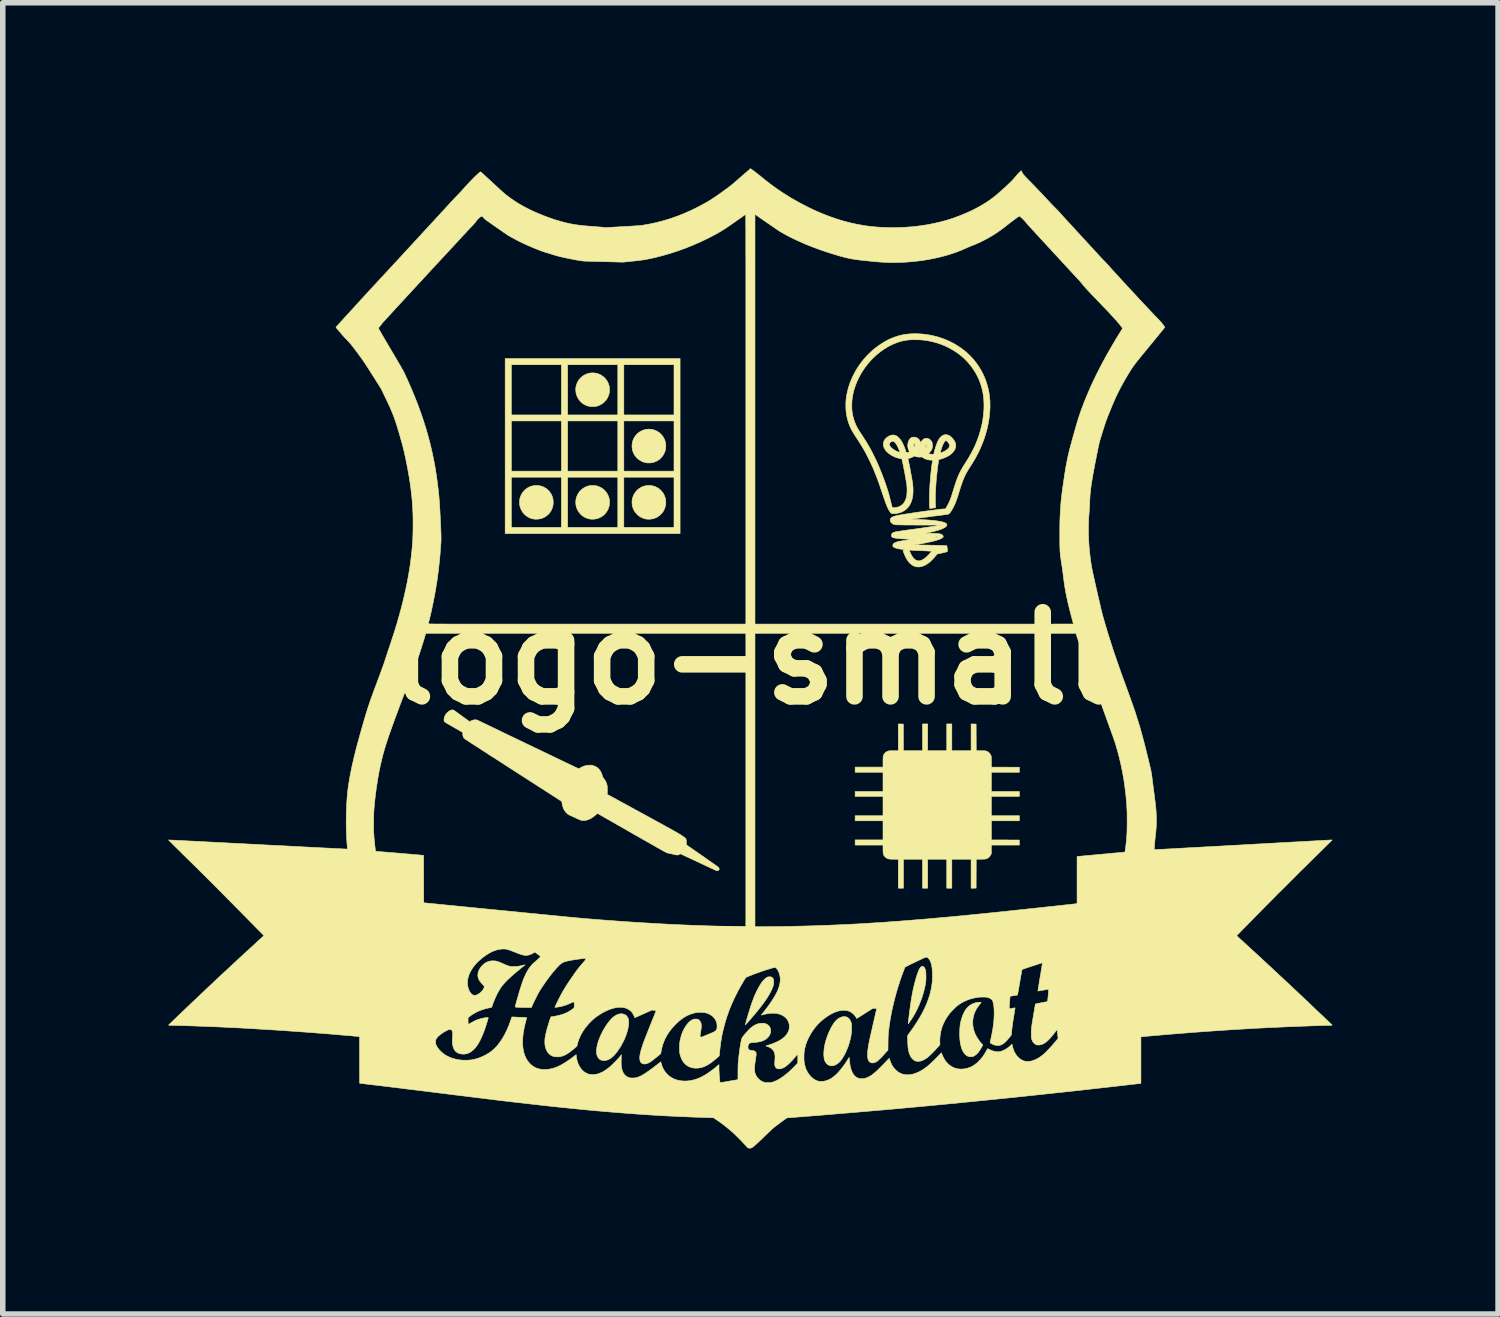
<source format=kicad_pcb>
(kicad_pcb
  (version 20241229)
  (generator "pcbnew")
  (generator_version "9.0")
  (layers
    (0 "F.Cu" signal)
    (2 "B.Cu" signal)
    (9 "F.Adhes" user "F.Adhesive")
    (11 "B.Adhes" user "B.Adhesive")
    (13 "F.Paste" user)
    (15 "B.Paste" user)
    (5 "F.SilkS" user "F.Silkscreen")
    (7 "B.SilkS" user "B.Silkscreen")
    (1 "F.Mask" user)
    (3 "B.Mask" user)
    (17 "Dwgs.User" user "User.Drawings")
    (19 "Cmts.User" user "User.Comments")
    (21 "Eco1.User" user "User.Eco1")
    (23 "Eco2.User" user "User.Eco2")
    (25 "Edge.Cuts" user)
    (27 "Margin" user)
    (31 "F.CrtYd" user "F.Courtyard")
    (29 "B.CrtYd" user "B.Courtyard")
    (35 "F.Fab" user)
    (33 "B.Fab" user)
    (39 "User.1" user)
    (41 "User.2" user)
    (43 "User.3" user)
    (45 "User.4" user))
  (footprint "logo-small"
    (layer "F.Cu")
    (at 10.545 8.878)
    (property "Reference" "logo-small" (at 0 0 0) (layer "F.SilkS") (effects (font (size 1.524 1.524) (thickness 0.3))))
    (attr through_hole)
    (fp_poly (pts (xy -1.799 -4.15) (xy -1.76 -4.143) (xy -1.722 -4.13) (xy -1.686 -4.112) (xy -1.651 -4.09) (xy -1.645 -4.085) (xy -1.615 -4.057) (xy -1.589 -4.026) (xy -1.568 -3.992) (xy -1.551 -3.956) (xy -1.54 -3.919) (xy -1.533 -3.881) (xy -1.531 -3.841) (xy -1.534 -3.802) (xy -1.542 -3.763) (xy -1.556 -3.725) (xy -1.575 -3.689) (xy -1.585 -3.672) (xy -1.611 -3.64) (xy -1.64 -3.612) (xy -1.672 -3.588) (xy -1.707 -3.569) (xy -1.745 -3.554) (xy -1.784 -3.544) (xy -1.824 -3.54) (xy -1.865 -3.541) (xy -1.872 -3.541) (xy -1.912 -3.549) (xy -1.951 -3.561) (xy -1.986 -3.579) (xy -2.019 -3.6) (xy -2.049 -3.625) (xy -2.076 -3.654) (xy -2.098 -3.686) (xy -2.117 -3.72) (xy -2.131 -3.757) (xy -2.14 -3.796) (xy -2.144 -3.836) (xy -2.143 -3.862) (xy -2.138 -3.904) (xy -2.128 -3.945) (xy -2.112 -3.983) (xy -2.091 -4.019) (xy -2.065 -4.051) (xy -2.054 -4.063) (xy -2.023 -4.09) (xy -1.989 -4.112) (xy -1.953 -4.13) (xy -1.915 -4.143) (xy -1.877 -4.15) (xy -1.838 -4.153) (xy -1.799 -4.15)) (stroke (width 0.01) (type solid)) (fill yes) (layer "F.SilkS"))
    (fp_poly (pts (xy -1.81 -3.131) (xy -1.81 -3.131) (xy -1.77 -3.125) (xy -1.731 -3.114) (xy -1.694 -3.097) (xy -1.659 -3.076) (xy -1.627 -3.049) (xy -1.621 -3.043) (xy -1.594 -3.012) (xy -1.571 -2.978) (xy -1.554 -2.942) (xy -1.541 -2.904) (xy -1.534 -2.865) (xy -1.531 -2.826) (xy -1.534 -2.786) (xy -1.542 -2.747) (xy -1.555 -2.708) (xy -1.573 -2.671) (xy -1.585 -2.652) (xy -1.602 -2.63) (xy -1.623 -2.608) (xy -1.647 -2.587) (xy -1.673 -2.568) (xy -1.698 -2.553) (xy -1.709 -2.548) (xy -1.749 -2.533) (xy -1.79 -2.524) (xy -1.831 -2.52) (xy -1.873 -2.522) (xy -1.889 -2.524) (xy -1.929 -2.534) (xy -1.967 -2.549) (xy -2.002 -2.568) (xy -2.035 -2.592) (xy -2.063 -2.62) (xy -2.089 -2.651) (xy -2.11 -2.686) (xy -2.126 -2.724) (xy -2.132 -2.741) (xy -2.141 -2.782) (xy -2.144 -2.822) (xy -2.142 -2.862) (xy -2.134 -2.902) (xy -2.122 -2.94) (xy -2.105 -2.976) (xy -2.083 -3.009) (xy -2.057 -3.04) (xy -2.027 -3.067) (xy -2.006 -3.082) (xy -1.97 -3.103) (xy -1.933 -3.118) (xy -1.894 -3.127) (xy -1.853 -3.132) (xy -1.81 -3.131)) (stroke (width 0.01) (type solid)) (fill yes) (layer "F.SilkS"))
    (fp_poly (pts (xy -2.842 -5.172) (xy -2.8 -5.167) (xy -2.76 -5.157) (xy -2.722 -5.141) (xy -2.688 -5.121) (xy -2.655 -5.096) (xy -2.626 -5.067) (xy -2.601 -5.034) (xy -2.581 -4.998) (xy -2.565 -4.959) (xy -2.561 -4.946) (xy -2.556 -4.923) (xy -2.553 -4.897) (xy -2.552 -4.869) (xy -2.552 -4.842) (xy -2.555 -4.817) (xy -2.556 -4.81) (xy -2.566 -4.77) (xy -2.582 -4.732) (xy -2.602 -4.697) (xy -2.626 -4.665) (xy -2.654 -4.637) (xy -2.686 -4.612) (xy -2.72 -4.592) (xy -2.758 -4.576) (xy -2.798 -4.565) (xy -2.8 -4.565) (xy -2.818 -4.563) (xy -2.84 -4.561) (xy -2.863 -4.561) (xy -2.886 -4.562) (xy -2.906 -4.563) (xy -2.914 -4.565) (xy -2.954 -4.575) (xy -2.991 -4.59) (xy -3.026 -4.61) (xy -3.058 -4.635) (xy -3.087 -4.663) (xy -3.111 -4.696) (xy -3.132 -4.731) (xy -3.148 -4.77) (xy -3.155 -4.794) (xy -3.159 -4.813) (xy -3.161 -4.835) (xy -3.163 -4.859) (xy -3.163 -4.882) (xy -3.162 -4.903) (xy -3.161 -4.91) (xy -3.152 -4.95) (xy -3.138 -4.988) (xy -3.12 -5.024) (xy -3.097 -5.057) (xy -3.069 -5.087) (xy -3.039 -5.113) (xy -3.005 -5.134) (xy -2.999 -5.137) (xy -2.964 -5.153) (xy -2.929 -5.164) (xy -2.894 -5.17) (xy -2.856 -5.172) (xy -2.842 -5.172)) (stroke (width 0.01) (type solid)) (fill yes) (layer "F.SilkS"))
    (fp_poly (pts (xy -3.818 -3.127) (xy -3.778 -3.117) (xy -3.74 -3.101) (xy -3.705 -3.081) (xy -3.673 -3.056) (xy -3.643 -3.025) (xy -3.637 -3.017) (xy -3.613 -2.984) (xy -3.595 -2.948) (xy -3.582 -2.91) (xy -3.574 -2.872) (xy -3.571 -2.833) (xy -3.573 -2.793) (xy -3.579 -2.755) (xy -3.591 -2.717) (xy -3.607 -2.681) (xy -3.628 -2.647) (xy -3.654 -2.615) (xy -3.66 -2.609) (xy -3.689 -2.584) (xy -3.722 -2.562) (xy -3.757 -2.544) (xy -3.794 -2.531) (xy -3.8 -2.53) (xy -3.82 -2.526) (xy -3.843 -2.523) (xy -3.867 -2.521) (xy -3.89 -2.521) (xy -3.911 -2.522) (xy -3.921 -2.523) (xy -3.962 -2.532) (xy -4.001 -2.546) (xy -4.037 -2.566) (xy -4.071 -2.591) (xy -4.089 -2.607) (xy -4.118 -2.639) (xy -4.141 -2.673) (xy -4.159 -2.71) (xy -4.173 -2.75) (xy -4.176 -2.762) (xy -4.178 -2.772) (xy -4.179 -2.783) (xy -4.18 -2.795) (xy -4.181 -2.81) (xy -4.181 -2.826) (xy -4.18 -2.852) (xy -4.179 -2.875) (xy -4.175 -2.895) (xy -4.17 -2.915) (xy -4.162 -2.936) (xy -4.158 -2.947) (xy -4.14 -2.983) (xy -4.117 -3.015) (xy -4.091 -3.045) (xy -4.061 -3.07) (xy -4.028 -3.092) (xy -3.993 -3.11) (xy -3.956 -3.122) (xy -3.918 -3.13) (xy -3.904 -3.131) (xy -3.86 -3.132) (xy -3.818 -3.127)) (stroke (width 0.01) (type solid)) (fill yes) (layer "F.SilkS"))
    (fp_poly (pts (xy -2.309 6.443) (xy -2.284 6.45) (xy -2.262 6.462) (xy -2.242 6.478) (xy -2.227 6.499) (xy -2.223 6.505) (xy -2.215 6.522) (xy -2.209 6.54) (xy -2.206 6.559) (xy -2.204 6.581) (xy -2.204 6.595) (xy -2.207 6.643) (xy -2.214 6.694) (xy -2.226 6.746) (xy -2.242 6.801) (xy -2.263 6.857) (xy -2.287 6.914) (xy -2.316 6.971) (xy -2.348 7.029) (xy -2.38 7.079) (xy -2.412 7.125) (xy -2.443 7.165) (xy -2.474 7.199) (xy -2.505 7.228) (xy -2.536 7.251) (xy -2.567 7.268) (xy -2.597 7.28) (xy -2.628 7.287) (xy -2.651 7.288) (xy -2.665 7.287) (xy -2.678 7.286) (xy -2.69 7.284) (xy -2.69 7.283) (xy -2.714 7.274) (xy -2.735 7.26) (xy -2.753 7.241) (xy -2.767 7.217) (xy -2.778 7.191) (xy -2.785 7.164) (xy -2.788 7.134) (xy -2.787 7.099) (xy -2.783 7.062) (xy -2.776 7.021) (xy -2.765 6.979) (xy -2.752 6.935) (xy -2.735 6.889) (xy -2.716 6.843) (xy -2.694 6.796) (xy -2.67 6.749) (xy -2.652 6.718) (xy -2.62 6.665) (xy -2.587 6.617) (xy -2.555 6.575) (xy -2.524 6.539) (xy -2.493 6.509) (xy -2.462 6.484) (xy -2.431 6.465) (xy -2.401 6.452) (xy -2.395 6.45) (xy -2.365 6.442) (xy -2.336 6.44) (xy -2.309 6.443)) (stroke (width 0.01) (type solid)) (fill yes) (layer "F.SilkS"))
    (fp_poly (pts (xy -1.273 -2.26) (xy -4.442 -2.26) (xy -4.442 -3.282) (xy -4.33 -3.282) (xy -4.33 -2.373) (xy -3.423 -2.373) (xy -3.423 -3.282) (xy -3.311 -3.282) (xy -3.311 -2.373) (xy -2.401 -2.373) (xy -2.401 -3.282) (xy -2.292 -3.282) (xy -2.292 -2.373) (xy -1.383 -2.373) (xy -1.383 -3.282) (xy -2.292 -3.282) (xy -2.401 -3.282) (xy -3.311 -3.282) (xy -3.423 -3.282) (xy -4.33 -3.282) (xy -4.442 -3.282) (xy -4.442 -4.301) (xy -4.33 -4.301) (xy -4.33 -3.391) (xy -3.423 -3.391) (xy -3.423 -4.301) (xy -3.311 -4.301) (xy -3.311 -3.391) (xy -2.401 -3.391) (xy -2.401 -4.301) (xy -2.292 -4.301) (xy -2.292 -3.391) (xy -1.383 -3.391) (xy -1.383 -4.301) (xy -2.292 -4.301) (xy -2.401 -4.301) (xy -3.311 -4.301) (xy -3.423 -4.301) (xy -4.33 -4.301) (xy -4.442 -4.301) (xy -4.442 -5.32) (xy -4.33 -5.32) (xy -4.33 -4.41) (xy -3.423 -4.41) (xy -3.423 -5.32) (xy -3.311 -5.32) (xy -3.311 -4.41) (xy -2.401 -4.41) (xy -2.401 -5.32) (xy -2.292 -5.32) (xy -2.292 -4.41) (xy -1.383 -4.41) (xy -1.383 -5.32) (xy -2.292 -5.32) (xy -2.401 -5.32) (xy -3.311 -5.32) (xy -3.423 -5.32) (xy -4.33 -5.32) (xy -4.442 -5.32) (xy -4.442 -5.432) (xy -1.273 -5.432) (xy -1.273 -2.26)) (stroke (width 0.01) (type solid)) (fill yes) (layer "F.SilkS"))
    (fp_poly (pts (xy -2.837 -3.132) (xy -2.802 -3.128) (xy -2.78 -3.123) (xy -2.76 -3.117) (xy -2.739 -3.108) (xy -2.716 -3.098) (xy -2.695 -3.087) (xy -2.677 -3.075) (xy -2.673 -3.072) (xy -2.641 -3.044) (xy -2.614 -3.013) (xy -2.591 -2.979) (xy -2.573 -2.942) (xy -2.56 -2.902) (xy -2.554 -2.874) (xy -2.552 -2.855) (xy -2.552 -2.833) (xy -2.552 -2.809) (xy -2.554 -2.785) (xy -2.557 -2.764) (xy -2.56 -2.752) (xy -2.573 -2.712) (xy -2.591 -2.675) (xy -2.614 -2.641) (xy -2.64 -2.61) (xy -2.671 -2.583) (xy -2.705 -2.561) (xy -2.741 -2.543) (xy -2.781 -2.53) (xy -2.781 -2.53) (xy -2.801 -2.526) (xy -2.824 -2.523) (xy -2.848 -2.521) (xy -2.871 -2.521) (xy -2.892 -2.522) (xy -2.902 -2.523) (xy -2.942 -2.532) (xy -2.981 -2.546) (xy -3.017 -2.565) (xy -3.05 -2.588) (xy -3.08 -2.616) (xy -3.105 -2.647) (xy -3.127 -2.681) (xy -3.128 -2.684) (xy -3.145 -2.721) (xy -3.156 -2.757) (xy -3.162 -2.794) (xy -3.163 -2.834) (xy -3.163 -2.84) (xy -3.16 -2.872) (xy -3.155 -2.901) (xy -3.146 -2.928) (xy -3.138 -2.949) (xy -3.119 -2.986) (xy -3.096 -3.019) (xy -3.068 -3.049) (xy -3.036 -3.075) (xy -3.001 -3.097) (xy -2.963 -3.114) (xy -2.94 -3.122) (xy -2.908 -3.128) (xy -2.873 -3.132) (xy -2.837 -3.132)) (stroke (width 0.01) (type solid)) (fill yes) (layer "F.SilkS"))
    (fp_poly (pts (xy 1.729 6.494) (xy 1.753 6.502) (xy 1.762 6.507) (xy 1.78 6.521) (xy 1.797 6.54) (xy 1.811 6.562) (xy 1.822 6.586) (xy 1.829 6.608) (xy 1.831 6.623) (xy 1.833 6.642) (xy 1.834 6.665) (xy 1.835 6.689) (xy 1.835 6.715) (xy 1.835 6.74) (xy 1.834 6.764) (xy 1.832 6.785) (xy 1.832 6.786) (xy 1.825 6.834) (xy 1.815 6.884) (xy 1.802 6.934) (xy 1.788 6.985) (xy 1.771 7.035) (xy 1.752 7.083) (xy 1.732 7.13) (xy 1.711 7.174) (xy 1.688 7.214) (xy 1.665 7.251) (xy 1.642 7.284) (xy 1.622 7.307) (xy 1.595 7.332) (xy 1.568 7.352) (xy 1.54 7.368) (xy 1.512 7.378) (xy 1.484 7.383) (xy 1.457 7.382) (xy 1.44 7.379) (xy 1.417 7.369) (xy 1.395 7.355) (xy 1.376 7.336) (xy 1.36 7.313) (xy 1.347 7.286) (xy 1.342 7.272) (xy 1.337 7.251) (xy 1.334 7.224) (xy 1.332 7.195) (xy 1.331 7.162) (xy 1.333 7.127) (xy 1.335 7.092) (xy 1.34 7.056) (xy 1.342 7.04) (xy 1.352 6.991) (xy 1.364 6.942) (xy 1.379 6.892) (xy 1.397 6.842) (xy 1.416 6.793) (xy 1.437 6.746) (xy 1.459 6.701) (xy 1.482 6.66) (xy 1.506 6.622) (xy 1.53 6.589) (xy 1.548 6.568) (xy 1.572 6.545) (xy 1.597 6.526) (xy 1.624 6.511) (xy 1.651 6.5) (xy 1.678 6.493) (xy 1.704 6.492) (xy 1.729 6.494)) (stroke (width 0.01) (type solid)) (fill yes) (layer "F.SilkS"))
    (fp_poly (pts (xy 3.125 5.581) (xy 3.137 5.586) (xy 3.149 5.597) (xy 3.159 5.612) (xy 3.168 5.631) (xy 3.175 5.655) (xy 3.177 5.663) (xy 3.179 5.675) (xy 3.18 5.692) (xy 3.181 5.712) (xy 3.182 5.735) (xy 3.182 5.76) (xy 3.182 5.784) (xy 3.182 5.808) (xy 3.181 5.831) (xy 3.18 5.85) (xy 3.178 5.864) (xy 3.168 5.93) (xy 3.152 5.999) (xy 3.133 6.07) (xy 3.111 6.142) (xy 3.084 6.215) (xy 3.055 6.286) (xy 3.023 6.356) (xy 2.989 6.424) (xy 2.969 6.46) (xy 2.959 6.476) (xy 2.948 6.494) (xy 2.937 6.512) (xy 2.925 6.531) (xy 2.913 6.549) (xy 2.901 6.566) (xy 2.89 6.582) (xy 2.881 6.596) (xy 2.872 6.608) (xy 2.866 6.616) (xy 2.862 6.62) (xy 2.86 6.621) (xy 2.86 6.62) (xy 2.861 6.616) (xy 2.862 6.607) (xy 2.863 6.593) (xy 2.865 6.576) (xy 2.867 6.556) (xy 2.869 6.534) (xy 2.872 6.512) (xy 2.875 6.489) (xy 2.877 6.466) (xy 2.88 6.444) (xy 2.882 6.425) (xy 2.893 6.344) (xy 2.903 6.269) (xy 2.914 6.199) (xy 2.925 6.132) (xy 2.936 6.07) (xy 2.948 6.01) (xy 2.961 5.953) (xy 2.974 5.899) (xy 2.988 5.847) (xy 3.002 5.796) (xy 3.016 5.75) (xy 3.03 5.71) (xy 3.043 5.676) (xy 3.055 5.647) (xy 3.067 5.623) (xy 3.079 5.605) (xy 3.088 5.594) (xy 3.1 5.584) (xy 3.113 5.58) (xy 3.125 5.581)) (stroke (width 0.01) (type solid)) (fill yes) (layer "F.SilkS"))
    (fp_poly (pts (xy 0.362 5.771) (xy 0.371 5.772) (xy 0.378 5.773) (xy 0.384 5.776) (xy 0.391 5.78) (xy 0.391 5.78) (xy 0.401 5.788) (xy 0.409 5.797) (xy 0.414 5.806) (xy 0.418 5.813) (xy 0.42 5.819) (xy 0.422 5.825) (xy 0.422 5.833) (xy 0.423 5.844) (xy 0.423 5.859) (xy 0.423 5.862) (xy 0.422 5.881) (xy 0.422 5.895) (xy 0.42 5.908) (xy 0.417 5.92) (xy 0.416 5.926) (xy 0.404 5.963) (xy 0.387 6.004) (xy 0.366 6.047) (xy 0.34 6.094) (xy 0.309 6.144) (xy 0.274 6.198) (xy 0.234 6.254) (xy 0.189 6.313) (xy 0.14 6.375) (xy 0.086 6.441) (xy 0.053 6.48) (xy 0.037 6.498) (xy 0.021 6.517) (xy 0.004 6.537) (xy -0.013 6.556) (xy -0.029 6.574) (xy -0.044 6.591) (xy -0.058 6.607) (xy -0.07 6.62) (xy -0.079 6.63) (xy -0.086 6.637) (xy -0.089 6.641) (xy -0.09 6.641) (xy -0.09 6.639) (xy -0.089 6.632) (xy -0.086 6.622) (xy -0.083 6.609) (xy -0.069 6.557) (xy -0.054 6.504) (xy -0.038 6.451) (xy -0.022 6.398) (xy -0.006 6.346) (xy 0.01 6.296) (xy 0.026 6.249) (xy 0.042 6.206) (xy 0.056 6.167) (xy 0.063 6.148) (xy 0.083 6.1) (xy 0.104 6.054) (xy 0.126 6.009) (xy 0.149 5.967) (xy 0.171 5.928) (xy 0.193 5.893) (xy 0.213 5.864) (xy 0.229 5.845) (xy 0.246 5.826) (xy 0.264 5.809) (xy 0.281 5.794) (xy 0.297 5.783) (xy 0.3 5.781) (xy 0.309 5.777) (xy 0.316 5.774) (xy 0.324 5.772) (xy 0.333 5.771) (xy 0.346 5.771) (xy 0.348 5.771) (xy 0.362 5.771)) (stroke (width 0.01) (type solid)) (fill yes) (layer "F.SilkS"))
    (fp_poly (pts (xy 4.177 6.232) (xy 4.18 6.233) (xy 4.181 6.235) (xy 4.181 6.239) (xy 4.177 6.244) (xy 4.171 6.252) (xy 4.161 6.264) (xy 4.16 6.265) (xy 4.13 6.303) (xy 4.103 6.343) (xy 4.08 6.384) (xy 4.062 6.426) (xy 4.053 6.45) (xy 4.04 6.498) (xy 4.032 6.548) (xy 4.03 6.599) (xy 4.032 6.651) (xy 4.04 6.702) (xy 4.054 6.753) (xy 4.056 6.76) (xy 4.069 6.796) (xy 4.087 6.833) (xy 4.108 6.87) (xy 4.131 6.906) (xy 4.155 6.939) (xy 4.169 6.956) (xy 4.179 6.967) (xy 4.189 6.979) (xy 4.197 6.988) (xy 4.201 6.993) (xy 4.212 7.005) (xy 4.195 7.038) (xy 4.171 7.08) (xy 4.146 7.118) (xy 4.122 7.149) (xy 4.097 7.174) (xy 4.071 7.194) (xy 4.05 7.207) (xy 4.039 7.212) (xy 4.031 7.215) (xy 4.022 7.217) (xy 4.012 7.218) (xy 3.998 7.218) (xy 3.981 7.218) (xy 3.968 7.217) (xy 3.958 7.215) (xy 3.951 7.213) (xy 3.926 7.202) (xy 3.903 7.186) (xy 3.882 7.164) (xy 3.863 7.138) (xy 3.846 7.107) (xy 3.831 7.072) (xy 3.826 7.059) (xy 3.816 7.021) (xy 3.807 6.982) (xy 3.801 6.941) (xy 3.796 6.896) (xy 3.794 6.847) (xy 3.793 6.794) (xy 3.794 6.768) (xy 3.795 6.726) (xy 3.797 6.689) (xy 3.801 6.654) (xy 3.805 6.622) (xy 3.812 6.59) (xy 3.82 6.557) (xy 3.826 6.534) (xy 3.844 6.481) (xy 3.863 6.434) (xy 3.885 6.392) (xy 3.91 6.355) (xy 3.938 6.323) (xy 3.968 6.295) (xy 4.001 6.273) (xy 4.037 6.255) (xy 4.076 6.242) (xy 4.077 6.242) (xy 4.091 6.239) (xy 4.106 6.236) (xy 4.123 6.234) (xy 4.14 6.232) (xy 4.155 6.232) (xy 4.168 6.232) (xy 4.177 6.232)) (stroke (width 0.01) (type solid)) (fill yes) (layer "F.SilkS"))
    (fp_poly (pts (xy 4.046 1.19) (xy 4.091 1.191) (xy 4.093 1.674) (xy 4.173 1.674) (xy 4.2 1.674) (xy 4.223 1.675) (xy 4.24 1.675) (xy 4.253 1.676) (xy 4.262 1.677) (xy 4.267 1.678) (xy 4.294 1.688) (xy 4.317 1.702) (xy 4.336 1.721) (xy 4.351 1.743) (xy 4.362 1.767) (xy 4.363 1.772) (xy 4.364 1.778) (xy 4.365 1.785) (xy 4.366 1.793) (xy 4.366 1.805) (xy 4.367 1.819) (xy 4.367 1.837) (xy 4.367 1.86) (xy 4.367 1.878) (xy 4.367 1.971) (xy 4.62 1.972) (xy 4.874 1.973) (xy 4.875 2.064) (xy 4.367 2.064) (xy 4.367 2.413) (xy 4.875 2.413) (xy 4.875 2.502) (xy 4.367 2.502) (xy 4.367 2.852) (xy 4.875 2.852) (xy 4.875 2.944) (xy 4.367 2.944) (xy 4.367 3.29) (xy 4.62 3.291) (xy 4.874 3.292) (xy 4.874 3.337) (xy 4.875 3.383) (xy 4.367 3.383) (xy 4.366 3.54) (xy 4.355 3.562) (xy 4.34 3.586) (xy 4.322 3.605) (xy 4.3 3.621) (xy 4.275 3.632) (xy 4.253 3.637) (xy 4.244 3.638) (xy 4.231 3.638) (xy 4.214 3.639) (xy 4.195 3.639) (xy 4.174 3.64) (xy 4.163 3.64) (xy 4.093 3.64) (xy 4.092 3.902) (xy 4.091 4.164) (xy 4 4.165) (xy 4 3.64) (xy 3.651 3.64) (xy 3.651 4.165) (xy 3.559 4.165) (xy 3.559 3.64) (xy 3.213 3.64) (xy 3.213 4.165) (xy 3.12 4.165) (xy 3.12 3.64) (xy 2.774 3.64) (xy 2.774 4.165) (xy 2.681 4.165) (xy 2.681 3.64) (xy 2.61 3.64) (xy 2.581 3.639) (xy 2.558 3.639) (xy 2.539 3.638) (xy 2.523 3.637) (xy 2.51 3.635) (xy 2.498 3.632) (xy 2.488 3.629) (xy 2.48 3.625) (xy 2.464 3.616) (xy 2.449 3.604) (xy 2.434 3.59) (xy 2.424 3.576) (xy 2.422 3.574) (xy 2.417 3.564) (xy 2.413 3.555) (xy 2.41 3.546) (xy 2.408 3.535) (xy 2.406 3.521) (xy 2.405 3.505) (xy 2.405 3.485) (xy 2.404 3.46) (xy 2.404 3.455) (xy 2.404 3.383) (xy 1.899 3.383) (xy 1.899 3.29) (xy 2.404 3.29) (xy 2.404 2.944) (xy 1.899 2.944) (xy 1.899 2.852) (xy 2.404 2.852) (xy 2.404 2.502) (xy 1.899 2.502) (xy 1.899 2.413) (xy 2.404 2.413) (xy 2.404 2.064) (xy 1.899 2.064) (xy 1.899 1.971) (xy 2.404 1.971) (xy 2.404 1.878) (xy 2.404 1.852) (xy 2.404 1.83) (xy 2.405 1.814) (xy 2.405 1.8) (xy 2.406 1.79) (xy 2.406 1.782) (xy 2.407 1.776) (xy 2.409 1.77) (xy 2.41 1.767) (xy 2.42 1.742) (xy 2.436 1.72) (xy 2.455 1.702) (xy 2.478 1.688) (xy 2.504 1.678) (xy 2.511 1.677) (xy 2.521 1.676) (xy 2.535 1.675) (xy 2.554 1.674) (xy 2.578 1.674) (xy 2.6 1.674) (xy 2.681 1.674) (xy 2.681 1.189) (xy 2.727 1.19) (xy 2.772 1.191) (xy 2.774 1.674) (xy 3.12 1.674) (xy 3.12 1.189) (xy 3.213 1.189) (xy 3.213 1.674) (xy 3.559 1.674) (xy 3.559 1.189) (xy 3.651 1.189) (xy 3.651 1.674) (xy 4 1.674) (xy 4 1.189) (xy 4.046 1.19)) (stroke (width 0.01) (type solid)) (fill yes) (layer "F.SilkS"))
    (fp_poly (pts (xy -5.384 0.936) (xy -5.371 0.942) (xy -5.366 0.945) (xy -5.357 0.951) (xy -5.345 0.96) (xy -5.329 0.971) (xy -5.311 0.984) (xy -5.29 1) (xy -5.267 1.016) (xy -5.242 1.034) (xy -5.222 1.049) (xy -5.085 1.148) (xy -5.069 1.138) (xy -5.058 1.132) (xy -5.044 1.126) (xy -5.03 1.121) (xy -5.029 1.121) (xy -5.016 1.117) (xy -5.005 1.115) (xy -4.993 1.114) (xy -4.979 1.115) (xy -4.978 1.115) (xy -4.967 1.115) (xy -4.958 1.116) (xy -4.95 1.118) (xy -4.941 1.122) (xy -4.931 1.127) (xy -4.919 1.132) (xy -4.913 1.136) (xy -4.901 1.141) (xy -4.885 1.149) (xy -4.865 1.159) (xy -4.841 1.17) (xy -4.813 1.184) (xy -4.781 1.199) (xy -4.745 1.216) (xy -4.707 1.235) (xy -4.665 1.255) (xy -4.621 1.276) (xy -4.574 1.299) (xy -4.525 1.322) (xy -4.474 1.347) (xy -4.421 1.373) (xy -4.366 1.399) (xy -4.31 1.426) (xy -4.253 1.453) (xy -4.195 1.481) (xy -4.136 1.509) (xy -4.077 1.538) (xy -4.018 1.566) (xy -3.958 1.595) (xy -3.899 1.623) (xy -3.84 1.651) (xy -3.782 1.679) (xy -3.725 1.707) (xy -3.669 1.733) (xy -3.614 1.76) (xy -3.561 1.785) (xy -3.51 1.81) (xy -3.461 1.833) (xy -3.414 1.856) (xy -3.369 1.877) (xy -3.328 1.897) (xy -3.289 1.916) (xy -3.253 1.933) (xy -3.221 1.948) (xy -3.193 1.962) (xy -3.168 1.973) (xy -3.147 1.983) (xy -3.131 1.991) (xy -3.12 1.996) (xy -3.113 1.999) (xy -3.111 2) (xy -3.107 1.999) (xy -3.1 1.995) (xy -3.094 1.992) (xy -3.082 1.985) (xy -3.066 1.977) (xy -3.049 1.968) (xy -3.031 1.96) (xy -3.015 1.954) (xy -3.008 1.951) (xy -2.978 1.943) (xy -2.947 1.938) (xy -2.916 1.936) (xy -2.886 1.936) (xy -2.86 1.94) (xy -2.856 1.941) (xy -2.827 1.951) (xy -2.798 1.964) (xy -2.772 1.981) (xy -2.749 2.001) (xy -2.739 2.012) (xy -2.724 2.032) (xy -2.71 2.054) (xy -2.699 2.077) (xy -2.689 2.103) (xy -2.682 2.126) (xy -2.678 2.139) (xy -2.674 2.149) (xy -2.67 2.157) (xy -2.664 2.167) (xy -2.655 2.178) (xy -2.651 2.184) (xy -2.631 2.212) (xy -2.616 2.24) (xy -2.604 2.27) (xy -2.599 2.287) (xy -2.596 2.298) (xy -2.594 2.308) (xy -2.593 2.317) (xy -2.592 2.328) (xy -2.591 2.341) (xy -2.591 2.358) (xy -2.591 2.373) (xy -2.591 2.391) (xy -2.591 2.409) (xy -2.591 2.426) (xy -2.592 2.438) (xy -2.593 2.446) (xy -2.595 2.464) (xy -1.953 2.814) (xy -1.885 2.851) (xy -1.822 2.886) (xy -1.763 2.918) (xy -1.709 2.948) (xy -1.659 2.975) (xy -1.613 3) (xy -1.571 3.023) (xy -1.533 3.045) (xy -1.498 3.064) (xy -1.466 3.081) (xy -1.438 3.097) (xy -1.412 3.111) (xy -1.389 3.124) (xy -1.368 3.136) (xy -1.35 3.146) (xy -1.334 3.155) (xy -1.319 3.164) (xy -1.307 3.171) (xy -1.295 3.178) (xy -1.285 3.184) (xy -1.276 3.189) (xy -1.268 3.195) (xy -1.26 3.199) (xy -1.253 3.204) (xy -1.25 3.206) (xy -1.233 3.218) (xy -1.217 3.229) (xy -1.203 3.239) (xy -1.191 3.247) (xy -1.183 3.252) (xy -1.18 3.255) (xy -1.171 3.266) (xy -1.164 3.28) (xy -1.161 3.297) (xy -1.159 3.319) (xy -1.159 3.324) (xy -1.159 3.338) (xy -1.159 3.351) (xy -1.16 3.361) (xy -1.16 3.366) (xy -1.162 3.377) (xy -0.876 3.576) (xy -0.839 3.601) (xy -0.804 3.626) (xy -0.77 3.65) (xy -0.738 3.672) (xy -0.708 3.694) (xy -0.68 3.713) (xy -0.655 3.731) (xy -0.633 3.746) (xy -0.615 3.759) (xy -0.6 3.77) (xy -0.589 3.778) (xy -0.582 3.783) (xy -0.58 3.785) (xy -0.57 3.797) (xy -0.565 3.81) (xy -0.564 3.822) (xy -0.566 3.828) (xy -0.573 3.838) (xy -0.584 3.844) (xy -0.597 3.847) (xy -0.612 3.846) (xy -0.625 3.842) (xy -0.629 3.84) (xy -0.638 3.836) (xy -0.651 3.83) (xy -0.669 3.821) (xy -0.691 3.811) (xy -0.716 3.8) (xy -0.744 3.786) (xy -0.776 3.772) (xy -0.809 3.756) (xy -0.846 3.739) (xy -0.883 3.721) (xy -0.923 3.703) (xy -0.951 3.689) (xy -1.266 3.542) (xy -1.286 3.552) (xy -1.296 3.557) (xy -1.305 3.561) (xy -1.314 3.563) (xy -1.325 3.563) (xy -1.337 3.563) (xy -1.352 3.56) (xy -1.37 3.557) (xy -1.393 3.551) (xy -1.414 3.546) (xy -1.434 3.541) (xy -1.454 3.537) (xy -1.471 3.533) (xy -1.485 3.53) (xy -1.496 3.528) (xy -1.499 3.527) (xy -1.502 3.527) (xy -1.504 3.526) (xy -1.507 3.525) (xy -1.511 3.523) (xy -1.516 3.521) (xy -1.522 3.518) (xy -1.53 3.514) (xy -1.539 3.51) (xy -1.55 3.504) (xy -1.563 3.497) (xy -1.578 3.489) (xy -1.595 3.479) (xy -1.615 3.468) (xy -1.637 3.455) (xy -1.662 3.441) (xy -1.691 3.425) (xy -1.722 3.407) (xy -1.757 3.387) (xy -1.796 3.365) (xy -1.839 3.341) (xy -1.885 3.315) (xy -1.936 3.286) (xy -1.991 3.254) (xy -2.05 3.22) (xy -2.115 3.184) (xy -2.144 3.167) (xy -2.772 2.808) (xy -2.792 2.828) (xy -2.817 2.85) (xy -2.845 2.872) (xy -2.874 2.891) (xy -2.904 2.908) (xy -2.933 2.921) (xy -2.959 2.93) (xy -2.978 2.934) (xy -3 2.937) (xy -3.023 2.938) (xy -3.044 2.937) (xy -3.063 2.935) (xy -3.066 2.934) (xy -3.075 2.931) (xy -3.089 2.926) (xy -3.107 2.918) (xy -3.129 2.909) (xy -3.154 2.897) (xy -3.171 2.889) (xy -3.191 2.879) (xy -3.21 2.871) (xy -3.227 2.863) (xy -3.24 2.856) (xy -3.25 2.852) (xy -3.256 2.849) (xy -3.257 2.849) (xy -3.262 2.847) (xy -3.27 2.844) (xy -3.28 2.838) (xy -3.291 2.832) (xy -3.302 2.826) (xy -3.31 2.82) (xy -3.314 2.818) (xy -3.339 2.793) (xy -3.362 2.764) (xy -3.381 2.732) (xy -3.395 2.695) (xy -3.406 2.655) (xy -3.412 2.621) (xy -3.416 2.593) (xy -3.647 2.444) (xy -3.67 2.429) (xy -3.698 2.411) (xy -3.73 2.39) (xy -3.766 2.367) (xy -3.806 2.342) (xy -3.849 2.314) (xy -3.895 2.284) (xy -3.944 2.253) (xy -3.995 2.22) (xy -4.048 2.186) (xy -4.103 2.15) (xy -4.16 2.114) (xy -4.217 2.077) (xy -4.276 2.039) (xy -4.335 2.001) (xy -4.395 1.963) (xy -4.454 1.924) (xy -4.513 1.886) (xy -4.524 1.879) (xy -4.58 1.843) (xy -4.635 1.808) (xy -4.688 1.774) (xy -4.74 1.741) (xy -4.789 1.708) (xy -4.837 1.678) (xy -4.882 1.648) (xy -4.925 1.62) (xy -4.966 1.594) (xy -5.003 1.57) (xy -5.038 1.548) (xy -5.069 1.527) (xy -5.097 1.509) (xy -5.121 1.493) (xy -5.141 1.48) (xy -5.158 1.469) (xy -5.17 1.461) (xy -5.177 1.456) (xy -5.18 1.454) (xy -5.194 1.437) (xy -5.203 1.416) (xy -5.209 1.392) (xy -5.21 1.366) (xy -5.21 1.343) (xy -5.369 1.251) (xy -5.397 1.235) (xy -5.424 1.22) (xy -5.449 1.205) (xy -5.472 1.192) (xy -5.492 1.18) (xy -5.509 1.17) (xy -5.522 1.162) (xy -5.531 1.156) (xy -5.536 1.153) (xy -5.537 1.152) (xy -5.544 1.144) (xy -5.548 1.133) (xy -5.55 1.119) (xy -5.55 1.102) (xy -5.545 1.075) (xy -5.536 1.048) (xy -5.521 1.021) (xy -5.502 0.996) (xy -5.483 0.977) (xy -5.462 0.959) (xy -5.441 0.946) (xy -5.421 0.938) (xy -5.402 0.934) (xy -5.384 0.936)) (stroke (width 0.01) (type solid)) (fill yes) (layer "F.SilkS"))
    (fp_poly (pts (xy 3.038 -5.881) (xy 3.126 -5.875) (xy 3.213 -5.864) (xy 3.299 -5.848) (xy 3.384 -5.827) (xy 3.467 -5.801) (xy 3.548 -5.77) (xy 3.627 -5.734) (xy 3.703 -5.694) (xy 3.776 -5.649) (xy 3.846 -5.6) (xy 3.912 -5.547) (xy 3.92 -5.54) (xy 3.982 -5.482) (xy 4.039 -5.42) (xy 4.091 -5.355) (xy 4.139 -5.287) (xy 4.182 -5.216) (xy 4.22 -5.143) (xy 4.253 -5.067) (xy 4.281 -4.989) (xy 4.304 -4.908) (xy 4.322 -4.826) (xy 4.335 -4.742) (xy 4.342 -4.656) (xy 4.343 -4.569) (xy 4.343 -4.542) (xy 4.337 -4.444) (xy 4.326 -4.346) (xy 4.309 -4.247) (xy 4.287 -4.148) (xy 4.259 -4.049) (xy 4.227 -3.951) (xy 4.189 -3.855) (xy 4.147 -3.761) (xy 4.131 -3.729) (xy 4.118 -3.703) (xy 4.105 -3.678) (xy 4.093 -3.655) (xy 4.08 -3.631) (xy 4.067 -3.608) (xy 4.052 -3.584) (xy 4.036 -3.557) (xy 4.018 -3.528) (xy 3.998 -3.496) (xy 3.975 -3.46) (xy 3.972 -3.456) (xy 3.95 -3.42) (xy 3.93 -3.386) (xy 3.911 -3.353) (xy 3.894 -3.319) (xy 3.877 -3.284) (xy 3.862 -3.248) (xy 3.847 -3.21) (xy 3.832 -3.169) (xy 3.817 -3.124) (xy 3.801 -3.075) (xy 3.788 -3.033) (xy 3.773 -2.984) (xy 3.759 -2.939) (xy 3.746 -2.899) (xy 3.733 -2.863) (xy 3.721 -2.831) (xy 3.709 -2.8) (xy 3.696 -2.772) (xy 3.683 -2.746) (xy 3.67 -2.721) (xy 3.655 -2.696) (xy 3.64 -2.67) (xy 3.633 -2.66) (xy 3.621 -2.643) (xy 3.611 -2.63) (xy 3.601 -2.62) (xy 3.591 -2.614) (xy 3.58 -2.61) (xy 3.576 -2.609) (xy 3.57 -2.608) (xy 3.559 -2.607) (xy 3.544 -2.605) (xy 3.524 -2.602) (xy 3.501 -2.599) (xy 3.476 -2.596) (xy 3.448 -2.592) (xy 3.418 -2.588) (xy 3.4 -2.586) (xy 3.355 -2.58) (xy 3.309 -2.575) (xy 3.263 -2.569) (xy 3.217 -2.562) (xy 3.172 -2.557) (xy 3.128 -2.551) (xy 3.087 -2.545) (xy 3.049 -2.54) (xy 3.015 -2.535) (xy 2.985 -2.531) (xy 2.96 -2.528) (xy 2.959 -2.527) (xy 2.914 -2.521) (xy 2.982 -2.519) (xy 3.053 -2.516) (xy 3.12 -2.513) (xy 3.182 -2.509) (xy 3.241 -2.505) (xy 3.295 -2.5) (xy 3.345 -2.495) (xy 3.389 -2.489) (xy 3.429 -2.482) (xy 3.464 -2.476) (xy 3.493 -2.468) (xy 3.517 -2.46) (xy 3.528 -2.456) (xy 3.543 -2.447) (xy 3.554 -2.438) (xy 3.56 -2.429) (xy 3.562 -2.419) (xy 3.559 -2.406) (xy 3.551 -2.393) (xy 3.537 -2.38) (xy 3.517 -2.367) (xy 3.492 -2.354) (xy 3.462 -2.341) (xy 3.425 -2.328) (xy 3.383 -2.315) (xy 3.335 -2.302) (xy 3.282 -2.289) (xy 3.233 -2.279) (xy 3.174 -2.266) (xy 3.26 -2.266) (xy 3.301 -2.266) (xy 3.337 -2.265) (xy 3.367 -2.263) (xy 3.394 -2.261) (xy 3.416 -2.258) (xy 3.435 -2.255) (xy 3.45 -2.251) (xy 3.463 -2.246) (xy 3.468 -2.243) (xy 3.481 -2.234) (xy 3.49 -2.223) (xy 3.495 -2.212) (xy 3.495 -2.207) (xy 3.493 -2.198) (xy 3.485 -2.189) (xy 3.473 -2.179) (xy 3.457 -2.169) (xy 3.451 -2.167) (xy 3.431 -2.158) (xy 3.405 -2.149) (xy 3.374 -2.139) (xy 3.339 -2.129) (xy 3.299 -2.119) (xy 3.255 -2.109) (xy 3.208 -2.099) (xy 3.157 -2.088) (xy 3.103 -2.078) (xy 3.047 -2.068) (xy 3.032 -2.065) (xy 3.014 -2.062) (xy 2.998 -2.059) (xy 2.984 -2.057) (xy 2.975 -2.055) (xy 2.969 -2.054) (xy 2.969 -2.054) (xy 2.971 -2.054) (xy 2.978 -2.054) (xy 2.99 -2.053) (xy 3.007 -2.053) (xy 3.027 -2.053) (xy 3.05 -2.053) (xy 3.075 -2.053) (xy 3.103 -2.053) (xy 3.106 -2.053) (xy 3.127 -2.053) (xy 3.151 -2.053) (xy 3.178 -2.052) (xy 3.207 -2.052) (xy 3.238 -2.051) (xy 3.27 -2.05) (xy 3.303 -2.049) (xy 3.336 -2.049) (xy 3.369 -2.048) (xy 3.4 -2.047) (xy 3.431 -2.046) (xy 3.459 -2.045) (xy 3.485 -2.044) (xy 3.508 -2.043) (xy 3.527 -2.042) (xy 3.543 -2.041) (xy 3.554 -2.04) (xy 3.56 -2.04) (xy 3.561 -2.039) (xy 3.562 -2.036) (xy 3.563 -2.028) (xy 3.564 -2.017) (xy 3.566 -2.002) (xy 3.568 -1.987) (xy 3.57 -1.967) (xy 3.571 -1.953) (xy 3.572 -1.943) (xy 3.571 -1.936) (xy 3.57 -1.934) (xy 3.57 -1.934) (xy 3.565 -1.932) (xy 3.556 -1.929) (xy 3.542 -1.925) (xy 3.526 -1.921) (xy 3.508 -1.916) (xy 3.488 -1.912) (xy 3.468 -1.907) (xy 3.448 -1.903) (xy 3.435 -1.9) (xy 3.384 -1.889) (xy 3.354 -1.852) (xy 3.318 -1.81) (xy 3.282 -1.773) (xy 3.245 -1.74) (xy 3.209 -1.713) (xy 3.172 -1.691) (xy 3.136 -1.674) (xy 3.1 -1.663) (xy 3.065 -1.656) (xy 3.031 -1.656) (xy 3.021 -1.657) (xy 2.988 -1.663) (xy 2.957 -1.675) (xy 2.927 -1.693) (xy 2.899 -1.716) (xy 2.872 -1.744) (xy 2.847 -1.778) (xy 2.823 -1.817) (xy 2.801 -1.862) (xy 2.78 -1.913) (xy 2.777 -1.922) (xy 2.772 -1.934) (xy 2.769 -1.945) (xy 2.767 -1.952) (xy 2.767 -1.954) (xy 2.77 -1.956) (xy 2.777 -1.959) (xy 2.785 -1.961) (xy 2.878 -1.961) (xy 2.879 -1.958) (xy 2.881 -1.951) (xy 2.885 -1.94) (xy 2.891 -1.928) (xy 2.897 -1.913) (xy 2.904 -1.899) (xy 2.911 -1.885) (xy 2.913 -1.881) (xy 2.932 -1.848) (xy 2.952 -1.82) (xy 2.974 -1.798) (xy 2.996 -1.782) (xy 3.013 -1.773) (xy 3.032 -1.768) (xy 3.054 -1.766) (xy 3.075 -1.768) (xy 3.089 -1.772) (xy 3.119 -1.785) (xy 3.149 -1.803) (xy 3.18 -1.827) (xy 3.212 -1.857) (xy 3.218 -1.864) (xy 3.23 -1.876) (xy 3.242 -1.889) (xy 3.254 -1.902) (xy 3.265 -1.915) (xy 3.273 -1.925) (xy 3.28 -1.934) (xy 3.284 -1.939) (xy 3.284 -1.941) (xy 3.281 -1.941) (xy 3.273 -1.942) (xy 3.26 -1.943) (xy 3.243 -1.943) (xy 3.223 -1.944) (xy 3.199 -1.946) (xy 3.173 -1.947) (xy 3.145 -1.948) (xy 3.14 -1.948) (xy 3.11 -1.95) (xy 3.079 -1.951) (xy 3.048 -1.952) (xy 3.019 -1.954) (xy 2.993 -1.955) (xy 2.969 -1.956) (xy 2.95 -1.957) (xy 2.938 -1.958) (xy 2.92 -1.959) (xy 2.905 -1.96) (xy 2.892 -1.961) (xy 2.883 -1.961) (xy 2.879 -1.961) (xy 2.878 -1.961) (xy 2.785 -1.961) (xy 2.785 -1.961) (xy 2.794 -1.964) (xy 2.8 -1.966) (xy 2.802 -1.967) (xy 2.799 -1.968) (xy 2.791 -1.969) (xy 2.78 -1.971) (xy 2.766 -1.972) (xy 2.762 -1.973) (xy 2.72 -1.979) (xy 2.683 -1.985) (xy 2.652 -1.993) (xy 2.626 -2.001) (xy 2.606 -2.009) (xy 2.592 -2.019) (xy 2.589 -2.022) (xy 2.583 -2.032) (xy 2.581 -2.045) (xy 2.582 -2.051) (xy 2.69 -2.051) (xy 2.692 -2.049) (xy 2.693 -2.051) (xy 2.692 -2.052) (xy 2.69 -2.051) (xy 2.582 -2.051) (xy 2.584 -2.058) (xy 2.59 -2.07) (xy 2.59 -2.071) (xy 2.602 -2.083) (xy 2.619 -2.094) (xy 2.641 -2.104) (xy 2.667 -2.113) (xy 2.679 -2.116) (xy 2.688 -2.118) (xy 2.703 -2.121) (xy 2.722 -2.124) (xy 2.744 -2.128) (xy 2.769 -2.132) (xy 2.797 -2.136) (xy 2.825 -2.14) (xy 2.854 -2.144) (xy 2.883 -2.147) (xy 2.911 -2.151) (xy 2.917 -2.151) (xy 2.974 -2.158) (xy 2.922 -2.159) (xy 2.887 -2.159) (xy 2.849 -2.16) (xy 2.81 -2.162) (xy 2.771 -2.164) (xy 2.734 -2.167) (xy 2.703 -2.169) (xy 2.67 -2.173) (xy 2.642 -2.176) (xy 2.618 -2.179) (xy 2.6 -2.183) (xy 2.59 -2.186) (xy 3.322 -2.186) (xy 3.324 -2.185) (xy 3.33 -2.185) (xy 3.339 -2.186) (xy 3.35 -2.187) (xy 3.361 -2.188) (xy 3.37 -2.19) (xy 3.378 -2.191) (xy 3.385 -2.194) (xy 3.387 -2.198) (xy 3.384 -2.201) (xy 3.376 -2.202) (xy 3.369 -2.201) (xy 3.36 -2.199) (xy 3.349 -2.196) (xy 3.338 -2.193) (xy 3.329 -2.189) (xy 3.323 -2.187) (xy 3.322 -2.186) (xy 2.59 -2.186) (xy 2.585 -2.188) (xy 2.574 -2.193) (xy 2.566 -2.199) (xy 2.561 -2.206) (xy 2.559 -2.215) (xy 2.558 -2.225) (xy 2.558 -2.233) (xy 2.561 -2.249) (xy 2.566 -2.26) (xy 2.574 -2.269) (xy 2.582 -2.274) (xy 2.588 -2.277) (xy 2.594 -2.28) (xy 2.601 -2.283) (xy 2.609 -2.285) (xy 2.618 -2.288) (xy 2.63 -2.291) (xy 2.643 -2.294) (xy 2.659 -2.297) (xy 2.678 -2.3) (xy 2.701 -2.303) (xy 2.727 -2.307) (xy 2.758 -2.312) (xy 2.793 -2.317) (xy 2.834 -2.323) (xy 2.872 -2.328) (xy 2.928 -2.336) (xy 2.984 -2.343) (xy 3.037 -2.351) (xy 3.089 -2.358) (xy 3.138 -2.365) (xy 3.184 -2.372) (xy 3.227 -2.378) (xy 3.266 -2.384) (xy 3.302 -2.389) (xy 3.333 -2.393) (xy 3.36 -2.397) (xy 3.382 -2.401) (xy 3.398 -2.403) (xy 3.399 -2.403) (xy 3.448 -2.412) (xy 3.412 -2.413) (xy 3.404 -2.414) (xy 3.391 -2.414) (xy 3.373 -2.414) (xy 3.35 -2.414) (xy 3.324 -2.415) (xy 3.294 -2.415) (xy 3.26 -2.415) (xy 3.224 -2.415) (xy 3.185 -2.415) (xy 3.144 -2.415) (xy 3.102 -2.415) (xy 3.058 -2.415) (xy 3.049 -2.415) (xy 2.989 -2.415) (xy 2.934 -2.416) (xy 2.884 -2.416) (xy 2.84 -2.416) (xy 2.799 -2.416) (xy 2.764 -2.417) (xy 2.733 -2.417) (xy 2.705 -2.418) (xy 2.682 -2.418) (xy 2.661 -2.419) (xy 2.644 -2.42) (xy 2.63 -2.421) (xy 2.619 -2.422) (xy 2.609 -2.423) (xy 2.608 -2.424) (xy 2.597 -2.427) (xy 2.584 -2.434) (xy 2.571 -2.443) (xy 2.558 -2.454) (xy 2.548 -2.464) (xy 2.545 -2.469) (xy 2.537 -2.485) (xy 2.534 -2.502) (xy 2.535 -2.518) (xy 2.54 -2.531) (xy 2.548 -2.542) (xy 2.559 -2.552) (xy 2.574 -2.56) (xy 2.592 -2.569) (xy 2.615 -2.576) (xy 2.643 -2.584) (xy 2.676 -2.591) (xy 2.697 -2.595) (xy 2.722 -2.599) (xy 2.751 -2.604) (xy 2.784 -2.61) (xy 2.82 -2.615) (xy 2.859 -2.621) (xy 2.9 -2.627) (xy 2.942 -2.634) (xy 2.986 -2.64) (xy 3.031 -2.647) (xy 3.076 -2.653) (xy 3.122 -2.659) (xy 3.167 -2.666) (xy 3.211 -2.672) (xy 3.254 -2.677) (xy 3.295 -2.683) (xy 3.334 -2.688) (xy 3.371 -2.692) (xy 3.404 -2.696) (xy 3.434 -2.7) (xy 3.461 -2.703) (xy 3.483 -2.705) (xy 3.5 -2.707) (xy 3.512 -2.707) (xy 3.515 -2.707) (xy 3.535 -2.707) (xy 3.554 -2.739) (xy 3.566 -2.759) (xy 3.577 -2.779) (xy 3.587 -2.798) (xy 3.597 -2.818) (xy 3.606 -2.838) (xy 3.616 -2.861) (xy 3.625 -2.884) (xy 3.635 -2.911) (xy 3.645 -2.94) (xy 3.656 -2.973) (xy 3.667 -3.01) (xy 3.68 -3.051) (xy 3.694 -3.098) (xy 3.713 -3.156) (xy 3.731 -3.21) (xy 3.749 -3.26) (xy 3.768 -3.307) (xy 3.788 -3.351) (xy 3.81 -3.394) (xy 3.834 -3.437) (xy 3.859 -3.48) (xy 3.884 -3.519) (xy 3.927 -3.587) (xy 3.966 -3.651) (xy 4.001 -3.714) (xy 4.033 -3.775) (xy 4.063 -3.835) (xy 4.089 -3.895) (xy 4.113 -3.956) (xy 4.136 -4.018) (xy 4.146 -4.048) (xy 4.173 -4.141) (xy 4.196 -4.234) (xy 4.213 -4.326) (xy 4.225 -4.418) (xy 4.232 -4.508) (xy 4.233 -4.547) (xy 4.233 -4.624) (xy 4.229 -4.696) (xy 4.222 -4.766) (xy 4.21 -4.834) (xy 4.194 -4.9) (xy 4.175 -4.966) (xy 4.17 -4.978) (xy 4.142 -5.053) (xy 4.108 -5.124) (xy 4.07 -5.192) (xy 4.027 -5.258) (xy 3.98 -5.32) (xy 3.928 -5.379) (xy 3.873 -5.435) (xy 3.813 -5.487) (xy 3.75 -5.535) (xy 3.683 -5.579) (xy 3.613 -5.619) (xy 3.54 -5.655) (xy 3.464 -5.687) (xy 3.385 -5.714) (xy 3.303 -5.736) (xy 3.228 -5.752) (xy 3.188 -5.759) (xy 3.149 -5.764) (xy 3.11 -5.768) (xy 3.07 -5.771) (xy 3.027 -5.772) (xy 2.982 -5.773) (xy 2.949 -5.773) (xy 2.922 -5.772) (xy 2.897 -5.771) (xy 2.875 -5.77) (xy 2.853 -5.767) (xy 2.832 -5.764) (xy 2.81 -5.761) (xy 2.742 -5.747) (xy 2.675 -5.727) (xy 2.609 -5.702) (xy 2.543 -5.672) (xy 2.478 -5.637) (xy 2.415 -5.597) (xy 2.353 -5.553) (xy 2.293 -5.504) (xy 2.236 -5.452) (xy 2.181 -5.396) (xy 2.129 -5.336) (xy 2.08 -5.273) (xy 2.035 -5.207) (xy 2.003 -5.155) (xy 1.965 -5.084) (xy 1.931 -5.012) (xy 1.903 -4.94) (xy 1.879 -4.867) (xy 1.861 -4.794) (xy 1.848 -4.722) (xy 1.84 -4.65) (xy 1.838 -4.578) (xy 1.84 -4.508) (xy 1.848 -4.439) (xy 1.858 -4.39) (xy 1.87 -4.343) (xy 1.886 -4.294) (xy 1.905 -4.246) (xy 1.926 -4.2) (xy 1.94 -4.172) (xy 1.946 -4.162) (xy 1.955 -4.148) (xy 1.966 -4.13) (xy 1.978 -4.111) (xy 1.992 -4.09) (xy 2.005 -4.069) (xy 2.012 -4.06) (xy 2.044 -4.01) (xy 2.074 -3.964) (xy 2.102 -3.92) (xy 2.127 -3.878) (xy 2.152 -3.835) (xy 2.176 -3.792) (xy 2.201 -3.746) (xy 2.207 -3.734) (xy 2.252 -3.644) (xy 2.297 -3.549) (xy 2.34 -3.449) (xy 2.383 -3.343) (xy 2.425 -3.231) (xy 2.449 -3.163) (xy 2.462 -3.124) (xy 2.474 -3.089) (xy 2.484 -3.057) (xy 2.494 -3.026) (xy 2.503 -2.995) (xy 2.512 -2.964) (xy 2.521 -2.93) (xy 2.53 -2.892) (xy 2.536 -2.87) (xy 2.542 -2.844) (xy 2.549 -2.819) (xy 2.554 -2.796) (xy 2.56 -2.777) (xy 2.564 -2.76) (xy 2.568 -2.748) (xy 2.57 -2.74) (xy 2.571 -2.737) (xy 2.576 -2.727) (xy 2.603 -2.729) (xy 2.64 -2.733) (xy 2.673 -2.741) (xy 2.702 -2.751) (xy 2.728 -2.766) (xy 2.752 -2.784) (xy 2.764 -2.795) (xy 2.785 -2.82) (xy 2.802 -2.848) (xy 2.816 -2.881) (xy 2.828 -2.917) (xy 2.833 -2.943) (xy 2.835 -2.96) (xy 2.837 -2.981) (xy 2.839 -3.006) (xy 2.839 -3.032) (xy 2.84 -3.058) (xy 2.839 -3.083) (xy 2.838 -3.106) (xy 2.837 -3.112) (xy 2.837 -3.121) (xy 2.836 -3.13) (xy 2.835 -3.139) (xy 2.834 -3.148) (xy 2.832 -3.159) (xy 2.83 -3.171) (xy 2.828 -3.186) (xy 2.825 -3.203) (xy 2.821 -3.225) (xy 2.817 -3.25) (xy 2.812 -3.28) (xy 2.807 -3.308) (xy 2.802 -3.336) (xy 2.797 -3.365) (xy 2.791 -3.395) (xy 2.785 -3.425) (xy 2.779 -3.455) (xy 2.774 -3.483) (xy 2.768 -3.511) (xy 2.763 -3.536) (xy 2.758 -3.558) (xy 2.753 -3.578) (xy 2.75 -3.593) (xy 2.747 -3.605) (xy 2.744 -3.612) (xy 2.743 -3.614) (xy 2.74 -3.614) (xy 2.733 -3.616) (xy 2.722 -3.618) (xy 2.712 -3.62) (xy 2.671 -3.63) (xy 2.631 -3.643) (xy 2.592 -3.66) (xy 2.555 -3.68) (xy 2.521 -3.703) (xy 2.49 -3.727) (xy 2.464 -3.753) (xy 2.443 -3.78) (xy 2.427 -3.808) (xy 2.416 -3.837) (xy 2.411 -3.865) (xy 2.411 -3.884) (xy 2.518 -3.884) (xy 2.518 -3.87) (xy 2.524 -3.855) (xy 2.534 -3.839) (xy 2.547 -3.822) (xy 2.565 -3.806) (xy 2.586 -3.789) (xy 2.61 -3.774) (xy 2.629 -3.763) (xy 2.645 -3.755) (xy 2.661 -3.748) (xy 2.675 -3.742) (xy 2.689 -3.737) (xy 2.7 -3.734) (xy 2.707 -3.732) (xy 2.71 -3.733) (xy 2.71 -3.734) (xy 2.709 -3.737) (xy 2.707 -3.744) (xy 2.703 -3.755) (xy 2.699 -3.767) (xy 2.684 -3.804) (xy 2.669 -3.837) (xy 2.654 -3.866) (xy 2.638 -3.89) (xy 2.623 -3.909) (xy 2.608 -3.922) (xy 2.593 -3.931) (xy 2.579 -3.934) (xy 2.579 -3.934) (xy 2.567 -3.932) (xy 2.554 -3.925) (xy 2.541 -3.916) (xy 2.53 -3.905) (xy 2.522 -3.894) (xy 2.518 -3.884) (xy 2.411 -3.884) (xy 2.411 -3.893) (xy 2.415 -3.92) (xy 2.424 -3.941) (xy 2.438 -3.965) (xy 2.457 -3.986) (xy 2.479 -4.006) (xy 2.503 -4.022) (xy 2.529 -4.034) (xy 2.555 -4.043) (xy 2.581 -4.047) (xy 2.585 -4.047) (xy 2.604 -4.045) (xy 2.625 -4.04) (xy 2.644 -4.032) (xy 2.648 -4.03) (xy 2.659 -4.023) (xy 2.672 -4.012) (xy 2.686 -3.999) (xy 2.7 -3.984) (xy 2.714 -3.969) (xy 2.725 -3.954) (xy 2.73 -3.947) (xy 2.751 -3.912) (xy 2.772 -3.871) (xy 2.791 -3.826) (xy 2.809 -3.777) (xy 2.816 -3.757) (xy 2.827 -3.723) (xy 2.836 -3.725) (xy 2.848 -3.728) (xy 2.861 -3.731) (xy 2.871 -3.735) (xy 2.878 -3.738) (xy 2.879 -3.738) (xy 2.881 -3.741) (xy 2.882 -3.744) (xy 2.88 -3.748) (xy 2.877 -3.756) (xy 3.052 -3.756) (xy 3.056 -3.755) (xy 3.057 -3.755) (xy 3.061 -3.756) (xy 3.062 -3.761) (xy 3.062 -3.765) (xy 3.062 -3.77) (xy 3.061 -3.771) (xy 3.058 -3.767) (xy 3.054 -3.76) (xy 3.052 -3.756) (xy 2.877 -3.756) (xy 2.877 -3.756) (xy 2.873 -3.763) (xy 2.861 -3.794) (xy 2.857 -3.812) (xy 3.173 -3.812) (xy 3.175 -3.812) (xy 3.179 -3.816) (xy 3.185 -3.825) (xy 3.192 -3.842) (xy 3.195 -3.858) (xy 3.194 -3.865) (xy 3.192 -3.875) (xy 3.187 -3.865) (xy 3.184 -3.858) (xy 3.181 -3.851) (xy 3.178 -3.84) (xy 3.175 -3.825) (xy 3.173 -3.816) (xy 3.173 -3.812) (xy 2.857 -3.812) (xy 2.854 -3.827) (xy 2.852 -3.854) (xy 2.959 -3.854) (xy 2.96 -3.841) (xy 2.962 -3.831) (xy 2.963 -3.826) (xy 2.966 -3.827) (xy 2.969 -3.832) (xy 2.973 -3.838) (xy 2.978 -3.85) (xy 2.98 -3.864) (xy 2.98 -3.87) (xy 2.98 -3.881) (xy 2.978 -3.888) (xy 2.975 -3.893) (xy 2.974 -3.894) (xy 2.968 -3.9) (xy 2.963 -3.881) (xy 2.96 -3.868) (xy 2.959 -3.854) (xy 2.852 -3.854) (xy 2.852 -3.861) (xy 2.855 -3.893) (xy 2.858 -3.907) (xy 2.867 -3.937) (xy 2.879 -3.961) (xy 2.894 -3.98) (xy 2.911 -3.995) (xy 2.931 -4.004) (xy 2.954 -4.008) (xy 2.956 -4.009) (xy 2.982 -4.007) (xy 3.006 -4.001) (xy 3.029 -3.99) (xy 3.048 -3.974) (xy 3.065 -3.954) (xy 3.077 -3.931) (xy 3.08 -3.922) (xy 3.086 -3.905) (xy 3.094 -3.92) (xy 3.104 -3.937) (xy 3.118 -3.953) (xy 3.134 -3.967) (xy 3.149 -3.977) (xy 3.152 -3.979) (xy 3.174 -3.986) (xy 3.196 -3.987) (xy 3.218 -3.983) (xy 3.238 -3.975) (xy 3.257 -3.962) (xy 3.274 -3.944) (xy 3.287 -3.923) (xy 3.294 -3.908) (xy 3.298 -3.893) (xy 3.3 -3.874) (xy 3.301 -3.854) (xy 3.3 -3.833) (xy 3.297 -3.814) (xy 3.294 -3.803) (xy 3.285 -3.783) (xy 3.272 -3.761) (xy 3.256 -3.741) (xy 3.241 -3.725) (xy 3.224 -3.709) (xy 3.236 -3.706) (xy 3.27 -3.699) (xy 3.302 -3.697) (xy 3.324 -3.697) (xy 3.326 -3.708) (xy 3.329 -3.723) (xy 3.33 -3.723) (xy 3.441 -3.723) (xy 3.441 -3.722) (xy 3.442 -3.721) (xy 3.445 -3.721) (xy 3.451 -3.724) (xy 3.462 -3.727) (xy 3.464 -3.728) (xy 3.492 -3.739) (xy 3.519 -3.753) (xy 3.543 -3.767) (xy 3.564 -3.782) (xy 3.582 -3.798) (xy 3.595 -3.813) (xy 3.603 -3.826) (xy 3.608 -3.845) (xy 3.608 -3.864) (xy 3.602 -3.884) (xy 3.601 -3.887) (xy 3.594 -3.898) (xy 3.584 -3.911) (xy 3.573 -3.924) (xy 3.562 -3.934) (xy 3.552 -3.941) (xy 3.546 -3.944) (xy 3.541 -3.945) (xy 3.536 -3.942) (xy 3.535 -3.941) (xy 3.526 -3.934) (xy 3.517 -3.921) (xy 3.506 -3.905) (xy 3.496 -3.885) (xy 3.485 -3.863) (xy 3.478 -3.845) (xy 3.474 -3.834) (xy 3.469 -3.821) (xy 3.464 -3.805) (xy 3.459 -3.788) (xy 3.454 -3.772) (xy 3.449 -3.756) (xy 3.445 -3.742) (xy 3.442 -3.731) (xy 3.441 -3.724) (xy 3.441 -3.723) (xy 3.33 -3.723) (xy 3.334 -3.742) (xy 3.339 -3.763) (xy 3.345 -3.786) (xy 3.352 -3.809) (xy 3.358 -3.83) (xy 3.364 -3.849) (xy 3.366 -3.854) (xy 3.382 -3.897) (xy 3.398 -3.935) (xy 3.416 -3.967) (xy 3.435 -3.994) (xy 3.454 -4.015) (xy 3.476 -4.032) (xy 3.491 -4.041) (xy 3.503 -4.046) (xy 3.514 -4.05) (xy 3.526 -4.051) (xy 3.534 -4.052) (xy 3.559 -4.051) (xy 3.583 -4.045) (xy 3.606 -4.035) (xy 3.629 -4.019) (xy 3.652 -3.998) (xy 3.657 -3.992) (xy 3.682 -3.963) (xy 3.701 -3.934) (xy 3.714 -3.905) (xy 3.721 -3.876) (xy 3.722 -3.847) (xy 3.718 -3.819) (xy 3.708 -3.79) (xy 3.692 -3.762) (xy 3.671 -3.734) (xy 3.664 -3.727) (xy 3.638 -3.702) (xy 3.606 -3.679) (xy 3.571 -3.658) (xy 3.532 -3.639) (xy 3.49 -3.623) (xy 3.446 -3.609) (xy 3.436 -3.607) (xy 3.415 -3.602) (xy 3.406 -3.546) (xy 3.398 -3.493) (xy 3.391 -3.437) (xy 3.384 -3.378) (xy 3.377 -3.318) (xy 3.371 -3.256) (xy 3.366 -3.195) (xy 3.362 -3.133) (xy 3.358 -3.073) (xy 3.355 -3.015) (xy 3.353 -2.96) (xy 3.352 -2.907) (xy 3.352 -2.859) (xy 3.353 -2.815) (xy 3.354 -2.799) (xy 3.355 -2.781) (xy 3.356 -2.764) (xy 3.357 -2.75) (xy 3.358 -2.74) (xy 3.358 -2.734) (xy 3.358 -2.733) (xy 3.357 -2.731) (xy 3.353 -2.729) (xy 3.348 -2.728) (xy 3.338 -2.727) (xy 3.326 -2.725) (xy 3.312 -2.723) (xy 3.297 -2.72) (xy 3.282 -2.718) (xy 3.269 -2.717) (xy 3.259 -2.715) (xy 3.253 -2.714) (xy 3.251 -2.714) (xy 3.25 -2.717) (xy 3.25 -2.725) (xy 3.249 -2.737) (xy 3.248 -2.751) (xy 3.247 -2.762) (xy 3.245 -2.803) (xy 3.245 -2.848) (xy 3.245 -2.897) (xy 3.246 -2.951) (xy 3.247 -3.007) (xy 3.25 -3.065) (xy 3.253 -3.125) (xy 3.257 -3.186) (xy 3.262 -3.247) (xy 3.267 -3.307) (xy 3.273 -3.366) (xy 3.279 -3.424) (xy 3.286 -3.479) (xy 3.293 -3.53) (xy 3.301 -3.578) (xy 3.301 -3.58) (xy 3.303 -3.591) (xy 3.284 -3.591) (xy 3.253 -3.592) (xy 3.222 -3.598) (xy 3.191 -3.606) (xy 3.163 -3.616) (xy 3.138 -3.629) (xy 3.122 -3.64) (xy 3.114 -3.646) (xy 3.109 -3.649) (xy 3.103 -3.649) (xy 3.096 -3.648) (xy 3.076 -3.646) (xy 3.053 -3.646) (xy 3.029 -3.649) (xy 3.005 -3.654) (xy 2.984 -3.66) (xy 2.984 -3.66) (xy 2.969 -3.666) (xy 2.959 -3.659) (xy 2.946 -3.651) (xy 2.93 -3.643) (xy 2.913 -3.636) (xy 2.896 -3.629) (xy 2.881 -3.624) (xy 2.868 -3.621) (xy 2.86 -3.619) (xy 2.856 -3.618) (xy 2.856 -3.615) (xy 2.858 -3.608) (xy 2.861 -3.595) (xy 2.865 -3.578) (xy 2.869 -3.557) (xy 2.874 -3.533) (xy 2.88 -3.505) (xy 2.886 -3.476) (xy 2.892 -3.444) (xy 2.898 -3.412) (xy 2.904 -3.378) (xy 2.91 -3.345) (xy 2.916 -3.312) (xy 2.922 -3.28) (xy 2.927 -3.25) (xy 2.932 -3.222) (xy 2.936 -3.196) (xy 2.94 -3.174) (xy 2.942 -3.156) (xy 2.943 -3.149) (xy 2.945 -3.126) (xy 2.947 -3.1) (xy 2.948 -3.071) (xy 2.948 -3.042) (xy 2.948 -3.013) (xy 2.947 -2.987) (xy 2.945 -2.963) (xy 2.943 -2.944) (xy 2.933 -2.893) (xy 2.919 -2.846) (xy 2.902 -2.804) (xy 2.88 -2.766) (xy 2.855 -2.733) (xy 2.826 -2.704) (xy 2.794 -2.679) (xy 2.758 -2.658) (xy 2.717 -2.641) (xy 2.673 -2.629) (xy 2.628 -2.622) (xy 2.593 -2.621) (xy 2.58 -2.621) (xy 2.57 -2.622) (xy 2.564 -2.623) (xy 2.559 -2.625) (xy 2.555 -2.627) (xy 2.542 -2.639) (xy 2.529 -2.657) (xy 2.514 -2.679) (xy 2.512 -2.684) (xy 2.504 -2.698) (xy 2.496 -2.713) (xy 2.488 -2.729) (xy 2.48 -2.747) (xy 2.472 -2.767) (xy 2.463 -2.79) (xy 2.453 -2.815) (xy 2.443 -2.844) (xy 2.431 -2.877) (xy 2.418 -2.914) (xy 2.404 -2.956) (xy 2.39 -2.997) (xy 2.375 -3.041) (xy 2.362 -3.079) (xy 2.351 -3.113) (xy 2.34 -3.143) (xy 2.331 -3.171) (xy 2.322 -3.196) (xy 2.313 -3.22) (xy 2.305 -3.243) (xy 2.296 -3.265) (xy 2.288 -3.288) (xy 2.278 -3.312) (xy 2.268 -3.337) (xy 2.267 -3.34) (xy 2.25 -3.383) (xy 2.234 -3.422) (xy 2.218 -3.459) (xy 2.202 -3.494) (xy 2.185 -3.531) (xy 2.167 -3.569) (xy 2.147 -3.61) (xy 2.145 -3.615) (xy 2.123 -3.658) (xy 2.102 -3.699) (xy 2.082 -3.737) (xy 2.061 -3.774) (xy 2.04 -3.811) (xy 2.017 -3.849) (xy 1.993 -3.888) (xy 1.967 -3.929) (xy 1.938 -3.974) (xy 1.925 -3.993) (xy 1.901 -4.03) (xy 1.88 -4.064) (xy 1.861 -4.094) (xy 1.845 -4.121) (xy 1.831 -4.146) (xy 1.819 -4.171) (xy 1.808 -4.195) (xy 1.798 -4.219) (xy 1.789 -4.243) (xy 1.779 -4.27) (xy 1.779 -4.27) (xy 1.763 -4.324) (xy 1.75 -4.376) (xy 1.741 -4.429) (xy 1.734 -4.483) (xy 1.731 -4.539) (xy 1.731 -4.582) (xy 1.731 -4.613) (xy 1.731 -4.64) (xy 1.733 -4.664) (xy 1.735 -4.688) (xy 1.737 -4.712) (xy 1.741 -4.738) (xy 1.745 -4.763) (xy 1.761 -4.843) (xy 1.783 -4.922) (xy 1.81 -5.001) (xy 1.842 -5.078) (xy 1.879 -5.154) (xy 1.92 -5.228) (xy 1.966 -5.3) (xy 2.016 -5.369) (xy 2.07 -5.435) (xy 2.128 -5.499) (xy 2.19 -5.558) (xy 2.255 -5.614) (xy 2.323 -5.665) (xy 2.36 -5.69) (xy 2.421 -5.729) (xy 2.48 -5.762) (xy 2.54 -5.791) (xy 2.6 -5.815) (xy 2.662 -5.836) (xy 2.681 -5.842) (xy 2.732 -5.855) (xy 2.782 -5.866) (xy 2.834 -5.873) (xy 2.888 -5.878) (xy 2.947 -5.881) (xy 2.95 -5.881) (xy 3.038 -5.881)) (stroke (width 0.01) (type solid)) (fill yes) (layer "F.SilkS"))
    (fp_poly (pts (xy 0.042 -8.845) (xy 0.056 -8.835) (xy 0.073 -8.822) (xy 0.092 -8.808) (xy 0.112 -8.792) (xy 0.131 -8.777) (xy 0.14 -8.77) (xy 0.159 -8.755) (xy 0.181 -8.738) (xy 0.204 -8.719) (xy 0.228 -8.699) (xy 0.25 -8.681) (xy 0.264 -8.67) (xy 0.338 -8.612) (xy 0.41 -8.558) (xy 0.482 -8.506) (xy 0.556 -8.456) (xy 0.632 -8.407) (xy 0.711 -8.357) (xy 0.772 -8.321) (xy 0.903 -8.248) (xy 1.033 -8.18) (xy 1.163 -8.117) (xy 1.293 -8.061) (xy 1.423 -8.01) (xy 1.552 -7.965) (xy 1.681 -7.925) (xy 1.81 -7.891) (xy 1.939 -7.863) (xy 2.068 -7.84) (xy 2.197 -7.823) (xy 2.253 -7.818) (xy 2.36 -7.81) (xy 2.471 -7.805) (xy 2.585 -7.804) (xy 2.699 -7.806) (xy 2.812 -7.811) (xy 2.924 -7.819) (xy 2.956 -7.822) (xy 3.078 -7.837) (xy 3.199 -7.855) (xy 3.317 -7.878) (xy 3.433 -7.904) (xy 3.545 -7.934) (xy 3.654 -7.968) (xy 3.7 -7.984) (xy 3.807 -8.024) (xy 3.91 -8.067) (xy 4.008 -8.111) (xy 4.101 -8.158) (xy 4.189 -8.207) (xy 4.272 -8.258) (xy 4.35 -8.311) (xy 4.423 -8.366) (xy 4.454 -8.39) (xy 4.465 -8.4) (xy 4.48 -8.413) (xy 4.497 -8.428) (xy 4.516 -8.445) (xy 4.535 -8.462) (xy 4.555 -8.479) (xy 4.562 -8.486) (xy 4.598 -8.518) (xy 4.629 -8.547) (xy 4.657 -8.573) (xy 4.683 -8.597) (xy 4.705 -8.618) (xy 4.725 -8.638) (xy 4.743 -8.657) (xy 4.76 -8.675) (xy 4.776 -8.692) (xy 4.791 -8.71) (xy 4.806 -8.728) (xy 4.817 -8.741) (xy 4.827 -8.753) (xy 4.839 -8.766) (xy 4.851 -8.78) (xy 4.864 -8.793) (xy 4.876 -8.806) (xy 4.888 -8.817) (xy 4.897 -8.826) (xy 4.905 -8.832) (xy 4.909 -8.835) (xy 4.909 -8.835) (xy 4.912 -8.833) (xy 4.915 -8.826) (xy 4.918 -8.818) (xy 4.923 -8.806) (xy 4.929 -8.794) (xy 4.936 -8.783) (xy 4.944 -8.77) (xy 4.955 -8.757) (xy 4.968 -8.742) (xy 4.983 -8.725) (xy 5.002 -8.705) (xy 5.025 -8.683) (xy 5.041 -8.666) (xy 5.056 -8.651) (xy 5.075 -8.632) (xy 5.096 -8.61) (xy 5.12 -8.585) (xy 5.147 -8.558) (xy 5.174 -8.529) (xy 5.204 -8.499) (xy 5.233 -8.467) (xy 5.264 -8.436) (xy 5.294 -8.404) (xy 5.323 -8.373) (xy 5.351 -8.343) (xy 5.378 -8.314) (xy 5.403 -8.287) (xy 5.426 -8.263) (xy 5.444 -8.243) (xy 5.455 -8.232) (xy 5.469 -8.217) (xy 5.485 -8.2) (xy 5.502 -8.183) (xy 5.519 -8.166) (xy 5.528 -8.157) (xy 5.544 -8.14) (xy 5.562 -8.122) (xy 5.579 -8.104) (xy 5.594 -8.088) (xy 5.607 -8.073) (xy 5.613 -8.067) (xy 5.619 -8.061) (xy 5.628 -8.05) (xy 5.641 -8.036) (xy 5.657 -8.018) (xy 5.676 -7.997) (xy 5.698 -7.974) (xy 5.721 -7.948) (xy 5.747 -7.92) (xy 5.774 -7.89) (xy 5.803 -7.859) (xy 5.833 -7.826) (xy 5.864 -7.793) (xy 5.891 -7.763) (xy 5.924 -7.727) (xy 5.959 -7.69) (xy 5.993 -7.652) (xy 6.027 -7.615) (xy 6.061 -7.579) (xy 6.093 -7.543) (xy 6.125 -7.509) (xy 6.154 -7.477) (xy 6.182 -7.447) (xy 6.207 -7.42) (xy 6.229 -7.396) (xy 6.247 -7.375) (xy 6.253 -7.369) (xy 6.276 -7.344) (xy 6.3 -7.318) (xy 6.323 -7.293) (xy 6.346 -7.268) (xy 6.368 -7.245) (xy 6.388 -7.223) (xy 6.406 -7.205) (xy 6.421 -7.19) (xy 6.426 -7.184) (xy 6.444 -7.166) (xy 6.462 -7.147) (xy 6.48 -7.128) (xy 6.496 -7.109) (xy 6.511 -7.093) (xy 6.519 -7.083) (xy 6.526 -7.075) (xy 6.537 -7.063) (xy 6.551 -7.047) (xy 6.568 -7.028) (xy 6.589 -7.006) (xy 6.612 -6.981) (xy 6.637 -6.953) (xy 6.665 -6.923) (xy 6.694 -6.891) (xy 6.725 -6.857) (xy 6.758 -6.821) (xy 6.792 -6.785) (xy 6.827 -6.747) (xy 6.862 -6.708) (xy 6.899 -6.669) (xy 6.935 -6.63) (xy 6.971 -6.591) (xy 7.007 -6.552) (xy 7.042 -6.514) (xy 7.077 -6.477) (xy 7.111 -6.441) (xy 7.143 -6.407) (xy 7.174 -6.374) (xy 7.203 -6.343) (xy 7.23 -6.314) (xy 7.254 -6.288) (xy 7.277 -6.264) (xy 7.296 -6.244) (xy 7.312 -6.226) (xy 7.325 -6.213) (xy 7.332 -6.206) (xy 7.351 -6.186) (xy 7.37 -6.167) (xy 7.389 -6.148) (xy 7.405 -6.13) (xy 7.42 -6.114) (xy 7.432 -6.101) (xy 7.44 -6.092) (xy 7.454 -6.075) (xy 7.468 -6.057) (xy 7.481 -6.041) (xy 7.492 -6.027) (xy 7.5 -6.015) (xy 7.506 -6.006) (xy 7.509 -6) (xy 7.51 -5.999) (xy 7.508 -5.996) (xy 7.502 -5.989) (xy 7.494 -5.978) (xy 7.482 -5.964) (xy 7.468 -5.946) (xy 7.45 -5.925) (xy 7.431 -5.901) (xy 7.409 -5.874) (xy 7.385 -5.844) (xy 7.359 -5.813) (xy 7.332 -5.779) (xy 7.303 -5.744) (xy 7.273 -5.707) (xy 7.241 -5.669) (xy 7.235 -5.662) (xy 7.198 -5.616) (xy 7.163 -5.574) (xy 7.132 -5.536) (xy 7.104 -5.502) (xy 7.079 -5.471) (xy 7.056 -5.443) (xy 7.036 -5.417) (xy 7.017 -5.395) (xy 7.001 -5.374) (xy 6.986 -5.356) (xy 6.973 -5.339) (xy 6.962 -5.323) (xy 6.951 -5.308) (xy 6.941 -5.295) (xy 6.931 -5.281) (xy 6.923 -5.268) (xy 6.914 -5.255) (xy 6.905 -5.242) (xy 6.896 -5.228) (xy 6.886 -5.212) (xy 6.876 -5.196) (xy 6.865 -5.178) (xy 6.863 -5.175) (xy 6.809 -5.086) (xy 6.759 -4.998) (xy 6.711 -4.911) (xy 6.666 -4.823) (xy 6.653 -4.795) (xy 6.64 -4.769) (xy 6.627 -4.742) (xy 6.615 -4.716) (xy 6.603 -4.688) (xy 6.59 -4.659) (xy 6.576 -4.627) (xy 6.561 -4.592) (xy 6.545 -4.552) (xy 6.532 -4.52) (xy 6.514 -4.477) (xy 6.499 -4.44) (xy 6.485 -4.406) (xy 6.473 -4.375) (xy 6.462 -4.347) (xy 6.452 -4.32) (xy 6.442 -4.293) (xy 6.433 -4.267) (xy 6.424 -4.24) (xy 6.415 -4.212) (xy 6.405 -4.181) (xy 6.394 -4.147) (xy 6.383 -4.11) (xy 6.38 -4.102) (xy 6.37 -4.071) (xy 6.362 -4.044) (xy 6.355 -4.019) (xy 6.348 -3.998) (xy 6.342 -3.978) (xy 6.337 -3.96) (xy 6.332 -3.943) (xy 6.327 -3.926) (xy 6.323 -3.909) (xy 6.319 -3.892) (xy 6.315 -3.873) (xy 6.31 -3.853) (xy 6.305 -3.83) (xy 6.3 -3.804) (xy 6.294 -3.776) (xy 6.288 -3.743) (xy 6.28 -3.706) (xy 6.272 -3.664) (xy 6.268 -3.644) (xy 6.253 -3.57) (xy 6.24 -3.502) (xy 6.228 -3.438) (xy 6.217 -3.379) (xy 6.207 -3.324) (xy 6.198 -3.272) (xy 6.19 -3.224) (xy 6.182 -3.179) (xy 6.176 -3.136) (xy 6.171 -3.096) (xy 6.166 -3.057) (xy 6.162 -3.019) (xy 6.158 -2.983) (xy 6.155 -2.947) (xy 6.153 -2.911) (xy 6.151 -2.875) (xy 6.149 -2.839) (xy 6.148 -2.804) (xy 6.147 -2.778) (xy 6.146 -2.75) (xy 6.144 -2.722) (xy 6.143 -2.695) (xy 6.141 -2.671) (xy 6.14 -2.651) (xy 6.14 -2.648) (xy 6.136 -2.614) (xy 6.134 -2.582) (xy 6.132 -2.552) (xy 6.13 -2.524) (xy 6.129 -2.495) (xy 6.128 -2.465) (xy 6.127 -2.433) (xy 6.127 -2.397) (xy 6.126 -2.358) (xy 6.126 -2.335) (xy 6.127 -2.247) (xy 6.13 -2.162) (xy 6.134 -2.078) (xy 6.14 -1.994) (xy 6.149 -1.909) (xy 6.159 -1.823) (xy 6.171 -1.733) (xy 6.184 -1.652) (xy 6.186 -1.641) (xy 6.189 -1.625) (xy 6.194 -1.604) (xy 6.199 -1.579) (xy 6.205 -1.55) (xy 6.212 -1.517) (xy 6.22 -1.481) (xy 6.229 -1.443) (xy 6.238 -1.402) (xy 6.247 -1.359) (xy 6.257 -1.316) (xy 6.267 -1.271) (xy 6.278 -1.225) (xy 6.288 -1.18) (xy 6.298 -1.134) (xy 6.309 -1.09) (xy 6.319 -1.047) (xy 6.328 -1.005) (xy 6.338 -0.965) (xy 6.346 -0.927) (xy 6.354 -0.893) (xy 6.362 -0.862) (xy 6.369 -0.834) (xy 6.374 -0.811) (xy 6.379 -0.792) (xy 6.383 -0.778) (xy 6.384 -0.775) (xy 6.413 -0.673) (xy 6.444 -0.567) (xy 6.477 -0.457) (xy 6.513 -0.344) (xy 6.549 -0.23) (xy 6.587 -0.114) (xy 6.626 0.001) (xy 6.666 0.116) (xy 6.706 0.23) (xy 6.746 0.341) (xy 6.761 0.384) (xy 6.781 0.436) (xy 6.8 0.489) (xy 6.819 0.541) (xy 6.837 0.591) (xy 6.855 0.641) (xy 6.873 0.689) (xy 6.889 0.735) (xy 6.905 0.779) (xy 6.919 0.82) (xy 6.933 0.857) (xy 6.944 0.891) (xy 6.955 0.921) (xy 6.964 0.947) (xy 6.971 0.967) (xy 6.974 0.978) (xy 6.994 1.041) (xy 7.013 1.101) (xy 7.031 1.158) (xy 7.048 1.213) (xy 7.064 1.268) (xy 7.079 1.323) (xy 7.095 1.379) (xy 7.11 1.436) (xy 7.126 1.496) (xy 7.143 1.559) (xy 7.16 1.626) (xy 7.177 1.696) (xy 7.19 1.749) (xy 7.202 1.797) (xy 7.213 1.84) (xy 7.222 1.879) (xy 7.23 1.914) (xy 7.238 1.944) (xy 7.244 1.972) (xy 7.25 1.996) (xy 7.255 2.018) (xy 7.259 2.037) (xy 7.262 2.055) (xy 7.265 2.071) (xy 7.268 2.086) (xy 7.27 2.1) (xy 7.272 2.113) (xy 7.274 2.127) (xy 7.276 2.141) (xy 7.276 2.146) (xy 7.278 2.158) (xy 7.28 2.176) (xy 7.283 2.197) (xy 7.286 2.223) (xy 7.29 2.251) (xy 7.293 2.282) (xy 7.298 2.314) (xy 7.302 2.348) (xy 7.306 2.381) (xy 7.307 2.383) (xy 7.314 2.437) (xy 7.32 2.485) (xy 7.325 2.529) (xy 7.33 2.568) (xy 7.335 2.603) (xy 7.339 2.635) (xy 7.342 2.663) (xy 7.345 2.689) (xy 7.347 2.713) (xy 7.349 2.735) (xy 7.351 2.755) (xy 7.352 2.775) (xy 7.353 2.794) (xy 7.354 2.813) (xy 7.355 2.832) (xy 7.355 2.852) (xy 7.356 2.873) (xy 7.356 2.886) (xy 7.357 2.925) (xy 7.357 2.961) (xy 7.357 2.995) (xy 7.355 3.028) (xy 7.354 3.062) (xy 7.351 3.096) (xy 7.348 3.134) (xy 7.344 3.174) (xy 7.339 3.219) (xy 7.337 3.234) (xy 7.335 3.253) (xy 7.333 3.275) (xy 7.331 3.298) (xy 7.328 3.322) (xy 7.326 3.346) (xy 7.324 3.37) (xy 7.322 3.393) (xy 7.321 3.413) (xy 7.319 3.432) (xy 7.318 3.447) (xy 7.318 3.458) (xy 7.318 3.464) (xy 7.318 3.466) (xy 7.319 3.466) (xy 7.322 3.466) (xy 7.326 3.466) (xy 7.333 3.466) (xy 7.341 3.465) (xy 7.352 3.465) (xy 7.366 3.464) (xy 7.382 3.463) (xy 7.401 3.462) (xy 7.423 3.461) (xy 7.448 3.46) (xy 7.476 3.459) (xy 7.508 3.457) (xy 7.544 3.455) (xy 7.583 3.453) (xy 7.626 3.451) (xy 7.673 3.448) (xy 7.724 3.445) (xy 7.78 3.442) (xy 7.84 3.439) (xy 7.905 3.435) (xy 7.975 3.431) (xy 8.05 3.427) (xy 8.131 3.423) (xy 8.216 3.418) (xy 8.307 3.413) (xy 8.36 3.41) (xy 8.392 3.408) (xy 8.429 3.406) (xy 8.47 3.404) (xy 8.516 3.402) (xy 8.566 3.399) (xy 8.62 3.396) (xy 8.677 3.393) (xy 8.736 3.389) (xy 8.798 3.386) (xy 8.861 3.383) (xy 8.926 3.379) (xy 8.991 3.375) (xy 9.058 3.372) (xy 9.124 3.368) (xy 9.189 3.364) (xy 9.254 3.361) (xy 9.274 3.36) (xy 9.339 3.356) (xy 9.405 3.352) (xy 9.472 3.349) (xy 9.54 3.345) (xy 9.607 3.341) (xy 9.674 3.338) (xy 9.74 3.334) (xy 9.804 3.33) (xy 9.866 3.327) (xy 9.926 3.324) (xy 9.983 3.321) (xy 10.037 3.318) (xy 10.087 3.315) (xy 10.133 3.312) (xy 10.174 3.31) (xy 10.209 3.308) (xy 10.216 3.308) (xy 10.267 3.305) (xy 10.311 3.302) (xy 10.351 3.3) (xy 10.386 3.298) (xy 10.416 3.297) (xy 10.443 3.295) (xy 10.465 3.294) (xy 10.484 3.293) (xy 10.499 3.292) (xy 10.511 3.292) (xy 10.521 3.291) (xy 10.528 3.291) (xy 10.534 3.291) (xy 10.537 3.291) (xy 10.54 3.291) (xy 10.541 3.291) (xy 10.541 3.292) (xy 10.541 3.292) (xy 10.541 3.293) (xy 10.541 3.293) (xy 10.538 3.295) (xy 10.532 3.301) (xy 10.523 3.311) (xy 10.51 3.324) (xy 10.494 3.34) (xy 10.475 3.359) (xy 10.453 3.38) (xy 10.429 3.404) (xy 10.403 3.429) (xy 10.375 3.457) (xy 10.345 3.486) (xy 10.314 3.516) (xy 10.287 3.543) (xy 10.225 3.604) (xy 10.161 3.667) (xy 10.096 3.732) (xy 10.029 3.798) (xy 9.961 3.864) (xy 9.894 3.931) (xy 9.826 3.999) (xy 9.76 4.065) (xy 9.694 4.131) (xy 9.63 4.195) (xy 9.567 4.257) (xy 9.508 4.317) (xy 9.451 4.375) (xy 9.397 4.429) (xy 9.354 4.472) (xy 9.322 4.504) (xy 9.29 4.537) (xy 9.257 4.571) (xy 9.223 4.605) (xy 9.189 4.64) (xy 9.155 4.674) (xy 9.122 4.708) (xy 9.089 4.742) (xy 9.056 4.775) (xy 9.025 4.807) (xy 8.995 4.838) (xy 8.966 4.867) (xy 8.939 4.895) (xy 8.914 4.92) (xy 8.891 4.944) (xy 8.871 4.965) (xy 8.853 4.983) (xy 8.838 4.998) (xy 8.826 5.01) (xy 8.818 5.019) (xy 8.814 5.024) (xy 8.813 5.025) (xy 8.815 5.027) (xy 8.82 5.033) (xy 8.83 5.042) (xy 8.842 5.054) (xy 8.856 5.068) (xy 8.873 5.083) (xy 8.892 5.1) (xy 8.908 5.115) (xy 9.014 5.212) (xy 9.123 5.312) (xy 9.232 5.412) (xy 9.341 5.513) (xy 9.45 5.614) (xy 9.557 5.714) (xy 9.662 5.812) (xy 9.764 5.907) (xy 9.822 5.962) (xy 9.851 5.989) (xy 9.883 6.019) (xy 9.915 6.049) (xy 9.949 6.081) (xy 9.984 6.114) (xy 10.02 6.148) (xy 10.056 6.183) (xy 10.093 6.217) (xy 10.13 6.252) (xy 10.166 6.287) (xy 10.203 6.322) (xy 10.238 6.356) (xy 10.273 6.389) (xy 10.307 6.421) (xy 10.34 6.452) (xy 10.371 6.481) (xy 10.4 6.509) (xy 10.427 6.535) (xy 10.452 6.559) (xy 10.474 6.58) (xy 10.494 6.599) (xy 10.51 6.615) (xy 10.524 6.628) (xy 10.534 6.638) (xy 10.54 6.644) (xy 10.542 6.647) (xy 10.542 6.647) (xy 10.539 6.647) (xy 10.531 6.648) (xy 10.519 6.648) (xy 10.503 6.649) (xy 10.484 6.649) (xy 10.462 6.65) (xy 10.451 6.65) (xy 10.23 6.657) (xy 10.01 6.665) (xy 9.792 6.673) (xy 9.575 6.683) (xy 9.358 6.693) (xy 9.141 6.704) (xy 8.923 6.717) (xy 8.704 6.73) (xy 8.483 6.745) (xy 8.26 6.76) (xy 8.033 6.777) (xy 7.803 6.795) (xy 7.568 6.814) (xy 7.329 6.835) (xy 7.214 6.845) (xy 7.189 6.847) (xy 7.165 6.849) (xy 7.143 6.852) (xy 7.124 6.853) (xy 7.108 6.855) (xy 7.097 6.856) (xy 7.09 6.857) (xy 7.09 6.857) (xy 7.077 6.858) (xy 7.077 7.701) (xy 7.068 7.702) (xy 7.064 7.703) (xy 7.054 7.704) (xy 7.04 7.706) (xy 7.021 7.708) (xy 6.998 7.711) (xy 6.971 7.714) (xy 6.94 7.717) (xy 6.906 7.721) (xy 6.87 7.725) (xy 6.832 7.73) (xy 6.791 7.734) (xy 6.749 7.739) (xy 6.706 7.744) (xy 6.662 7.749) (xy 6.618 7.754) (xy 6.574 7.759) (xy 6.53 7.764) (xy 6.487 7.769) (xy 6.467 7.771) (xy 5.908 7.834) (xy 5.35 7.894) (xy 4.794 7.953) (xy 4.24 8.009) (xy 3.689 8.064) (xy 3.14 8.116) (xy 2.595 8.166) (xy 2.054 8.213) (xy 1.518 8.258) (xy 1.279 8.278) (xy 1.232 8.282) (xy 1.185 8.286) (xy 1.137 8.289) (xy 1.09 8.293) (xy 1.044 8.297) (xy 0.999 8.3) (xy 0.956 8.304) (xy 0.914 8.307) (xy 0.875 8.31) (xy 0.838 8.313) (xy 0.804 8.315) (xy 0.773 8.318) (xy 0.746 8.32) (xy 0.723 8.321) (xy 0.705 8.323) (xy 0.691 8.324) (xy 0.682 8.324) (xy 0.68 8.324) (xy 0.675 8.325) (xy 0.67 8.326) (xy 0.664 8.328) (xy 0.657 8.332) (xy 0.648 8.338) (xy 0.635 8.346) (xy 0.623 8.355) (xy 0.604 8.368) (xy 0.583 8.383) (xy 0.561 8.399) (xy 0.538 8.417) (xy 0.515 8.434) (xy 0.492 8.451) (xy 0.47 8.468) (xy 0.45 8.483) (xy 0.433 8.496) (xy 0.419 8.507) (xy 0.409 8.516) (xy 0.409 8.516) (xy 0.402 8.523) (xy 0.391 8.532) (xy 0.378 8.545) (xy 0.362 8.56) (xy 0.344 8.578) (xy 0.324 8.596) (xy 0.303 8.616) (xy 0.284 8.634) (xy 0.247 8.67) (xy 0.214 8.702) (xy 0.184 8.731) (xy 0.157 8.756) (xy 0.134 8.778) (xy 0.113 8.797) (xy 0.095 8.813) (xy 0.078 8.827) (xy 0.064 8.839) (xy 0.052 8.849) (xy 0.041 8.857) (xy 0.031 8.863) (xy 0.028 8.865) (xy 0.018 8.871) (xy 0.01 8.874) (xy 0.002 8.875) (xy -0.007 8.875) (xy -0.018 8.875) (xy -0.029 8.874) (xy -0.035 8.873) (xy -0.042 8.869) (xy -0.051 8.863) (xy -0.061 8.852) (xy -0.079 8.831) (xy -0.101 8.808) (xy -0.125 8.783) (xy -0.15 8.756) (xy -0.177 8.728) (xy -0.204 8.701) (xy -0.23 8.674) (xy -0.256 8.649) (xy -0.28 8.625) (xy -0.302 8.605) (xy -0.32 8.588) (xy -0.325 8.584) (xy -0.363 8.551) (xy -0.404 8.517) (xy -0.446 8.483) (xy -0.489 8.449) (xy -0.532 8.417) (xy -0.574 8.387) (xy -0.613 8.36) (xy -0.65 8.336) (xy -0.65 8.336) (xy -0.669 8.324) (xy -0.81 8.32) (xy -0.96 8.315) (xy -1.11 8.309) (xy -1.261 8.303) (xy -1.412 8.296) (xy -1.564 8.288) (xy -1.717 8.279) (xy -1.871 8.27) (xy -2.027 8.259) (xy -2.186 8.248) (xy -2.346 8.235) (xy -2.509 8.222) (xy -2.676 8.208) (xy -2.845 8.193) (xy -3.018 8.177) (xy -3.195 8.159) (xy -3.376 8.141) (xy -3.561 8.122) (xy -3.751 8.101) (xy -3.946 8.079) (xy -4.147 8.056) (xy -4.166 8.054) (xy -4.21 8.049) (xy -4.253 8.044) (xy -4.297 8.039) (xy -4.342 8.034) (xy -4.388 8.028) (xy -4.435 8.023) (xy -4.483 8.017) (xy -4.533 8.011) (xy -4.585 8.005) (xy -4.639 7.998) (xy -4.696 7.991) (xy -4.755 7.984) (xy -4.817 7.976) (xy -4.883 7.968) (xy -4.952 7.96) (xy -5.025 7.951) (xy -5.102 7.942) (xy -5.183 7.931) (xy -5.268 7.921) (xy -5.359 7.91) (xy -5.454 7.898) (xy -5.554 7.885) (xy -5.646 7.874) (xy -5.742 7.862) (xy -5.832 7.851) (xy -5.917 7.84) (xy -5.998 7.83) (xy -6.074 7.821) (xy -6.146 7.812) (xy -6.214 7.804) (xy -6.278 7.796) (xy -6.339 7.788) (xy -6.397 7.781) (xy -6.453 7.774) (xy -6.506 7.768) (xy -6.557 7.761) (xy -6.607 7.755) (xy -6.655 7.75) (xy -6.702 7.744) (xy -6.748 7.738) (xy -6.794 7.733) (xy -6.84 7.728) (xy -6.886 7.722) (xy -6.89 7.722) (xy -7.079 7.699) (xy -7.08 7.276) (xy -7.08 6.95) (xy -5.704 6.95) (xy -5.702 6.975) (xy -5.696 7) (xy -5.684 7.025) (xy -5.668 7.052) (xy -5.647 7.08) (xy -5.645 7.083) (xy -5.608 7.122) (xy -5.569 7.157) (xy -5.525 7.188) (xy -5.478 7.214) (xy -5.428 7.236) (xy -5.373 7.254) (xy -5.315 7.268) (xy -5.252 7.278) (xy -5.248 7.278) (xy -5.227 7.28) (xy -5.202 7.281) (xy -5.174 7.282) (xy -5.145 7.282) (xy -5.117 7.281) (xy -5.091 7.279) (xy -5.067 7.277) (xy -5.053 7.275) (xy -4.987 7.262) (xy -4.923 7.243) (xy -4.86 7.218) (xy -4.799 7.188) (xy -4.738 7.152) (xy -4.73 7.147) (xy -4.683 7.113) (xy -4.638 7.073) (xy -4.594 7.028) (xy -4.553 6.977) (xy -4.513 6.921) (xy -4.475 6.859) (xy -4.439 6.793) (xy -4.404 6.72) (xy -4.372 6.643) (xy -4.342 6.56) (xy -4.338 6.55) (xy -4.32 6.497) (xy -4.289 6.499) (xy -4.279 6.499) (xy -4.264 6.5) (xy -4.245 6.501) (xy -4.223 6.502) (xy -4.199 6.503) (xy -4.174 6.504) (xy -4.157 6.504) (xy -4.133 6.505) (xy -4.112 6.506) (xy -4.092 6.507) (xy -4.076 6.508) (xy -4.064 6.508) (xy -4.056 6.509) (xy -4.054 6.509) (xy -4.054 6.513) (xy -4.055 6.52) (xy -4.058 6.532) (xy -4.061 6.546) (xy -4.065 6.56) (xy -4.081 6.624) (xy -4.095 6.685) (xy -4.106 6.742) (xy -4.115 6.793) (xy -4.117 6.813) (xy -4.124 6.884) (xy -4.126 6.95) (xy -4.124 7.013) (xy -4.118 7.072) (xy -4.107 7.127) (xy -4.093 7.178) (xy -4.074 7.226) (xy -4.051 7.269) (xy -4.023 7.31) (xy -3.991 7.346) (xy -3.985 7.352) (xy -3.953 7.38) (xy -3.918 7.404) (xy -3.881 7.422) (xy -3.841 7.436) (xy -3.798 7.445) (xy -3.752 7.449) (xy -3.728 7.45) (xy -3.681 7.448) (xy -3.637 7.442) (xy -3.592 7.433) (xy -3.547 7.42) (xy -3.501 7.402) (xy -3.461 7.384) (xy -3.422 7.364) (xy -3.38 7.34) (xy -3.337 7.313) (xy -3.291 7.282) (xy -3.245 7.249) (xy -3.198 7.214) (xy -3.188 7.206) (xy -3.156 7.181) (xy -3.153 7.212) (xy -3.146 7.258) (xy -3.136 7.299) (xy -3.123 7.338) (xy -3.106 7.375) (xy -3.085 7.411) (xy -3.083 7.414) (xy -3.058 7.448) (xy -3.03 7.477) (xy -2.999 7.501) (xy -2.966 7.519) (xy -2.931 7.533) (xy -2.922 7.535) (xy -2.907 7.538) (xy -2.888 7.54) (xy -2.866 7.541) (xy -2.844 7.541) (xy -2.822 7.54) (xy -2.802 7.538) (xy -2.789 7.536) (xy -2.754 7.526) (xy -2.718 7.513) (xy -2.683 7.497) (xy -2.647 7.477) (xy -2.61 7.452) (xy -2.572 7.424) (xy -2.533 7.391) (xy -2.492 7.354) (xy -2.45 7.312) (xy -2.406 7.265) (xy -2.36 7.213) (xy -2.354 7.206) (xy -2.334 7.183) (xy -2.336 7.202) (xy -2.337 7.218) (xy -2.338 7.238) (xy -2.339 7.261) (xy -2.34 7.285) (xy -2.34 7.309) (xy -2.34 7.332) (xy -2.34 7.353) (xy -2.339 7.37) (xy -2.338 7.383) (xy -2.338 7.383) (xy -2.331 7.427) (xy -2.321 7.465) (xy -2.308 7.499) (xy -2.291 7.528) (xy -2.271 7.553) (xy -2.247 7.573) (xy -2.22 7.588) (xy -2.19 7.599) (xy -2.179 7.602) (xy -2.165 7.603) (xy -2.148 7.604) (xy -2.132 7.604) (xy -2.106 7.603) (xy -2.084 7.601) (xy -2.061 7.596) (xy -2.038 7.589) (xy -2.011 7.579) (xy -2.01 7.578) (xy -1.988 7.568) (xy -1.964 7.556) (xy -1.937 7.54) (xy -1.907 7.522) (xy -1.875 7.5) (xy -1.839 7.475) (xy -1.799 7.446) (xy -1.756 7.414) (xy -1.709 7.378) (xy -1.685 7.36) (xy -1.669 7.347) (xy -1.654 7.336) (xy -1.641 7.326) (xy -1.631 7.318) (xy -1.624 7.313) (xy -1.621 7.311) (xy -1.621 7.311) (xy -1.62 7.314) (xy -1.619 7.317) (xy -1.619 7.322) (xy -1.617 7.331) (xy -1.614 7.342) (xy -1.612 7.35) (xy -1.597 7.396) (xy -1.577 7.439) (xy -1.553 7.479) (xy -1.524 7.516) (xy -1.491 7.55) (xy -1.454 7.58) (xy -1.414 7.605) (xy -1.396 7.614) (xy -1.351 7.633) (xy -1.303 7.647) (xy -1.254 7.655) (xy -1.202 7.659) (xy -1.15 7.658) (xy -1.096 7.653) (xy -1.042 7.642) (xy -0.987 7.627) (xy -0.933 7.607) (xy -0.883 7.584) (xy -0.843 7.562) (xy -0.801 7.537) (xy -0.756 7.508) (xy -0.71 7.475) (xy -0.664 7.44) (xy -0.618 7.403) (xy -0.592 7.381) (xy -0.583 7.373) (xy -0.575 7.367) (xy -0.57 7.364) (xy -0.569 7.363) (xy -0.568 7.366) (xy -0.567 7.373) (xy -0.567 7.383) (xy -0.568 7.391) (xy -0.568 7.41) (xy -0.568 7.433) (xy -0.568 7.46) (xy -0.566 7.489) (xy -0.565 7.52) (xy -0.563 7.552) (xy -0.56 7.583) (xy -0.558 7.612) (xy -0.555 7.638) (xy -0.552 7.661) (xy -0.551 7.668) (xy -0.549 7.679) (xy -0.548 7.685) (xy -0.546 7.688) (xy -0.543 7.688) (xy -0.54 7.688) (xy -0.536 7.687) (xy -0.526 7.686) (xy -0.513 7.683) (xy -0.495 7.68) (xy -0.473 7.676) (xy -0.449 7.672) (xy -0.422 7.668) (xy -0.394 7.663) (xy -0.38 7.66) (xy -0.351 7.655) (xy -0.324 7.651) (xy -0.299 7.647) (xy -0.277 7.643) (xy -0.258 7.64) (xy -0.243 7.637) (xy -0.232 7.635) (xy -0.227 7.635) (xy -0.226 7.634) (xy -0.225 7.632) (xy -0.225 7.624) (xy -0.225 7.611) (xy -0.224 7.594) (xy -0.224 7.574) (xy -0.224 7.551) (xy -0.224 7.526) (xy -0.224 7.504) (xy -0.224 7.468) (xy -0.223 7.437) (xy -0.223 7.411) (xy -0.223 7.388) (xy -0.222 7.368) (xy -0.221 7.349) (xy -0.22 7.332) (xy -0.219 7.317) (xy -0.214 7.273) (xy -0.21 7.229) (xy -0.205 7.185) (xy -0.199 7.142) (xy -0.194 7.1) (xy -0.188 7.059) (xy -0.182 7.022) (xy -0.176 6.987) (xy -0.171 6.956) (xy -0.165 6.929) (xy -0.16 6.907) (xy -0.156 6.892) (xy -0.152 6.883) (xy -0.148 6.873) (xy -0.141 6.863) (xy -0.132 6.851) (xy -0.125 6.842) (xy -0.1 6.811) (xy -0.075 6.782) (xy -0.051 6.756) (xy -0.028 6.731) (xy -0.007 6.71) (xy 0.013 6.693) (xy 0.027 6.681) (xy 0.059 6.659) (xy 0.091 6.641) (xy 0.124 6.627) (xy 0.155 6.618) (xy 0.159 6.617) (xy 0.177 6.614) (xy 0.198 6.612) (xy 0.219 6.612) (xy 0.24 6.613) (xy 0.258 6.615) (xy 0.265 6.617) (xy 0.293 6.627) (xy 0.316 6.641) (xy 0.336 6.659) (xy 0.352 6.68) (xy 0.363 6.705) (xy 0.366 6.719) (xy 0.369 6.747) (xy 0.367 6.776) (xy 0.359 6.804) (xy 0.346 6.831) (xy 0.328 6.857) (xy 0.306 6.881) (xy 0.295 6.89) (xy 0.27 6.908) (xy 0.243 6.923) (xy 0.212 6.935) (xy 0.178 6.945) (xy 0.14 6.952) (xy 0.098 6.957) (xy 0.074 6.959) (xy 0.057 6.96) (xy 0.041 6.962) (xy 0.027 6.963) (xy 0.016 6.964) (xy 0.013 6.965) (xy -0.005 6.97) (xy -0.02 6.979) (xy -0.03 6.992) (xy -0.037 7.008) (xy -0.041 7.024) (xy -0.043 7.046) (xy -0.041 7.065) (xy -0.035 7.079) (xy -0.025 7.09) (xy -0.022 7.092) (xy -0.013 7.097) (xy -0.003 7.1) (xy 0.01 7.103) (xy 0.027 7.105) (xy 0.035 7.106) (xy 0.057 7.109) (xy 0.074 7.115) (xy 0.087 7.123) (xy 0.097 7.134) (xy 0.102 7.144) (xy 0.105 7.151) (xy 0.106 7.158) (xy 0.106 7.168) (xy 0.106 7.179) (xy 0.105 7.194) (xy 0.102 7.212) (xy 0.099 7.235) (xy 0.095 7.26) (xy 0.091 7.29) (xy 0.087 7.314) (xy 0.084 7.335) (xy 0.082 7.352) (xy 0.08 7.367) (xy 0.078 7.379) (xy 0.078 7.391) (xy 0.077 7.402) (xy 0.077 7.414) (xy 0.077 7.427) (xy 0.077 7.435) (xy 0.077 7.455) (xy 0.077 7.469) (xy 0.078 7.481) (xy 0.079 7.49) (xy 0.081 7.499) (xy 0.083 7.508) (xy 0.083 7.509) (xy 0.096 7.544) (xy 0.113 7.576) (xy 0.135 7.605) (xy 0.157 7.628) (xy 0.185 7.65) (xy 0.215 7.668) (xy 0.243 7.679) (xy 0.253 7.682) (xy 0.262 7.684) (xy 0.27 7.686) (xy 0.278 7.687) (xy 0.289 7.687) (xy 0.304 7.688) (xy 0.319 7.688) (xy 0.343 7.687) (xy 0.364 7.686) (xy 0.382 7.684) (xy 0.399 7.679) (xy 0.418 7.673) (xy 0.441 7.665) (xy 0.443 7.664) (xy 0.481 7.647) (xy 0.522 7.625) (xy 0.564 7.598) (xy 0.608 7.567) (xy 0.654 7.531) (xy 0.7 7.492) (xy 0.747 7.448) (xy 0.794 7.401) (xy 0.815 7.38) (xy 0.86 7.331) (xy 0.86 7.25) (xy 0.86 7.226) (xy 0.86 7.218) (xy 0.972 7.218) (xy 0.972 7.245) (xy 0.972 7.271) (xy 0.974 7.294) (xy 0.976 7.314) (xy 0.977 7.323) (xy 0.987 7.373) (xy 1 7.419) (xy 1.017 7.462) (xy 1.038 7.501) (xy 1.063 7.538) (xy 1.092 7.573) (xy 1.1 7.581) (xy 1.13 7.609) (xy 1.161 7.631) (xy 1.193 7.648) (xy 1.227 7.66) (xy 1.237 7.662) (xy 1.255 7.665) (xy 1.276 7.666) (xy 1.299 7.665) (xy 1.322 7.664) (xy 1.335 7.662) (xy 1.375 7.652) (xy 1.414 7.638) (xy 1.453 7.619) (xy 1.478 7.603) (xy 1.511 7.579) (xy 1.546 7.549) (xy 1.582 7.514) (xy 1.618 7.474) (xy 1.655 7.429) (xy 1.693 7.379) (xy 1.73 7.325) (xy 1.768 7.266) (xy 1.77 7.264) (xy 1.779 7.249) (xy 1.785 7.24) (xy 1.79 7.235) (xy 1.792 7.235) (xy 1.794 7.24) (xy 1.795 7.25) (xy 1.795 7.261) (xy 1.796 7.274) (xy 1.797 7.291) (xy 1.799 7.311) (xy 1.802 7.332) (xy 1.804 7.352) (xy 1.807 7.37) (xy 1.808 7.378) (xy 1.819 7.425) (xy 1.832 7.466) (xy 1.848 7.503) (xy 1.866 7.535) (xy 1.886 7.561) (xy 1.909 7.582) (xy 1.935 7.598) (xy 1.96 7.609) (xy 1.986 7.615) (xy 2.015 7.617) (xy 2.029 7.616) (xy 2.059 7.613) (xy 2.087 7.607) (xy 2.115 7.597) (xy 2.135 7.588) (xy 2.153 7.579) (xy 2.171 7.569) (xy 2.189 7.558) (xy 2.208 7.544) (xy 2.228 7.529) (xy 2.25 7.511) (xy 2.273 7.491) (xy 2.298 7.468) (xy 2.325 7.443) (xy 2.354 7.414) (xy 2.386 7.382) (xy 2.421 7.346) (xy 2.459 7.306) (xy 2.495 7.268) (xy 2.504 7.259) (xy 2.511 7.253) (xy 2.516 7.249) (xy 2.518 7.248) (xy 2.533 7.294) (xy 2.549 7.335) (xy 2.567 7.371) (xy 2.588 7.404) (xy 2.611 7.434) (xy 2.623 7.447) (xy 2.655 7.477) (xy 2.688 7.501) (xy 2.724 7.521) (xy 2.762 7.535) (xy 2.802 7.543) (xy 2.844 7.546) (xy 2.887 7.544) (xy 2.932 7.537) (xy 2.978 7.524) (xy 3.026 7.505) (xy 3.057 7.491) (xy 3.088 7.475) (xy 3.12 7.456) (xy 3.151 7.435) (xy 3.184 7.411) (xy 3.217 7.385) (xy 3.252 7.355) (xy 3.289 7.321) (xy 3.328 7.283) (xy 3.367 7.244) (xy 3.383 7.228) (xy 3.399 7.212) (xy 3.414 7.197) (xy 3.427 7.183) (xy 3.437 7.173) (xy 3.444 7.165) (xy 3.445 7.165) (xy 3.452 7.156) (xy 3.458 7.15) (xy 3.462 7.147) (xy 3.462 7.147) (xy 3.464 7.15) (xy 3.466 7.157) (xy 3.47 7.168) (xy 3.474 7.177) (xy 3.494 7.224) (xy 3.518 7.268) (xy 3.545 7.307) (xy 3.577 7.342) (xy 3.582 7.347) (xy 3.616 7.376) (xy 3.653 7.4) (xy 3.691 7.419) (xy 3.732 7.432) (xy 3.774 7.44) (xy 3.819 7.443) (xy 3.865 7.44) (xy 3.896 7.435) (xy 3.942 7.424) (xy 3.986 7.408) (xy 4.028 7.387) (xy 4.068 7.361) (xy 4.108 7.33) (xy 4.134 7.306) (xy 4.172 7.265) (xy 4.208 7.221) (xy 4.243 7.171) (xy 4.275 7.116) (xy 4.279 7.109) (xy 4.286 7.096) (xy 4.292 7.085) (xy 4.297 7.077) (xy 4.299 7.072) (xy 4.3 7.072) (xy 4.302 7.073) (xy 4.309 7.076) (xy 4.319 7.081) (xy 4.331 7.087) (xy 4.332 7.087) (xy 4.369 7.104) (xy 4.406 7.117) (xy 4.442 7.125) (xy 4.476 7.129) (xy 4.508 7.128) (xy 4.538 7.122) (xy 4.543 7.121) (xy 4.583 7.105) (xy 4.621 7.087) (xy 4.656 7.064) (xy 4.691 7.037) (xy 4.715 7.016) (xy 4.742 6.991) (xy 4.746 7.016) (xy 4.751 7.036) (xy 4.758 7.06) (xy 4.766 7.084) (xy 4.774 7.107) (xy 4.782 7.127) (xy 4.784 7.13) (xy 4.804 7.166) (xy 4.827 7.199) (xy 4.853 7.228) (xy 4.881 7.254) (xy 4.912 7.274) (xy 4.944 7.29) (xy 4.967 7.297) (xy 4.985 7.301) (xy 5.007 7.303) (xy 5.031 7.303) (xy 5.054 7.302) (xy 5.075 7.3) (xy 5.083 7.298) (xy 5.127 7.286) (xy 5.172 7.268) (xy 5.216 7.244) (xy 5.261 7.215) (xy 5.294 7.19) (xy 5.316 7.172) (xy 5.341 7.149) (xy 5.368 7.122) (xy 5.397 7.092) (xy 5.427 7.06) (xy 5.459 7.026) (xy 5.49 6.989) (xy 5.522 6.952) (xy 5.54 6.93) (xy 5.553 6.915) (xy 5.562 6.903) (xy 5.569 6.894) (xy 5.573 6.888) (xy 5.575 6.883) (xy 5.576 6.879) (xy 5.576 6.877) (xy 5.575 6.872) (xy 5.574 6.861) (xy 5.572 6.847) (xy 5.57 6.83) (xy 5.568 6.811) (xy 5.566 6.797) (xy 5.558 6.726) (xy 5.528 6.765) (xy 5.497 6.805) (xy 5.469 6.839) (xy 5.443 6.87) (xy 5.419 6.896) (xy 5.397 6.919) (xy 5.376 6.938) (xy 5.356 6.955) (xy 5.336 6.968) (xy 5.317 6.98) (xy 5.297 6.989) (xy 5.277 6.997) (xy 5.262 7.001) (xy 5.25 7.004) (xy 5.239 7.006) (xy 5.224 7.006) (xy 5.22 7.006) (xy 5.206 7.006) (xy 5.196 7.006) (xy 5.189 7.004) (xy 5.181 7.002) (xy 5.172 6.997) (xy 5.15 6.983) (xy 5.131 6.965) (xy 5.116 6.942) (xy 5.103 6.915) (xy 5.095 6.887) (xy 5.094 6.877) (xy 5.092 6.867) (xy 5.091 6.855) (xy 5.091 6.841) (xy 5.09 6.823) (xy 5.09 6.801) (xy 5.09 6.796) (xy 5.09 6.782) (xy 5.09 6.768) (xy 5.091 6.755) (xy 5.091 6.743) (xy 5.092 6.73) (xy 5.093 6.717) (xy 5.094 6.703) (xy 5.096 6.688) (xy 5.098 6.671) (xy 5.1 6.652) (xy 5.104 6.631) (xy 5.107 6.607) (xy 5.112 6.58) (xy 5.117 6.549) (xy 5.122 6.514) (xy 5.129 6.475) (xy 5.136 6.431) (xy 5.145 6.382) (xy 5.15 6.351) (xy 5.165 6.262) (xy 5.275 6.24) (xy 5.385 6.219) (xy 5.387 6.207) (xy 5.388 6.201) (xy 5.389 6.19) (xy 5.39 6.176) (xy 5.392 6.159) (xy 5.394 6.139) (xy 5.396 6.119) (xy 5.397 6.097) (xy 5.399 6.076) (xy 5.401 6.056) (xy 5.402 6.037) (xy 5.404 6.021) (xy 5.405 6.008) (xy 5.405 6) (xy 5.405 5.996) (xy 5.405 5.996) (xy 5.402 5.996) (xy 5.394 5.997) (xy 5.381 5.999) (xy 5.365 6.002) (xy 5.346 6.005) (xy 5.325 6.009) (xy 5.308 6.012) (xy 5.285 6.016) (xy 5.264 6.02) (xy 5.245 6.023) (xy 5.23 6.025) (xy 5.219 6.027) (xy 5.212 6.028) (xy 5.21 6.028) (xy 5.211 6.025) (xy 5.212 6.017) (xy 5.214 6.004) (xy 5.217 5.986) (xy 5.22 5.965) (xy 5.224 5.939) (xy 5.229 5.911) (xy 5.234 5.879) (xy 5.239 5.845) (xy 5.245 5.809) (xy 5.251 5.772) (xy 5.258 5.735) (xy 5.264 5.699) (xy 5.269 5.665) (xy 5.274 5.634) (xy 5.279 5.605) (xy 5.283 5.58) (xy 5.286 5.558) (xy 5.289 5.541) (xy 5.291 5.528) (xy 5.292 5.519) (xy 5.292 5.517) (xy 5.289 5.517) (xy 5.282 5.52) (xy 5.269 5.523) (xy 5.252 5.529) (xy 5.232 5.535) (xy 5.209 5.543) (xy 5.182 5.551) (xy 5.154 5.561) (xy 5.123 5.571) (xy 5.107 5.576) (xy 5.07 5.588) (xy 5.039 5.598) (xy 5.013 5.607) (xy 4.99 5.615) (xy 4.972 5.621) (xy 4.957 5.626) (xy 4.946 5.63) (xy 4.937 5.634) (xy 4.931 5.636) (xy 4.926 5.638) (xy 4.923 5.64) (xy 4.922 5.642) (xy 4.921 5.644) (xy 4.92 5.645) (xy 4.92 5.649) (xy 4.918 5.658) (xy 4.916 5.672) (xy 4.912 5.691) (xy 4.909 5.713) (xy 4.904 5.739) (xy 4.899 5.768) (xy 4.894 5.799) (xy 4.888 5.832) (xy 4.882 5.867) (xy 4.881 5.875) (xy 4.875 5.91) (xy 4.869 5.944) (xy 4.863 5.975) (xy 4.858 6.004) (xy 4.854 6.03) (xy 4.85 6.052) (xy 4.846 6.071) (xy 4.844 6.085) (xy 4.842 6.095) (xy 4.841 6.099) (xy 4.841 6.1) (xy 4.837 6.101) (xy 4.829 6.102) (xy 4.817 6.105) (xy 4.802 6.107) (xy 4.784 6.11) (xy 4.772 6.112) (xy 4.754 6.115) (xy 4.737 6.118) (xy 4.723 6.12) (xy 4.713 6.122) (xy 4.707 6.123) (xy 4.706 6.123) (xy 4.706 6.126) (xy 4.705 6.134) (xy 4.704 6.146) (xy 4.703 6.162) (xy 4.701 6.18) (xy 4.7 6.201) (xy 4.698 6.222) (xy 4.696 6.245) (xy 4.695 6.266) (xy 4.693 6.287) (xy 4.692 6.306) (xy 4.691 6.323) (xy 4.69 6.336) (xy 4.689 6.345) (xy 4.689 6.349) (xy 4.689 6.35) (xy 4.692 6.349) (xy 4.7 6.348) (xy 4.711 6.347) (xy 4.726 6.344) (xy 4.742 6.341) (xy 4.759 6.338) (xy 4.774 6.336) (xy 4.785 6.334) (xy 4.793 6.333) (xy 4.796 6.334) (xy 4.796 6.337) (xy 4.795 6.345) (xy 4.793 6.358) (xy 4.791 6.374) (xy 4.787 6.395) (xy 4.784 6.418) (xy 4.78 6.444) (xy 4.775 6.472) (xy 4.774 6.477) (xy 4.766 6.527) (xy 4.759 6.571) (xy 4.753 6.61) (xy 4.748 6.646) (xy 4.744 6.677) (xy 4.741 6.706) (xy 4.738 6.732) (xy 4.735 6.757) (xy 4.734 6.778) (xy 4.731 6.821) (xy 4.706 6.854) (xy 4.675 6.893) (xy 4.645 6.927) (xy 4.616 6.956) (xy 4.588 6.978) (xy 4.562 6.995) (xy 4.536 7.007) (xy 4.534 7.008) (xy 4.507 7.014) (xy 4.478 7.015) (xy 4.447 7.012) (xy 4.416 7.003) (xy 4.412 7.002) (xy 4.401 6.997) (xy 4.388 6.992) (xy 4.375 6.985) (xy 4.363 6.978) (xy 4.354 6.972) (xy 4.347 6.967) (xy 4.344 6.964) (xy 4.344 6.964) (xy 4.345 6.96) (xy 4.346 6.952) (xy 4.349 6.94) (xy 4.352 6.924) (xy 4.356 6.907) (xy 4.358 6.897) (xy 4.377 6.806) (xy 4.393 6.718) (xy 4.405 6.635) (xy 4.413 6.556) (xy 4.417 6.48) (xy 4.418 6.408) (xy 4.415 6.34) (xy 4.412 6.306) (xy 4.407 6.271) (xy 4.401 6.241) (xy 4.394 6.217) (xy 4.385 6.197) (xy 4.378 6.186) (xy 4.365 6.175) (xy 4.348 6.164) (xy 4.327 6.154) (xy 4.304 6.146) (xy 4.28 6.14) (xy 4.272 6.139) (xy 4.257 6.138) (xy 4.239 6.137) (xy 4.217 6.137) (xy 4.193 6.137) (xy 4.169 6.138) (xy 4.146 6.14) (xy 4.125 6.142) (xy 4.11 6.144) (xy 4.043 6.157) (xy 3.978 6.175) (xy 3.916 6.198) (xy 3.857 6.226) (xy 3.8 6.259) (xy 3.747 6.297) (xy 3.739 6.304) (xy 3.724 6.316) (xy 3.707 6.332) (xy 3.688 6.351) (xy 3.669 6.37) (xy 3.65 6.39) (xy 3.632 6.409) (xy 3.617 6.426) (xy 3.609 6.437) (xy 3.568 6.494) (xy 3.532 6.552) (xy 3.502 6.611) (xy 3.477 6.671) (xy 3.458 6.733) (xy 3.445 6.796) (xy 3.436 6.86) (xy 3.433 6.927) (xy 3.434 6.96) (xy 3.435 7.001) (xy 3.406 7.034) (xy 3.369 7.075) (xy 3.336 7.112) (xy 3.305 7.144) (xy 3.276 7.172) (xy 3.25 7.197) (xy 3.225 7.219) (xy 3.202 7.238) (xy 3.179 7.253) (xy 3.157 7.267) (xy 3.136 7.278) (xy 3.115 7.287) (xy 3.094 7.294) (xy 3.076 7.299) (xy 3.055 7.301) (xy 3.034 7.301) (xy 3.014 7.3) (xy 2.996 7.297) (xy 2.99 7.294) (xy 2.965 7.281) (xy 2.943 7.263) (xy 2.922 7.24) (xy 2.904 7.213) (xy 2.889 7.18) (xy 2.876 7.144) (xy 2.866 7.104) (xy 2.859 7.061) (xy 2.857 7.042) (xy 2.855 7.019) (xy 2.854 6.993) (xy 2.852 6.964) (xy 2.851 6.936) (xy 2.85 6.909) (xy 2.849 6.884) (xy 2.849 6.869) (xy 2.849 6.835) (xy 2.877 6.797) (xy 2.937 6.714) (xy 2.993 6.631) (xy 3.044 6.55) (xy 3.091 6.47) (xy 3.117 6.424) (xy 3.159 6.339) (xy 3.196 6.256) (xy 3.227 6.173) (xy 3.253 6.091) (xy 3.273 6.009) (xy 3.288 5.928) (xy 3.297 5.846) (xy 3.3 5.765) (xy 3.299 5.694) (xy 3.296 5.651) (xy 3.293 5.613) (xy 3.288 5.579) (xy 3.282 5.549) (xy 3.274 5.522) (xy 3.266 5.497) (xy 3.265 5.495) (xy 3.256 5.476) (xy 3.245 5.458) (xy 3.234 5.443) (xy 3.222 5.43) (xy 3.216 5.425) (xy 3.208 5.42) (xy 3.2 5.417) (xy 3.19 5.416) (xy 3.186 5.416) (xy 3.182 5.416) (xy 3.178 5.417) (xy 3.175 5.417) (xy 3.17 5.419) (xy 3.164 5.421) (xy 3.156 5.423) (xy 3.147 5.428) (xy 3.135 5.433) (xy 3.121 5.44) (xy 3.103 5.448) (xy 3.082 5.458) (xy 3.056 5.47) (xy 3.027 5.484) (xy 2.993 5.501) (xy 2.985 5.504) (xy 2.955 5.519) (xy 2.926 5.533) (xy 2.899 5.546) (xy 2.875 5.558) (xy 2.853 5.569) (xy 2.835 5.579) (xy 2.82 5.586) (xy 2.809 5.592) (xy 2.803 5.596) (xy 2.802 5.597) (xy 2.8 5.6) (xy 2.797 5.609) (xy 2.792 5.621) (xy 2.787 5.636) (xy 2.78 5.654) (xy 2.773 5.672) (xy 2.739 5.763) (xy 2.707 5.857) (xy 2.676 5.954) (xy 2.646 6.054) (xy 2.619 6.154) (xy 2.594 6.254) (xy 2.571 6.354) (xy 2.551 6.452) (xy 2.534 6.548) (xy 2.519 6.641) (xy 2.513 6.691) (xy 2.509 6.726) (xy 2.505 6.757) (xy 2.502 6.785) (xy 2.5 6.812) (xy 2.498 6.839) (xy 2.497 6.866) (xy 2.496 6.895) (xy 2.496 6.927) (xy 2.495 6.963) (xy 2.495 6.977) (xy 2.494 7.098) (xy 2.45 7.147) (xy 2.424 7.176) (xy 2.399 7.203) (xy 2.376 7.228) (xy 2.353 7.25) (xy 2.333 7.269) (xy 2.316 7.285) (xy 2.301 7.298) (xy 2.291 7.305) (xy 2.266 7.319) (xy 2.242 7.327) (xy 2.219 7.331) (xy 2.198 7.33) (xy 2.179 7.324) (xy 2.162 7.314) (xy 2.149 7.299) (xy 2.14 7.284) (xy 2.133 7.265) (xy 2.128 7.243) (xy 2.125 7.217) (xy 2.124 7.188) (xy 2.125 7.154) (xy 2.127 7.117) (xy 2.132 7.075) (xy 2.139 7.028) (xy 2.148 6.977) (xy 2.159 6.922) (xy 2.172 6.861) (xy 2.184 6.81) (xy 2.186 6.801) (xy 2.189 6.786) (xy 2.193 6.767) (xy 2.199 6.744) (xy 2.205 6.718) (xy 2.211 6.689) (xy 2.218 6.658) (xy 2.226 6.625) (xy 2.233 6.592) (xy 2.241 6.558) (xy 2.249 6.525) (xy 2.256 6.492) (xy 2.263 6.461) (xy 2.27 6.432) (xy 2.276 6.406) (xy 2.281 6.383) (xy 2.285 6.364) (xy 2.289 6.35) (xy 2.291 6.34) (xy 2.252 6.342) (xy 2.213 6.345) (xy 2.073 6.434) (xy 2.047 6.451) (xy 2.023 6.466) (xy 2 6.48) (xy 1.98 6.493) (xy 1.963 6.504) (xy 1.948 6.513) (xy 1.938 6.52) (xy 1.931 6.524) (xy 1.929 6.525) (xy 1.926 6.524) (xy 1.924 6.52) (xy 1.92 6.512) (xy 1.913 6.501) (xy 1.904 6.488) (xy 1.893 6.474) (xy 1.882 6.46) (xy 1.872 6.449) (xy 1.867 6.443) (xy 1.838 6.42) (xy 1.807 6.402) (xy 1.773 6.388) (xy 1.737 6.38) (xy 1.699 6.377) (xy 1.659 6.378) (xy 1.617 6.385) (xy 1.573 6.397) (xy 1.528 6.413) (xy 1.482 6.435) (xy 1.435 6.461) (xy 1.407 6.478) (xy 1.345 6.522) (xy 1.287 6.569) (xy 1.233 6.62) (xy 1.184 6.675) (xy 1.14 6.733) (xy 1.099 6.795) (xy 1.062 6.862) (xy 1.058 6.87) (xy 1.03 6.931) (xy 1.007 6.992) (xy 0.99 7.055) (xy 0.977 7.121) (xy 0.977 7.126) (xy 0.974 7.143) (xy 0.973 7.166) (xy 0.972 7.191) (xy 0.972 7.218) (xy 0.86 7.218) (xy 0.86 7.207) (xy 0.86 7.193) (xy 0.859 7.183) (xy 0.859 7.176) (xy 0.858 7.173) (xy 0.857 7.172) (xy 0.856 7.173) (xy 0.853 7.176) (xy 0.847 7.183) (xy 0.838 7.193) (xy 0.828 7.206) (xy 0.816 7.22) (xy 0.808 7.229) (xy 0.786 7.254) (xy 0.763 7.28) (xy 0.74 7.304) (xy 0.717 7.327) (xy 0.696 7.348) (xy 0.676 7.365) (xy 0.659 7.38) (xy 0.648 7.389) (xy 0.619 7.408) (xy 0.592 7.422) (xy 0.567 7.432) (xy 0.543 7.437) (xy 0.522 7.439) (xy 0.5 7.437) (xy 0.481 7.43) (xy 0.465 7.419) (xy 0.454 7.404) (xy 0.451 7.399) (xy 0.448 7.39) (xy 0.445 7.38) (xy 0.443 7.37) (xy 0.442 7.357) (xy 0.442 7.341) (xy 0.443 7.322) (xy 0.444 7.297) (xy 0.444 7.296) (xy 0.446 7.266) (xy 0.447 7.241) (xy 0.448 7.22) (xy 0.447 7.202) (xy 0.446 7.187) (xy 0.444 7.174) (xy 0.442 7.164) (xy 0.434 7.138) (xy 0.423 7.116) (xy 0.408 7.096) (xy 0.396 7.083) (xy 0.383 7.071) (xy 0.372 7.062) (xy 0.36 7.055) (xy 0.346 7.048) (xy 0.332 7.041) (xy 0.318 7.036) (xy 0.304 7.031) (xy 0.299 7.03) (xy 0.29 7.027) (xy 0.284 7.024) (xy 0.282 7.022) (xy 0.282 7.022) (xy 0.286 7.021) (xy 0.294 7.018) (xy 0.304 7.015) (xy 0.307 7.014) (xy 0.36 6.998) (xy 0.411 6.98) (xy 0.459 6.959) (xy 0.504 6.938) (xy 0.545 6.915) (xy 0.581 6.891) (xy 0.609 6.869) (xy 0.634 6.845) (xy 0.656 6.819) (xy 0.674 6.791) (xy 0.689 6.762) (xy 0.7 6.733) (xy 0.7 6.732) (xy 0.703 6.716) (xy 0.705 6.697) (xy 0.706 6.676) (xy 0.706 6.655) (xy 0.705 6.636) (xy 0.703 6.625) (xy 0.693 6.591) (xy 0.678 6.559) (xy 0.658 6.53) (xy 0.633 6.505) (xy 0.603 6.482) (xy 0.602 6.481) (xy 0.567 6.462) (xy 0.529 6.447) (xy 0.487 6.436) (xy 0.443 6.431) (xy 0.396 6.43) (xy 0.345 6.434) (xy 0.291 6.442) (xy 0.234 6.455) (xy 0.23 6.456) (xy 0.218 6.46) (xy 0.208 6.462) (xy 0.201 6.463) (xy 0.199 6.463) (xy 0.201 6.46) (xy 0.206 6.454) (xy 0.213 6.444) (xy 0.222 6.432) (xy 0.233 6.419) (xy 0.278 6.362) (xy 0.32 6.306) (xy 0.358 6.253) (xy 0.393 6.202) (xy 0.423 6.154) (xy 0.45 6.109) (xy 0.473 6.067) (xy 0.478 6.057) (xy 0.501 6.005) (xy 0.519 5.955) (xy 0.532 5.908) (xy 0.54 5.862) (xy 0.543 5.818) (xy 0.54 5.776) (xy 0.532 5.735) (xy 0.519 5.695) (xy 0.503 5.659) (xy 0.49 5.637) (xy 0.478 5.621) (xy 0.466 5.61) (xy 0.454 5.604) (xy 0.441 5.602) (xy 0.433 5.603) (xy 0.421 5.605) (xy 0.405 5.609) (xy 0.385 5.615) (xy 0.361 5.622) (xy 0.336 5.63) (xy 0.308 5.638) (xy 0.28 5.647) (xy 0.251 5.656) (xy 0.224 5.665) (xy 0.197 5.674) (xy 0.173 5.683) (xy 0.143 5.694) (xy 0.112 5.705) (xy 0.082 5.716) (xy 0.053 5.727) (xy 0.026 5.738) (xy 0.000252 5.748) (xy -0.023 5.757) (xy -0.043 5.765) (xy -0.059 5.772) (xy -0.071 5.778) (xy -0.079 5.782) (xy -0.081 5.784) (xy -0.085 5.789) (xy -0.092 5.799) (xy -0.101 5.813) (xy -0.111 5.83) (xy -0.123 5.85) (xy -0.136 5.872) (xy -0.15 5.896) (xy -0.164 5.92) (xy -0.179 5.946) (xy -0.193 5.971) (xy -0.206 5.995) (xy -0.215 6.011) (xy -0.275 6.128) (xy -0.33 6.246) (xy -0.379 6.364) (xy -0.422 6.484) (xy -0.459 6.605) (xy -0.491 6.727) (xy -0.518 6.85) (xy -0.538 6.975) (xy -0.553 7.1) (xy -0.558 7.152) (xy -0.56 7.17) (xy -0.561 7.184) (xy -0.562 7.193) (xy -0.563 7.2) (xy -0.565 7.204) (xy -0.567 7.206) (xy -0.569 7.209) (xy -0.574 7.213) (xy -0.582 7.219) (xy -0.592 7.229) (xy -0.604 7.239) (xy -0.609 7.244) (xy -0.653 7.281) (xy -0.693 7.313) (xy -0.732 7.341) (xy -0.769 7.364) (xy -0.805 7.383) (xy -0.84 7.399) (xy -0.874 7.411) (xy -0.904 7.418) (xy -0.925 7.422) (xy -0.95 7.424) (xy -0.976 7.425) (xy -1.002 7.425) (xy -1.026 7.423) (xy -1.047 7.42) (xy -1.049 7.42) (xy -1.088 7.408) (xy -1.124 7.392) (xy -1.157 7.371) (xy -1.186 7.345) (xy -1.213 7.315) (xy -1.23 7.287) (xy -1.247 7.256) (xy -1.26 7.221) (xy -1.272 7.185) (xy -1.278 7.158) (xy -1.28 7.144) (xy -1.281 7.126) (xy -1.282 7.104) (xy -1.283 7.08) (xy -1.283 7.056) (xy -1.283 7.031) (xy -1.282 7.007) (xy -1.281 6.986) (xy -1.28 6.969) (xy -1.279 6.963) (xy -1.274 6.931) (xy -1.267 6.898) (xy -1.259 6.865) (xy -1.251 6.836) (xy -1.251 6.836) (xy -1.238 6.797) (xy -1.222 6.758) (xy -1.203 6.721) (xy -1.183 6.685) (xy -1.162 6.652) (xy -1.139 6.623) (xy -1.116 6.597) (xy -1.093 6.576) (xy -1.075 6.563) (xy -1.054 6.551) (xy -1.034 6.542) (xy -1.013 6.537) (xy -0.994 6.536) (xy -0.973 6.536) (xy -0.955 6.539) (xy -0.94 6.546) (xy -0.926 6.557) (xy -0.923 6.56) (xy -0.911 6.575) (xy -0.902 6.59) (xy -0.895 6.607) (xy -0.89 6.626) (xy -0.888 6.648) (xy -0.888 6.673) (xy -0.89 6.702) (xy -0.895 6.735) (xy -0.899 6.761) (xy -0.902 6.78) (xy -0.905 6.797) (xy -0.907 6.812) (xy -0.909 6.823) (xy -0.91 6.83) (xy -0.91 6.832) (xy -0.91 6.842) (xy -0.907 6.851) (xy -0.903 6.859) (xy -0.9 6.861) (xy -0.894 6.863) (xy -0.885 6.862) (xy -0.881 6.861) (xy -0.875 6.859) (xy -0.864 6.855) (xy -0.85 6.849) (xy -0.832 6.842) (xy -0.812 6.834) (xy -0.791 6.825) (xy -0.768 6.816) (xy -0.746 6.807) (xy -0.724 6.797) (xy -0.703 6.789) (xy -0.685 6.781) (xy -0.67 6.774) (xy -0.658 6.768) (xy -0.65 6.765) (xy -0.649 6.764) (xy -0.63 6.75) (xy -0.616 6.734) (xy -0.608 6.717) (xy -0.605 6.707) (xy -0.604 6.695) (xy -0.603 6.679) (xy -0.603 6.661) (xy -0.604 6.642) (xy -0.605 6.626) (xy -0.607 6.613) (xy -0.617 6.58) (xy -0.632 6.549) (xy -0.652 6.52) (xy -0.676 6.493) (xy -0.705 6.47) (xy -0.737 6.45) (xy -0.763 6.438) (xy -0.785 6.43) (xy -0.807 6.424) (xy -0.83 6.419) (xy -0.855 6.417) (xy -0.883 6.415) (xy -0.902 6.415) (xy -0.927 6.415) (xy -0.947 6.416) (xy -0.965 6.417) (xy -0.982 6.42) (xy -1.001 6.423) (xy -1.021 6.428) (xy -1.029 6.43) (xy -1.08 6.446) (xy -1.132 6.467) (xy -1.182 6.494) (xy -1.233 6.527) (xy -1.282 6.565) (xy -1.332 6.609) (xy -1.379 6.657) (xy -1.429 6.714) (xy -1.473 6.772) (xy -1.511 6.831) (xy -1.544 6.892) (xy -1.571 6.954) (xy -1.593 7.018) (xy -1.609 7.084) (xy -1.618 7.132) (xy -1.62 7.145) (xy -1.622 7.155) (xy -1.623 7.162) (xy -1.624 7.164) (xy -1.629 7.168) (xy -1.637 7.175) (xy -1.649 7.185) (xy -1.663 7.196) (xy -1.679 7.209) (xy -1.695 7.223) (xy -1.713 7.237) (xy -1.73 7.25) (xy -1.746 7.263) (xy -1.76 7.274) (xy -1.772 7.284) (xy -1.781 7.291) (xy -1.782 7.291) (xy -1.814 7.314) (xy -1.844 7.331) (xy -1.873 7.343) (xy -1.899 7.349) (xy -1.923 7.35) (xy -1.934 7.349) (xy -1.954 7.343) (xy -1.971 7.334) (xy -1.985 7.32) (xy -1.994 7.303) (xy -2 7.281) (xy -2.003 7.255) (xy -2.004 7.239) (xy -2.003 7.215) (xy -2 7.19) (xy -1.995 7.162) (xy -1.987 7.13) (xy -1.978 7.094) (xy -1.976 7.088) (xy -1.971 7.07) (xy -1.965 7.052) (xy -1.959 7.034) (xy -1.953 7.016) (xy -1.947 6.996) (xy -1.94 6.976) (xy -1.932 6.953) (xy -1.923 6.929) (xy -1.913 6.903) (xy -1.902 6.874) (xy -1.889 6.842) (xy -1.875 6.807) (xy -1.86 6.768) (xy -1.843 6.725) (xy -1.824 6.677) (xy -1.803 6.625) (xy -1.791 6.596) (xy -1.778 6.562) (xy -1.765 6.531) (xy -1.753 6.501) (xy -1.742 6.474) (xy -1.733 6.449) (xy -1.724 6.428) (xy -1.717 6.41) (xy -1.712 6.397) (xy -1.709 6.387) (xy -1.707 6.383) (xy -1.707 6.382) (xy -1.71 6.382) (xy -1.718 6.38) (xy -1.729 6.379) (xy -1.743 6.377) (xy -1.745 6.377) (xy -1.783 6.373) (xy -1.924 6.436) (xy -1.951 6.448) (xy -1.977 6.46) (xy -2.002 6.471) (xy -2.024 6.481) (xy -2.043 6.489) (xy -2.058 6.496) (xy -2.07 6.501) (xy -2.077 6.505) (xy -2.079 6.505) (xy -2.087 6.509) (xy -2.092 6.51) (xy -2.094 6.509) (xy -2.095 6.506) (xy -2.111 6.468) (xy -2.13 6.434) (xy -2.153 6.404) (xy -2.18 6.379) (xy -2.21 6.359) (xy -2.244 6.343) (xy -2.273 6.333) (xy -2.313 6.325) (xy -2.355 6.322) (xy -2.398 6.324) (xy -2.444 6.331) (xy -2.492 6.343) (xy -2.542 6.359) (xy -2.592 6.379) (xy -2.642 6.403) (xy -2.694 6.431) (xy -2.744 6.463) (xy -2.792 6.496) (xy -2.819 6.516) (xy -2.838 6.533) (xy -2.861 6.553) (xy -2.884 6.576) (xy -2.908 6.599) (xy -2.93 6.623) (xy -2.951 6.646) (xy -2.968 6.667) (xy -2.969 6.668) (xy -3.009 6.721) (xy -3.044 6.775) (xy -3.074 6.831) (xy -3.1 6.886) (xy -3.12 6.942) (xy -3.136 6.997) (xy -3.138 7.008) (xy -3.142 7.026) (xy -3.176 7.056) (xy -3.214 7.089) (xy -3.249 7.117) (xy -3.282 7.141) (xy -3.312 7.162) (xy -3.342 7.179) (xy -3.37 7.193) (xy -3.398 7.204) (xy -3.425 7.212) (xy -3.452 7.218) (xy -3.485 7.221) (xy -3.518 7.22) (xy -3.551 7.216) (xy -3.581 7.207) (xy -3.593 7.203) (xy -3.62 7.188) (xy -3.644 7.168) (xy -3.666 7.144) (xy -3.685 7.116) (xy -3.7 7.084) (xy -3.712 7.049) (xy -3.719 7.017) (xy -3.721 6.996) (xy -3.723 6.972) (xy -3.723 6.946) (xy -3.723 6.92) (xy -3.721 6.895) (xy -3.719 6.876) (xy -3.713 6.842) (xy -3.705 6.804) (xy -3.695 6.76) (xy -3.682 6.711) (xy -3.666 6.657) (xy -3.648 6.598) (xy -3.629 6.538) (xy -3.623 6.522) (xy -3.619 6.51) (xy -3.616 6.503) (xy -3.614 6.498) (xy -3.611 6.496) (xy -3.608 6.495) (xy -3.606 6.495) (xy -3.592 6.493) (xy -3.574 6.49) (xy -3.553 6.487) (xy -3.53 6.483) (xy -3.508 6.478) (xy -3.487 6.474) (xy -3.469 6.47) (xy -3.467 6.469) (xy -3.413 6.454) (xy -3.362 6.436) (xy -3.314 6.414) (xy -3.27 6.389) (xy -3.23 6.362) (xy -3.211 6.347) (xy -3.193 6.331) (xy -3.191 6.305) (xy -3.19 6.29) (xy -3.19 6.274) (xy -3.19 6.26) (xy -3.19 6.258) (xy -3.191 6.246) (xy -3.193 6.239) (xy -3.196 6.233) (xy -3.198 6.23) (xy -3.206 6.223) (xy -3.237 6.238) (xy -3.285 6.26) (xy -3.335 6.28) (xy -3.384 6.296) (xy -3.431 6.308) (xy -3.436 6.309) (xy -3.447 6.312) (xy -3.461 6.314) (xy -3.477 6.316) (xy -3.493 6.319) (xy -3.508 6.321) (xy -3.521 6.322) (xy -3.532 6.323) (xy -3.539 6.323) (xy -3.541 6.323) (xy -3.54 6.32) (xy -3.537 6.312) (xy -3.532 6.3) (xy -3.525 6.285) (xy -3.517 6.267) (xy -3.507 6.247) (xy -3.496 6.225) (xy -3.484 6.202) (xy -3.473 6.178) (xy -3.46 6.154) (xy -3.448 6.13) (xy -3.437 6.108) (xy -3.426 6.087) (xy -3.416 6.069) (xy -3.413 6.064) (xy -3.383 6.012) (xy -3.351 5.959) (xy -3.317 5.904) (xy -3.279 5.847) (xy -3.238 5.787) (xy -3.193 5.723) (xy -3.187 5.714) (xy -3.162 5.679) (xy -3.139 5.648) (xy -3.118 5.62) (xy -3.098 5.595) (xy -3.079 5.572) (xy -3.059 5.549) (xy -3.053 5.542) (xy -3.037 5.523) (xy -3.024 5.508) (xy -3.014 5.496) (xy -3.006 5.487) (xy -2.999 5.478) (xy -2.994 5.471) (xy -2.99 5.464) (xy -2.989 5.462) (xy -2.983 5.451) (xy -2.98 5.444) (xy -2.98 5.44) (xy -2.983 5.437) (xy -2.986 5.436) (xy -2.991 5.436) (xy -3.002 5.437) (xy -3.017 5.438) (xy -3.035 5.44) (xy -3.057 5.443) (xy -3.081 5.446) (xy -3.106 5.449) (xy -3.133 5.453) (xy -3.16 5.457) (xy -3.187 5.461) (xy -3.213 5.465) (xy -3.237 5.469) (xy -3.259 5.473) (xy -3.278 5.477) (xy -3.279 5.477) (xy -3.312 5.484) (xy -3.34 5.491) (xy -3.364 5.498) (xy -3.384 5.506) (xy -3.403 5.515) (xy -3.419 5.525) (xy -3.436 5.537) (xy -3.448 5.547) (xy -3.468 5.566) (xy -3.49 5.589) (xy -3.515 5.615) (xy -3.541 5.646) (xy -3.569 5.679) (xy -3.598 5.714) (xy -3.627 5.752) (xy -3.656 5.79) (xy -3.686 5.83) (xy -3.714 5.87) (xy -3.742 5.91) (xy -3.768 5.949) (xy -3.793 5.986) (xy -3.816 6.023) (xy -3.835 6.056) (xy -3.836 6.057) (xy -3.849 6.081) (xy -3.863 6.108) (xy -3.879 6.139) (xy -3.895 6.171) (xy -3.911 6.203) (xy -3.926 6.235) (xy -3.94 6.264) (xy -3.947 6.281) (xy -3.967 6.327) (xy -4.05 6.327) (xy -4.074 6.327) (xy -4.1 6.326) (xy -4.126 6.326) (xy -4.152 6.325) (xy -4.176 6.324) (xy -4.199 6.323) (xy -4.218 6.322) (xy -4.235 6.321) (xy -4.247 6.32) (xy -4.255 6.319) (xy -4.256 6.319) (xy -4.258 6.318) (xy -4.259 6.316) (xy -4.26 6.314) (xy -4.259 6.309) (xy -4.258 6.301) (xy -4.255 6.289) (xy -4.251 6.274) (xy -4.247 6.259) (xy -4.23 6.197) (xy -4.213 6.137) (xy -4.196 6.079) (xy -4.18 6.024) (xy -4.164 5.972) (xy -4.148 5.924) (xy -4.134 5.881) (xy -4.12 5.841) (xy -4.107 5.807) (xy -4.107 5.806) (xy -4.083 5.751) (xy -4.058 5.699) (xy -4.031 5.652) (xy -4.003 5.608) (xy -3.973 5.57) (xy -3.948 5.542) (xy -3.939 5.532) (xy -3.926 5.521) (xy -3.911 5.508) (xy -3.896 5.494) (xy -3.884 5.484) (xy -3.862 5.466) (xy -3.844 5.449) (xy -3.828 5.435) (xy -3.816 5.423) (xy -3.809 5.414) (xy -3.805 5.408) (xy -3.806 5.402) (xy -3.812 5.394) (xy -3.812 5.394) (xy -3.819 5.387) (xy -3.83 5.378) (xy -3.843 5.368) (xy -3.858 5.356) (xy -3.874 5.344) (xy -3.885 5.336) (xy -3.904 5.323) (xy -3.92 5.333) (xy -3.953 5.352) (xy -3.985 5.366) (xy -4.017 5.376) (xy -4.045 5.381) (xy -4.06 5.382) (xy -4.074 5.382) (xy -4.09 5.381) (xy -4.107 5.378) (xy -4.126 5.374) (xy -4.147 5.368) (xy -4.171 5.36) (xy -4.199 5.35) (xy -4.231 5.338) (xy -4.268 5.323) (xy -4.276 5.32) (xy -4.31 5.307) (xy -4.34 5.295) (xy -4.366 5.286) (xy -4.388 5.279) (xy -4.408 5.274) (xy -4.426 5.27) (xy -4.443 5.267) (xy -4.46 5.266) (xy -4.477 5.266) (xy -4.494 5.267) (xy -4.504 5.267) (xy -4.552 5.274) (xy -4.599 5.285) (xy -4.647 5.301) (xy -4.694 5.322) (xy -4.742 5.348) (xy -4.791 5.379) (xy -4.841 5.415) (xy -4.869 5.438) (xy -4.919 5.481) (xy -4.964 5.526) (xy -5.003 5.571) (xy -5.037 5.618) (xy -5.066 5.665) (xy -5.089 5.712) (xy -5.107 5.76) (xy -5.119 5.808) (xy -5.125 5.857) (xy -5.125 5.862) (xy -5.125 5.894) (xy -5.122 5.926) (xy -5.116 5.958) (xy -5.107 5.988) (xy -5.096 6.017) (xy -5.083 6.042) (xy -5.068 6.064) (xy -5.051 6.082) (xy -5.033 6.096) (xy -5.025 6.1) (xy -5.009 6.104) (xy -4.99 6.105) (xy -4.97 6.103) (xy -4.958 6.099) (xy -4.938 6.089) (xy -4.917 6.076) (xy -4.896 6.061) (xy -4.877 6.043) (xy -4.859 6.024) (xy -4.844 6.005) (xy -4.832 5.986) (xy -4.824 5.968) (xy -4.822 5.96) (xy -4.821 5.952) (xy -4.823 5.943) (xy -4.828 5.934) (xy -4.836 5.923) (xy -4.848 5.91) (xy -4.857 5.901) (xy -4.884 5.871) (xy -4.906 5.842) (xy -4.922 5.812) (xy -4.932 5.783) (xy -4.937 5.752) (xy -4.936 5.722) (xy -4.931 5.69) (xy -4.93 5.686) (xy -4.918 5.655) (xy -4.902 5.624) (xy -4.881 5.594) (xy -4.857 5.566) (xy -4.83 5.541) (xy -4.801 5.52) (xy -4.771 5.503) (xy -4.77 5.503) (xy -4.74 5.491) (xy -4.708 5.484) (xy -4.673 5.481) (xy -4.666 5.481) (xy -4.641 5.482) (xy -4.617 5.484) (xy -4.593 5.489) (xy -4.568 5.497) (xy -4.54 5.507) (xy -4.51 5.52) (xy -4.501 5.524) (xy -4.465 5.54) (xy -4.433 5.554) (xy -4.405 5.565) (xy -4.381 5.573) (xy -4.374 5.575) (xy -4.365 5.578) (xy -4.358 5.58) (xy -4.35 5.582) (xy -4.341 5.582) (xy -4.331 5.583) (xy -4.317 5.583) (xy -4.299 5.583) (xy -4.288 5.583) (xy -4.263 5.583) (xy -4.241 5.582) (xy -4.222 5.581) (xy -4.202 5.579) (xy -4.182 5.575) (xy -4.159 5.571) (xy -4.133 5.565) (xy -4.121 5.562) (xy -4.107 5.558) (xy -4.095 5.556) (xy -4.087 5.554) (xy -4.083 5.554) (xy -4.083 5.554) (xy -4.085 5.556) (xy -4.09 5.561) (xy -4.1 5.569) (xy -4.112 5.579) (xy -4.126 5.59) (xy -4.141 5.602) (xy -4.203 5.653) (xy -4.26 5.701) (xy -4.313 5.746) (xy -4.36 5.789) (xy -4.402 5.829) (xy -4.439 5.867) (xy -4.471 5.902) (xy -4.498 5.935) (xy -4.52 5.965) (xy -4.525 5.972) (xy -4.553 6.019) (xy -4.582 6.07) (xy -4.609 6.126) (xy -4.635 6.185) (xy -4.66 6.246) (xy -4.673 6.283) (xy -4.689 6.326) (xy -4.719 6.331) (xy -4.779 6.343) (xy -4.837 6.36) (xy -4.895 6.38) (xy -4.95 6.404) (xy -5.002 6.432) (xy -5.05 6.462) (xy -5.093 6.494) (xy -5.115 6.513) (xy -5.114 6.57) (xy -5.114 6.59) (xy -5.113 6.606) (xy -5.112 6.619) (xy -5.111 6.627) (xy -5.11 6.63) (xy -5.106 6.63) (xy -5.099 6.627) (xy -5.088 6.621) (xy -5.087 6.62) (xy -5.036 6.591) (xy -4.988 6.566) (xy -4.94 6.546) (xy -4.891 6.531) (xy -4.871 6.525) (xy -4.851 6.521) (xy -4.832 6.517) (xy -4.812 6.513) (xy -4.794 6.511) (xy -4.778 6.509) (xy -4.764 6.509) (xy -4.754 6.509) (xy -4.749 6.511) (xy -4.748 6.512) (xy -4.749 6.516) (xy -4.751 6.526) (xy -4.755 6.539) (xy -4.76 6.555) (xy -4.765 6.574) (xy -4.771 6.594) (xy -4.778 6.615) (xy -4.784 6.637) (xy -4.791 6.657) (xy -4.797 6.676) (xy -4.8 6.686) (xy -4.825 6.756) (xy -4.85 6.82) (xy -4.875 6.878) (xy -4.901 6.931) (xy -4.928 6.979) (xy -4.956 7.021) (xy -4.984 7.058) (xy -5.013 7.089) (xy -5.044 7.115) (xy -5.075 7.137) (xy -5.107 7.153) (xy -5.14 7.164) (xy -5.171 7.17) (xy -5.197 7.171) (xy -5.225 7.17) (xy -5.251 7.166) (xy -5.268 7.162) (xy -5.297 7.151) (xy -5.323 7.135) (xy -5.345 7.115) (xy -5.363 7.09) (xy -5.378 7.061) (xy -5.388 7.028) (xy -5.396 6.991) (xy -5.399 6.949) (xy -5.399 6.904) (xy -5.397 6.881) (xy -5.395 6.848) (xy -5.393 6.821) (xy -5.393 6.798) (xy -5.395 6.779) (xy -5.397 6.764) (xy -5.401 6.752) (xy -5.406 6.742) (xy -5.413 6.735) (xy -5.414 6.734) (xy -5.423 6.727) (xy -5.434 6.724) (xy -5.446 6.724) (xy -5.461 6.728) (xy -5.462 6.728) (xy -5.48 6.735) (xy -5.499 6.743) (xy -5.52 6.754) (xy -5.545 6.768) (xy -5.553 6.773) (xy -5.588 6.796) (xy -5.618 6.818) (xy -5.643 6.838) (xy -5.664 6.858) (xy -5.677 6.875) (xy -5.69 6.893) (xy -5.698 6.91) (xy -5.703 6.927) (xy -5.704 6.947) (xy -5.704 6.95) (xy -7.08 6.95) (xy -7.08 6.852) (xy -7.087 6.852) (xy -7.091 6.852) (xy -7.1 6.851) (xy -7.114 6.85) (xy -7.132 6.849) (xy -7.153 6.847) (xy -7.177 6.845) (xy -7.204 6.842) (xy -7.232 6.84) (xy -7.239 6.839) (xy -7.42 6.824) (xy -7.603 6.808) (xy -7.787 6.794) (xy -7.972 6.779) (xy -8.157 6.766) (xy -8.341 6.753) (xy -8.526 6.74) (xy -8.709 6.729) (xy -8.89 6.718) (xy -9.07 6.707) (xy -9.248 6.697) (xy -9.423 6.689) (xy -9.594 6.68) (xy -9.762 6.673) (xy -9.927 6.667) (xy -10.087 6.661) (xy -10.242 6.656) (xy -10.392 6.652) (xy -10.411 6.652) (xy -10.447 6.651) (xy -10.477 6.65) (xy -10.501 6.649) (xy -10.519 6.648) (xy -10.532 6.647) (xy -10.539 6.646) (xy -10.54 6.645) (xy -10.538 6.642) (xy -10.532 6.636) (xy -10.522 6.626) (xy -10.509 6.614) (xy -10.493 6.598) (xy -10.473 6.579) (xy -10.451 6.558) (xy -10.427 6.535) (xy -10.401 6.51) (xy -10.373 6.483) (xy -10.343 6.454) (xy -10.312 6.425) (xy -10.28 6.394) (xy -10.247 6.363) (xy -10.214 6.331) (xy -10.18 6.299) (xy -10.147 6.267) (xy -10.113 6.235) (xy -10.08 6.204) (xy -10.048 6.174) (xy -10.024 6.151) (xy -9.921 6.053) (xy -9.819 5.957) (xy -9.72 5.864) (xy -9.622 5.771) (xy -9.524 5.68) (xy -9.426 5.589) (xy -9.328 5.498) (xy -9.228 5.405) (xy -9.125 5.311) (xy -9.02 5.214) (xy -8.912 5.115) (xy -8.872 5.079) (xy -8.812 5.024) (xy -8.876 4.959) (xy -8.886 4.949) (xy -8.9 4.935) (xy -8.917 4.918) (xy -8.937 4.897) (xy -8.96 4.874) (xy -8.986 4.848) (xy -9.013 4.82) (xy -9.043 4.79) (xy -9.075 4.758) (xy -9.107 4.725) (xy -9.141 4.69) (xy -9.176 4.655) (xy -9.211 4.619) (xy -9.229 4.601) (xy -9.312 4.517) (xy -9.394 4.434) (xy -9.475 4.353) (xy -9.554 4.272) (xy -9.633 4.193) (xy -9.709 4.116) (xy -9.784 4.042) (xy -9.856 3.97) (xy -9.925 3.901) (xy -9.992 3.835) (xy -10.055 3.772) (xy -10.115 3.713) (xy -10.14 3.689) (xy -10.195 3.635) (xy -10.246 3.585) (xy -10.293 3.539) (xy -10.335 3.496) (xy -10.374 3.458) (xy -10.409 3.424) (xy -10.44 3.393) (xy -10.466 3.367) (xy -10.489 3.344) (xy -10.507 3.326) (xy -10.522 3.311) (xy -10.532 3.3) (xy -10.538 3.294) (xy -10.54 3.291) (xy -10.54 3.291) (xy -10.537 3.291) (xy -10.528 3.291) (xy -10.515 3.292) (xy -10.497 3.293) (xy -10.475 3.294) (xy -10.449 3.295) (xy -10.42 3.296) (xy -10.387 3.298) (xy -10.352 3.3) (xy -10.315 3.301) (xy -10.275 3.303) (xy -10.252 3.305) (xy -10.213 3.307) (xy -10.168 3.309) (xy -10.12 3.312) (xy -10.068 3.314) (xy -10.012 3.317) (xy -9.954 3.32) (xy -9.893 3.323) (xy -9.83 3.327) (xy -9.766 3.33) (xy -9.701 3.333) (xy -9.636 3.337) (xy -9.571 3.34) (xy -9.507 3.343) (xy -9.443 3.347) (xy -9.381 3.35) (xy -9.322 3.353) (xy -9.265 3.356) (xy -9.211 3.359) (xy -9.16 3.361) (xy -9.114 3.364) (xy -9.072 3.366) (xy -9.035 3.368) (xy -9.021 3.368) (xy -8.892 3.375) (xy -8.768 3.382) (xy -8.648 3.388) (xy -8.533 3.394) (xy -8.423 3.399) (xy -8.318 3.405) (xy -8.218 3.41) (xy -8.122 3.415) (xy -8.032 3.42) (xy -7.946 3.424) (xy -7.866 3.428) (xy -7.791 3.432) (xy -7.721 3.436) (xy -7.656 3.439) (xy -7.597 3.442) (xy -7.542 3.445) (xy -7.494 3.447) (xy -7.45 3.449) (xy -7.412 3.451) (xy -7.379 3.453) (xy -7.352 3.454) (xy -7.331 3.455) (xy -7.315 3.456) (xy -7.305 3.456) (xy -7.3 3.457) (xy -7.3 3.457) (xy -7.3 3.454) (xy -7.301 3.446) (xy -7.302 3.434) (xy -7.303 3.418) (xy -7.304 3.4) (xy -7.305 3.388) (xy -7.315 3.255) (xy -7.32 3.117) (xy -7.322 3.031) (xy -6.826 3.031) (xy -6.825 3.063) (xy -6.825 3.092) (xy -6.825 3.119) (xy -6.824 3.141) (xy -6.824 3.149) (xy -6.822 3.179) (xy -6.82 3.211) (xy -6.818 3.243) (xy -6.815 3.275) (xy -6.812 3.308) (xy -6.809 3.339) (xy -6.806 3.369) (xy -6.803 3.397) (xy -6.8 3.422) (xy -6.797 3.445) (xy -6.795 3.464) (xy -6.792 3.479) (xy -6.79 3.489) (xy -6.788 3.494) (xy -6.788 3.494) (xy -6.784 3.495) (xy -6.775 3.497) (xy -6.762 3.498) (xy -6.746 3.5) (xy -6.727 3.502) (xy -6.718 3.502) (xy -6.699 3.504) (xy -6.675 3.506) (xy -6.648 3.508) (xy -6.617 3.51) (xy -6.584 3.513) (xy -6.548 3.516) (xy -6.509 3.519) (xy -6.469 3.522) (xy -6.428 3.526) (xy -6.386 3.529) (xy -6.344 3.533) (xy -6.301 3.537) (xy -6.259 3.54) (xy -6.217 3.544) (xy -6.177 3.547) (xy -6.138 3.55) (xy -6.102 3.554) (xy -6.067 3.557) (xy -6.036 3.559) (xy -6.008 3.562) (xy -5.983 3.564) (xy -5.963 3.566) (xy -5.947 3.567) (xy -5.936 3.568) (xy -5.93 3.569) (xy -5.929 3.569) (xy -5.92 3.571) (xy -5.919 4) (xy -5.918 4.429) (xy -4.552 4.564) (xy -4.462 4.573) (xy -4.374 4.581) (xy -4.287 4.59) (xy -4.201 4.598) (xy -4.116 4.607) (xy -4.034 4.615) (xy -3.953 4.623) (xy -3.875 4.63) (xy -3.799 4.638) (xy -3.726 4.645) (xy -3.655 4.652) (xy -3.587 4.659) (xy -3.523 4.665) (xy -3.461 4.671) (xy -3.404 4.676) (xy -3.35 4.682) (xy -3.3 4.687) (xy -3.254 4.691) (xy -3.213 4.695) (xy -3.176 4.699) (xy -3.144 4.702) (xy -3.116 4.704) (xy -3.094 4.706) (xy -3.077 4.708) (xy -3.066 4.709) (xy -3.065 4.709) (xy -2.828 4.729) (xy -2.593 4.747) (xy -2.36 4.764) (xy -2.13 4.78) (xy -1.903 4.794) (xy -1.679 4.807) (xy -1.46 4.819) (xy -1.244 4.829) (xy -1.033 4.838) (xy -0.826 4.845) (xy -0.624 4.851) (xy -0.473 4.855) (xy -0.433 4.856) (xy -0.398 4.856) (xy -0.367 4.857) (xy -0.34 4.858) (xy -0.316 4.858) (xy -0.295 4.858) (xy -0.276 4.859) (xy -0.258 4.859) (xy -0.241 4.859) (xy -0.223 4.859) (xy -0.205 4.86) (xy -0.186 4.86) (xy -0.165 4.86) (xy -0.162 4.86) (xy -0.081 4.861) (xy -0.081 -0.453) (xy 0.084 -0.453) (xy 0.084 4.864) (xy 0.102 4.863) (xy 0.107 4.863) (xy 0.118 4.863) (xy 0.134 4.863) (xy 0.154 4.863) (xy 0.178 4.863) (xy 0.206 4.863) (xy 0.237 4.862) (xy 0.271 4.862) (xy 0.308 4.862) (xy 0.346 4.861) (xy 0.386 4.861) (xy 0.407 4.861) (xy 0.548 4.859) (xy 0.688 4.857) (xy 0.827 4.854) (xy 0.965 4.851) (xy 1.104 4.847) (xy 1.242 4.843) (xy 1.381 4.838) (xy 1.52 4.832) (xy 1.661 4.826) (xy 1.802 4.819) (xy 1.944 4.812) (xy 2.089 4.803) (xy 2.235 4.794) (xy 2.383 4.785) (xy 2.533 4.774) (xy 2.686 4.763) (xy 2.842 4.751) (xy 3.001 4.738) (xy 3.164 4.725) (xy 3.33 4.71) (xy 3.5 4.695) (xy 3.674 4.679) (xy 3.852 4.662) (xy 4.035 4.644) (xy 4.224 4.625) (xy 4.417 4.606) (xy 4.616 4.585) (xy 4.618 4.585) (xy 4.648 4.582) (xy 4.682 4.578) (xy 4.72 4.574) (xy 4.761 4.57) (xy 4.804 4.565) (xy 4.85 4.56) (xy 4.899 4.555) (xy 4.949 4.55) (xy 5.001 4.544) (xy 5.055 4.538) (xy 5.109 4.533) (xy 5.164 4.527) (xy 5.219 4.521) (xy 5.274 4.515) (xy 5.329 4.509) (xy 5.383 4.503) (xy 5.437 4.497) (xy 5.489 4.492) (xy 5.539 4.486) (xy 5.588 4.481) (xy 5.634 4.476) (xy 5.678 4.471) (xy 5.719 4.467) (xy 5.757 4.463) (xy 5.791 4.459) (xy 5.822 4.456) (xy 5.848 4.453) (xy 5.87 4.45) (xy 5.887 4.448) (xy 5.899 4.447) (xy 5.906 4.446) (xy 5.906 4.446) (xy 5.92 4.444) (xy 5.92 4.018) (xy 5.92 3.968) (xy 5.92 3.921) (xy 5.92 3.875) (xy 5.92 3.832) (xy 5.92 3.791) (xy 5.92 3.753) (xy 5.92 3.718) (xy 5.92 3.687) (xy 5.92 3.659) (xy 5.92 3.636) (xy 5.92 3.617) (xy 5.92 3.603) (xy 5.921 3.594) (xy 5.921 3.59) (xy 5.921 3.59) (xy 5.924 3.59) (xy 5.932 3.589) (xy 5.945 3.588) (xy 5.964 3.586) (xy 5.986 3.584) (xy 6.013 3.582) (xy 6.044 3.579) (xy 6.078 3.576) (xy 6.116 3.572) (xy 6.156 3.569) (xy 6.2 3.565) (xy 6.245 3.561) (xy 6.292 3.556) (xy 6.341 3.552) (xy 6.354 3.551) (xy 6.403 3.546) (xy 6.451 3.542) (xy 6.497 3.537) (xy 6.54 3.533) (xy 6.582 3.529) (xy 6.62 3.526) (xy 6.655 3.523) (xy 6.687 3.52) (xy 6.715 3.517) (xy 6.739 3.515) (xy 6.758 3.513) (xy 6.773 3.511) (xy 6.783 3.51) (xy 6.787 3.51) (xy 6.787 3.51) (xy 6.788 3.506) (xy 6.789 3.498) (xy 6.791 3.486) (xy 6.794 3.471) (xy 6.796 3.453) (xy 6.799 3.434) (xy 6.802 3.415) (xy 6.804 3.396) (xy 6.806 3.378) (xy 6.807 3.368) (xy 6.812 3.327) (xy 6.816 3.287) (xy 6.819 3.249) (xy 6.821 3.211) (xy 6.824 3.172) (xy 6.825 3.133) (xy 6.826 3.091) (xy 6.827 3.045) (xy 6.827 2.996) (xy 6.828 2.954) (xy 6.827 2.911) (xy 6.827 2.872) (xy 6.827 2.837) (xy 6.826 2.805) (xy 6.826 2.776) (xy 6.824 2.747) (xy 6.823 2.719) (xy 6.821 2.689) (xy 6.819 2.659) (xy 6.817 2.625) (xy 6.816 2.612) (xy 6.804 2.475) (xy 6.787 2.338) (xy 6.768 2.201) (xy 6.744 2.067) (xy 6.717 1.934) (xy 6.687 1.805) (xy 6.654 1.679) (xy 6.618 1.557) (xy 6.612 1.537) (xy 6.61 1.53) (xy 6.607 1.524) (xy 6.606 1.518) (xy 6.604 1.512) (xy 6.602 1.506) (xy 6.6 1.5) (xy 6.597 1.493) (xy 6.595 1.486) (xy 6.592 1.478) (xy 6.589 1.469) (xy 6.586 1.459) (xy 6.582 1.448) (xy 6.577 1.435) (xy 6.572 1.42) (xy 6.566 1.404) (xy 6.56 1.386) (xy 6.552 1.365) (xy 6.544 1.342) (xy 6.535 1.317) (xy 6.525 1.288) (xy 6.513 1.257) (xy 6.501 1.223) (xy 6.487 1.185) (xy 6.472 1.144) (xy 6.456 1.099) (xy 6.439 1.05) (xy 6.419 0.998) (xy 6.399 0.941) (xy 6.377 0.879) (xy 6.353 0.814) (xy 6.327 0.743) (xy 6.3 0.667) (xy 6.271 0.587) (xy 6.247 0.522) (xy 6.217 0.438) (xy 6.188 0.358) (xy 6.161 0.283) (xy 6.136 0.214) (xy 6.112 0.149) (xy 6.09 0.088) (xy 6.07 0.032) (xy 6.051 -0.02) (xy 6.034 -0.067) (xy 6.018 -0.111) (xy 6.004 -0.152) (xy 5.991 -0.188) (xy 5.979 -0.222) (xy 5.968 -0.252) (xy 5.958 -0.279) (xy 5.949 -0.304) (xy 5.941 -0.326) (xy 5.935 -0.345) (xy 5.929 -0.362) (xy 5.923 -0.377) (xy 5.919 -0.39) (xy 5.915 -0.401) (xy 5.912 -0.411) (xy 5.909 -0.419) (xy 5.907 -0.427) (xy 5.905 -0.433) (xy 5.904 -0.438) (xy 5.903 -0.441) (xy 5.9 -0.453) (xy 0.084 -0.453) (xy -0.081 -0.453) (xy -5.881 -0.453) (xy -5.894 -0.409) (xy -5.903 -0.377) (xy -5.914 -0.34) (xy -5.926 -0.301) (xy -5.939 -0.259) (xy -5.953 -0.216) (xy -5.966 -0.173) (xy -5.98 -0.131) (xy -5.986 -0.113) (xy -6 -0.07) (xy -6.014 -0.031) (xy -6.027 0.007) (xy -6.04 0.045) (xy -6.054 0.082) (xy -6.068 0.121) (xy -6.083 0.16) (xy -6.099 0.203) (xy -6.117 0.248) (xy -6.136 0.297) (xy -6.153 0.341) (xy -6.177 0.401) (xy -6.201 0.464) (xy -6.227 0.529) (xy -6.252 0.596) (xy -6.278 0.664) (xy -6.305 0.733) (xy -6.331 0.802) (xy -6.357 0.871) (xy -6.382 0.94) (xy -6.407 1.007) (xy -6.432 1.073) (xy -6.455 1.137) (xy -6.477 1.198) (xy -6.499 1.257) (xy -6.518 1.312) (xy -6.536 1.363) (xy -6.553 1.41) (xy -6.567 1.452) (xy -6.568 1.456) (xy -6.601 1.557) (xy -6.631 1.655) (xy -6.658 1.752) (xy -6.682 1.849) (xy -6.705 1.948) (xy -6.726 2.049) (xy -6.745 2.154) (xy -6.752 2.198) (xy -6.765 2.279) (xy -6.777 2.357) (xy -6.787 2.431) (xy -6.796 2.503) (xy -6.804 2.575) (xy -6.811 2.648) (xy -6.818 2.724) (xy -6.821 2.762) (xy -6.822 2.78) (xy -6.823 2.803) (xy -6.823 2.83) (xy -6.824 2.86) (xy -6.825 2.893) (xy -6.825 2.927) (xy -6.825 2.962) (xy -6.826 2.997) (xy -6.826 3.031) (xy -7.322 3.031) (xy -7.322 2.976) (xy -7.321 2.83) (xy -7.315 2.68) (xy -7.314 2.657) (xy -7.31 2.589) (xy -7.306 2.526) (xy -7.301 2.466) (xy -7.295 2.408) (xy -7.288 2.351) (xy -7.28 2.293) (xy -7.27 2.234) (xy -7.26 2.172) (xy -7.247 2.106) (xy -7.242 2.077) (xy -7.231 2.022) (xy -7.22 1.968) (xy -7.208 1.914) (xy -7.195 1.858) (xy -7.182 1.802) (xy -7.168 1.744) (xy -7.153 1.684) (xy -7.137 1.621) (xy -7.12 1.556) (xy -7.101 1.488) (xy -7.081 1.416) (xy -7.06 1.34) (xy -7.037 1.26) (xy -7.013 1.175) (xy -6.995 1.113) (xy -6.984 1.076) (xy -6.974 1.041) (xy -6.964 1.009) (xy -6.955 0.978) (xy -6.945 0.948) (xy -6.936 0.919) (xy -6.927 0.89) (xy -6.917 0.861) (xy -6.907 0.831) (xy -6.897 0.801) (xy -6.886 0.768) (xy -6.874 0.734) (xy -6.86 0.698) (xy -6.846 0.659) (xy -6.831 0.616) (xy -6.814 0.57) (xy -6.795 0.519) (xy -6.774 0.464) (xy -6.755 0.411) (xy -6.736 0.361) (xy -6.719 0.315) (xy -6.704 0.274) (xy -6.69 0.237) (xy -6.678 0.203) (xy -6.667 0.172) (xy -6.656 0.144) (xy -6.647 0.118) (xy -6.638 0.093) (xy -6.63 0.069) (xy -6.622 0.045) (xy -6.615 0.021) (xy -6.608 0.002) (xy -6.603 -0.015) (xy -6.595 -0.037) (xy -6.587 -0.063) (xy -6.577 -0.092) (xy -6.567 -0.123) (xy -6.556 -0.156) (xy -6.545 -0.188) (xy -6.534 -0.221) (xy -6.53 -0.234) (xy -6.508 -0.301) (xy -6.487 -0.364) (xy -6.468 -0.423) (xy -6.45 -0.478) (xy -6.433 -0.531) (xy -6.418 -0.583) (xy -6.402 -0.634) (xy -6.388 -0.684) (xy -6.373 -0.735) (xy -6.358 -0.788) (xy -6.344 -0.842) (xy -6.334 -0.876) (xy -6.3 -1.007) (xy -6.27 -1.134) (xy -6.242 -1.257) (xy -6.217 -1.378) (xy -6.195 -1.497) (xy -6.175 -1.614) (xy -6.158 -1.73) (xy -6.144 -1.846) (xy -6.131 -1.963) (xy -6.122 -2.081) (xy -6.117 -2.14) (xy -6.116 -2.163) (xy -6.115 -2.191) (xy -6.114 -2.223) (xy -6.113 -2.258) (xy -6.112 -2.296) (xy -6.112 -2.335) (xy -6.111 -2.376) (xy -6.111 -2.417) (xy -6.111 -2.458) (xy -6.111 -2.497) (xy -6.111 -2.534) (xy -6.112 -2.568) (xy -6.112 -2.598) (xy -6.113 -2.624) (xy -6.113 -2.628) (xy -6.118 -2.722) (xy -6.124 -2.814) (xy -6.131 -2.904) (xy -6.141 -2.995) (xy -6.152 -3.086) (xy -6.165 -3.179) (xy -6.18 -3.275) (xy -6.197 -3.374) (xy -6.216 -3.476) (xy -6.226 -3.527) (xy -6.236 -3.576) (xy -6.245 -3.621) (xy -6.254 -3.663) (xy -6.263 -3.704) (xy -6.272 -3.743) (xy -6.281 -3.782) (xy -6.291 -3.821) (xy -6.301 -3.861) (xy -6.312 -3.902) (xy -6.325 -3.946) (xy -6.338 -3.992) (xy -6.352 -4.043) (xy -6.368 -4.097) (xy -6.378 -4.129) (xy -6.393 -4.179) (xy -6.407 -4.225) (xy -6.421 -4.269) (xy -6.435 -4.31) (xy -6.449 -4.35) (xy -6.463 -4.39) (xy -6.479 -4.429) (xy -6.495 -4.468) (xy -6.512 -4.509) (xy -6.53 -4.551) (xy -6.551 -4.596) (xy -6.573 -4.643) (xy -6.597 -4.694) (xy -6.624 -4.75) (xy -6.635 -4.773) (xy -6.691 -4.888) (xy -6.842 -5.127) (xy -6.869 -5.168) (xy -6.892 -5.205) (xy -6.913 -5.238) (xy -6.932 -5.267) (xy -6.948 -5.293) (xy -6.964 -5.317) (xy -6.978 -5.338) (xy -6.991 -5.358) (xy -7.003 -5.376) (xy -7.015 -5.393) (xy -7.027 -5.41) (xy -7.039 -5.427) (xy -7.051 -5.444) (xy -7.064 -5.463) (xy -7.072 -5.473) (xy -7.101 -5.513) (xy -7.127 -5.548) (xy -7.151 -5.58) (xy -7.172 -5.608) (xy -7.192 -5.634) (xy -7.21 -5.657) (xy -7.227 -5.679) (xy -7.244 -5.699) (xy -7.261 -5.718) (xy -7.278 -5.737) (xy -7.296 -5.756) (xy -7.314 -5.776) (xy -7.334 -5.797) (xy -7.34 -5.803) (xy -7.356 -5.819) (xy -7.372 -5.837) (xy -7.388 -5.855) (xy -7.402 -5.871) (xy -7.414 -5.885) (xy -7.414 -5.885) (xy -7.426 -5.9) (xy -7.439 -5.915) (xy -7.451 -5.93) (xy -7.462 -5.942) (xy -7.464 -5.944) (xy -7.474 -5.956) (xy -7.485 -5.968) (xy -7.493 -5.978) (xy -7.497 -5.983) (xy -7.497 -5.984) (xy -6.737 -5.984) (xy -6.737 -5.982) (xy -6.736 -5.979) (xy -6.735 -5.975) (xy -6.732 -5.97) (xy -6.729 -5.964) (xy -6.725 -5.955) (xy -6.719 -5.945) (xy -6.712 -5.932) (xy -6.703 -5.917) (xy -6.693 -5.899) (xy -6.681 -5.878) (xy -6.667 -5.854) (xy -6.65 -5.826) (xy -6.632 -5.795) (xy -6.612 -5.76) (xy -6.589 -5.721) (xy -6.563 -5.677) (xy -6.535 -5.629) (xy -6.515 -5.596) (xy -6.489 -5.552) (xy -6.464 -5.509) (xy -6.44 -5.468) (xy -6.416 -5.428) (xy -6.394 -5.39) (xy -6.373 -5.354) (xy -6.354 -5.321) (xy -6.336 -5.291) (xy -6.321 -5.263) (xy -6.307 -5.239) (xy -6.295 -5.219) (xy -6.286 -5.203) (xy -6.279 -5.191) (xy -6.275 -5.183) (xy -6.275 -5.182) (xy -6.205 -5.03) (xy -6.14 -4.881) (xy -6.079 -4.734) (xy -6.022 -4.59) (xy -5.97 -4.447) (xy -5.922 -4.305) (xy -5.877 -4.164) (xy -5.837 -4.023) (xy -5.8 -3.882) (xy -5.767 -3.74) (xy -5.737 -3.597) (xy -5.71 -3.453) (xy -5.687 -3.307) (xy -5.667 -3.159) (xy -5.655 -3.055) (xy -5.651 -3.024) (xy -5.648 -2.995) (xy -5.645 -2.966) (xy -5.642 -2.938) (xy -5.64 -2.911) (xy -5.638 -2.883) (xy -5.635 -2.853) (xy -5.633 -2.823) (xy -5.631 -2.79) (xy -5.629 -2.754) (xy -5.627 -2.716) (xy -5.624 -2.674) (xy -5.622 -2.628) (xy -5.619 -2.577) (xy -5.617 -2.52) (xy -5.617 -2.52) (xy -5.614 -2.468) (xy -5.612 -2.421) (xy -5.61 -2.379) (xy -5.608 -2.342) (xy -5.607 -2.308) (xy -5.606 -2.278) (xy -5.605 -2.251) (xy -5.604 -2.227) (xy -5.604 -2.205) (xy -5.604 -2.184) (xy -5.604 -2.165) (xy -5.604 -2.146) (xy -5.604 -2.128) (xy -5.605 -2.11) (xy -5.606 -2.091) (xy -5.607 -2.071) (xy -5.609 -2.05) (xy -5.61 -2.035) (xy -5.626 -1.831) (xy -5.647 -1.63) (xy -5.673 -1.429) (xy -5.705 -1.229) (xy -5.743 -1.028) (xy -5.776 -0.873) (xy -5.78 -0.853) (xy -5.785 -0.83) (xy -5.791 -0.806) (xy -5.797 -0.78) (xy -5.803 -0.754) (xy -5.809 -0.729) (xy -5.815 -0.704) (xy -5.821 -0.682) (xy -5.826 -0.662) (xy -5.83 -0.645) (xy -5.833 -0.633) (xy -5.835 -0.626) (xy -5.835 -0.625) (xy -5.834 -0.625) (xy -5.833 -0.625) (xy -5.832 -0.625) (xy -5.829 -0.624) (xy -5.826 -0.624) (xy -5.822 -0.624) (xy -5.817 -0.624) (xy -5.811 -0.624) (xy -5.803 -0.623) (xy -5.794 -0.623) (xy -5.784 -0.623) (xy -5.771 -0.623) (xy -5.758 -0.623) (xy -5.742 -0.622) (xy -5.725 -0.622) (xy -5.706 -0.622) (xy -5.684 -0.622) (xy -5.661 -0.622) (xy -5.635 -0.622) (xy -5.606 -0.622) (xy -5.575 -0.622) (xy -5.542 -0.622) (xy -5.506 -0.621) (xy -5.467 -0.621) (xy -5.425 -0.621) (xy -5.38 -0.621) (xy -5.331 -0.621) (xy -5.28 -0.621) (xy -5.225 -0.621) (xy -5.167 -0.621) (xy -5.105 -0.621) (xy -5.04 -0.621) (xy -4.97 -0.621) (xy -4.897 -0.621) (xy -4.82 -0.621) (xy -4.739 -0.621) (xy -4.654 -0.621) (xy -4.564 -0.621) (xy -4.47 -0.621) (xy -4.371 -0.621) (xy -4.268 -0.621) (xy -4.16 -0.621) (xy -4.047 -0.621) (xy -3.929 -0.621) (xy -3.806 -0.621) (xy -3.679 -0.621) (xy -3.545 -0.621) (xy -3.407 -0.621) (xy -3.263 -0.621) (xy -3.113 -0.621) (xy -0.081 -0.621) (xy 0.084 -0.621) (xy 2.969 -0.621) (xy 3.098 -0.621) (xy 3.225 -0.621) (xy 3.351 -0.621) (xy 3.475 -0.621) (xy 3.598 -0.621) (xy 3.719 -0.621) (xy 3.837 -0.621) (xy 3.954 -0.621) (xy 4.068 -0.621) (xy 4.18 -0.621) (xy 4.289 -0.621) (xy 4.396 -0.621) (xy 4.5 -0.621) (xy 4.601 -0.621) (xy 4.699 -0.621) (xy 4.794 -0.621) (xy 4.886 -0.621) (xy 4.975 -0.621) (xy 5.059 -0.621) (xy 5.141 -0.621) (xy 5.218 -0.621) (xy 5.292 -0.621) (xy 5.362 -0.621) (xy 5.428 -0.621) (xy 5.489 -0.621) (xy 5.546 -0.622) (xy 5.599 -0.622) (xy 5.647 -0.622) (xy 5.69 -0.622) (xy 5.729 -0.622) (xy 5.763 -0.622) (xy 5.791 -0.622) (xy 5.814 -0.622) (xy 5.832 -0.622) (xy 5.845 -0.622) (xy 5.852 -0.622) (xy 5.854 -0.622) (xy 5.853 -0.625) (xy 5.851 -0.633) (xy 5.848 -0.646) (xy 5.843 -0.661) (xy 5.839 -0.68) (xy 5.833 -0.701) (xy 5.829 -0.715) (xy 5.809 -0.791) (xy 5.791 -0.861) (xy 5.774 -0.928) (xy 5.759 -0.99) (xy 5.746 -1.049) (xy 5.733 -1.106) (xy 5.722 -1.16) (xy 5.712 -1.213) (xy 5.703 -1.265) (xy 5.694 -1.317) (xy 5.687 -1.369) (xy 5.68 -1.421) (xy 5.673 -1.475) (xy 5.672 -1.485) (xy 5.668 -1.516) (xy 5.665 -1.544) (xy 5.661 -1.57) (xy 5.658 -1.595) (xy 5.654 -1.621) (xy 5.65 -1.648) (xy 5.646 -1.678) (xy 5.64 -1.712) (xy 5.637 -1.732) (xy 5.632 -1.763) (xy 5.628 -1.792) (xy 5.624 -1.82) (xy 5.62 -1.846) (xy 5.617 -1.871) (xy 5.615 -1.897) (xy 5.613 -1.923) (xy 5.611 -1.95) (xy 5.61 -1.979) (xy 5.609 -2.01) (xy 5.608 -2.043) (xy 5.607 -2.08) (xy 5.607 -2.121) (xy 5.607 -2.167) (xy 5.607 -2.217) (xy 5.607 -2.234) (xy 5.607 -2.285) (xy 5.607 -2.331) (xy 5.607 -2.373) (xy 5.608 -2.411) (xy 5.608 -2.447) (xy 5.609 -2.481) (xy 5.61 -2.514) (xy 5.611 -2.546) (xy 5.613 -2.579) (xy 5.614 -2.614) (xy 5.616 -2.65) (xy 5.618 -2.686) (xy 5.621 -2.725) (xy 5.623 -2.76) (xy 5.626 -2.793) (xy 5.628 -2.825) (xy 5.631 -2.855) (xy 5.634 -2.886) (xy 5.638 -2.918) (xy 5.642 -2.951) (xy 5.646 -2.987) (xy 5.651 -3.027) (xy 5.657 -3.07) (xy 5.662 -3.103) (xy 5.671 -3.169) (xy 5.68 -3.231) (xy 5.689 -3.289) (xy 5.697 -3.343) (xy 5.705 -3.394) (xy 5.713 -3.442) (xy 5.721 -3.489) (xy 5.73 -3.534) (xy 5.738 -3.578) (xy 5.747 -3.622) (xy 5.757 -3.666) (xy 5.767 -3.711) (xy 5.778 -3.757) (xy 5.79 -3.804) (xy 5.803 -3.854) (xy 5.818 -3.907) (xy 5.833 -3.963) (xy 5.85 -4.024) (xy 5.868 -4.088) (xy 5.887 -4.155) (xy 5.906 -4.221) (xy 5.924 -4.283) (xy 5.942 -4.341) (xy 5.96 -4.396) (xy 5.978 -4.45) (xy 5.997 -4.504) (xy 6.018 -4.559) (xy 6.039 -4.615) (xy 6.047 -4.636) (xy 6.097 -4.759) (xy 6.15 -4.883) (xy 6.207 -5.009) (xy 6.268 -5.135) (xy 6.333 -5.264) (xy 6.402 -5.395) (xy 6.475 -5.527) (xy 6.553 -5.663) (xy 6.635 -5.801) (xy 6.703 -5.911) (xy 6.745 -5.979) (xy 6.734 -5.995) (xy 6.723 -6.01) (xy 6.711 -6.025) (xy 6.698 -6.042) (xy 6.684 -6.06) (xy 6.668 -6.079) (xy 6.65 -6.099) (xy 6.631 -6.122) (xy 6.609 -6.146) (xy 6.584 -6.173) (xy 6.557 -6.203) (xy 6.527 -6.235) (xy 6.495 -6.27) (xy 6.459 -6.308) (xy 6.419 -6.349) (xy 6.376 -6.394) (xy 6.33 -6.442) (xy 6.298 -6.476) (xy 6.261 -6.514) (xy 6.228 -6.548) (xy 6.198 -6.579) (xy 6.172 -6.607) (xy 6.148 -6.632) (xy 6.127 -6.654) (xy 6.109 -6.674) (xy 6.092 -6.693) (xy 6.077 -6.709) (xy 6.063 -6.724) (xy 6.051 -6.738) (xy 6.04 -6.752) (xy 6.029 -6.765) (xy 6.018 -6.778) (xy 6.008 -6.791) (xy 6.007 -6.792) (xy 5.994 -6.807) (xy 5.98 -6.824) (xy 5.967 -6.84) (xy 5.955 -6.853) (xy 5.949 -6.859) (xy 5.944 -6.864) (xy 5.936 -6.873) (xy 5.924 -6.886) (xy 5.909 -6.902) (xy 5.891 -6.921) (xy 5.87 -6.944) (xy 5.847 -6.969) (xy 5.821 -6.997) (xy 5.793 -7.027) (xy 5.763 -7.06) (xy 5.732 -7.094) (xy 5.699 -7.13) (xy 5.664 -7.167) (xy 5.629 -7.205) (xy 5.593 -7.244) (xy 5.556 -7.284) (xy 5.519 -7.324) (xy 5.482 -7.364) (xy 5.445 -7.405) (xy 5.408 -7.445) (xy 5.371 -7.484) (xy 5.336 -7.523) (xy 5.301 -7.561) (xy 5.268 -7.597) (xy 5.235 -7.632) (xy 5.205 -7.665) (xy 5.176 -7.696) (xy 5.15 -7.725) (xy 5.139 -7.737) (xy 5.116 -7.761) (xy 5.094 -7.786) (xy 5.073 -7.809) (xy 5.054 -7.83) (xy 5.036 -7.85) (xy 5.02 -7.868) (xy 5.007 -7.882) (xy 4.997 -7.894) (xy 4.99 -7.902) (xy 4.99 -7.903) (xy 4.975 -7.92) (xy 4.96 -7.937) (xy 4.943 -7.954) (xy 4.927 -7.97) (xy 4.912 -7.984) (xy 4.898 -7.996) (xy 4.886 -8.006) (xy 4.877 -8.011) (xy 4.876 -8.012) (xy 4.872 -8.011) (xy 4.863 -8.006) (xy 4.85 -7.998) (xy 4.833 -7.986) (xy 4.812 -7.971) (xy 4.787 -7.953) (xy 4.759 -7.931) (xy 4.726 -7.907) (xy 4.69 -7.879) (xy 4.654 -7.851) (xy 4.616 -7.821) (xy 4.582 -7.795) (xy 4.55 -7.771) (xy 4.521 -7.75) (xy 4.493 -7.731) (xy 4.467 -7.712) (xy 4.441 -7.695) (xy 4.414 -7.678) (xy 4.386 -7.661) (xy 4.37 -7.651) (xy 4.299 -7.61) (xy 4.229 -7.573) (xy 4.161 -7.539) (xy 4.093 -7.509) (xy 4.037 -7.486) (xy 4.014 -7.478) (xy 3.988 -7.467) (xy 3.961 -7.455) (xy 3.935 -7.444) (xy 3.911 -7.433) (xy 3.908 -7.432) (xy 3.821 -7.394) (xy 3.73 -7.358) (xy 3.634 -7.326) (xy 3.534 -7.296) (xy 3.43 -7.269) (xy 3.324 -7.245) (xy 3.215 -7.224) (xy 3.104 -7.207) (xy 2.991 -7.193) (xy 2.883 -7.183) (xy 2.842 -7.18) (xy 2.803 -7.177) (xy 2.764 -7.175) (xy 2.724 -7.174) (xy 2.682 -7.173) (xy 2.637 -7.173) (xy 2.595 -7.173) (xy 2.557 -7.173) (xy 2.523 -7.173) (xy 2.49 -7.173) (xy 2.46 -7.174) (xy 2.43 -7.175) (xy 2.4 -7.177) (xy 2.37 -7.179) (xy 2.337 -7.181) (xy 2.302 -7.184) (xy 2.264 -7.187) (xy 2.222 -7.191) (xy 2.175 -7.196) (xy 2.175 -7.196) (xy 2.117 -7.202) (xy 2.064 -7.207) (xy 2.015 -7.213) (xy 1.971 -7.218) (xy 1.93 -7.223) (xy 1.892 -7.229) (xy 1.857 -7.234) (xy 1.823 -7.24) (xy 1.791 -7.247) (xy 1.759 -7.253) (xy 1.727 -7.261) (xy 1.695 -7.269) (xy 1.662 -7.278) (xy 1.627 -7.287) (xy 1.608 -7.293) (xy 1.484 -7.33) (xy 1.363 -7.369) (xy 1.246 -7.409) (xy 1.132 -7.452) (xy 1.022 -7.495) (xy 0.917 -7.541) (xy 0.815 -7.587) (xy 0.719 -7.634) (xy 0.627 -7.683) (xy 0.541 -7.732) (xy 0.523 -7.744) (xy 0.516 -7.748) (xy 0.505 -7.755) (xy 0.49 -7.765) (xy 0.472 -7.778) (xy 0.451 -7.792) (xy 0.428 -7.808) (xy 0.402 -7.826) (xy 0.375 -7.844) (xy 0.347 -7.864) (xy 0.318 -7.883) (xy 0.289 -7.904) (xy 0.26 -7.923) (xy 0.232 -7.943) (xy 0.205 -7.962) (xy 0.18 -7.979) (xy 0.157 -7.996) (xy 0.136 -8.01) (xy 0.118 -8.023) (xy 0.104 -8.033) (xy 0.097 -8.038) (xy 0.084 -8.048) (xy 0.084 -0.621) (xy -0.081 -0.621) (xy -0.081 -4.334) (xy -0.081 -4.516) (xy -0.081 -4.693) (xy -0.081 -4.864) (xy -0.081 -5.03) (xy -0.081 -5.19) (xy -0.081 -5.344) (xy -0.081 -5.494) (xy -0.081 -5.638) (xy -0.081 -5.777) (xy -0.081 -5.911) (xy -0.081 -6.04) (xy -0.081 -6.164) (xy -0.081 -6.283) (xy -0.081 -6.398) (xy -0.081 -6.507) (xy -0.081 -6.613) (xy -0.081 -6.714) (xy -0.081 -6.81) (xy -0.081 -6.902) (xy -0.081 -6.99) (xy -0.081 -7.074) (xy -0.081 -7.153) (xy -0.081 -7.229) (xy -0.082 -7.3) (xy -0.082 -7.368) (xy -0.082 -7.432) (xy -0.082 -7.492) (xy -0.082 -7.549) (xy -0.082 -7.602) (xy -0.082 -7.652) (xy -0.082 -7.698) (xy -0.082 -7.741) (xy -0.082 -7.781) (xy -0.082 -7.817) (xy -0.083 -7.851) (xy -0.083 -7.881) (xy -0.083 -7.909) (xy -0.083 -7.934) (xy -0.083 -7.956) (xy -0.083 -7.976) (xy -0.083 -7.993) (xy -0.083 -8.007) (xy -0.084 -8.019) (xy -0.084 -8.029) (xy -0.084 -8.036) (xy -0.084 -8.041) (xy -0.084 -8.044) (xy -0.084 -8.045) (xy -0.084 -8.045) (xy -0.087 -8.044) (xy -0.09 -8.041) (xy -0.096 -8.038) (xy -0.104 -8.032) (xy -0.114 -8.025) (xy -0.128 -8.015) (xy -0.144 -8.003) (xy -0.164 -7.989) (xy -0.188 -7.972) (xy -0.217 -7.952) (xy -0.235 -7.939) (xy -0.285 -7.904) (xy -0.331 -7.871) (xy -0.374 -7.842) (xy -0.414 -7.815) (xy -0.451 -7.79) (xy -0.487 -7.767) (xy -0.522 -7.745) (xy -0.557 -7.725) (xy -0.592 -7.704) (xy -0.628 -7.684) (xy -0.665 -7.664) (xy -0.704 -7.644) (xy -0.746 -7.622) (xy -0.784 -7.603) (xy -0.912 -7.542) (xy -1.043 -7.485) (xy -1.177 -7.431) (xy -1.313 -7.382) (xy -1.451 -7.337) (xy -1.589 -7.297) (xy -1.726 -7.262) (xy -1.784 -7.249) (xy -1.812 -7.243) (xy -1.838 -7.238) (xy -1.861 -7.233) (xy -1.884 -7.229) (xy -1.906 -7.225) (xy -1.928 -7.221) (xy -1.951 -7.218) (xy -1.976 -7.214) (xy -2.003 -7.211) (xy -2.034 -7.207) (xy -2.068 -7.203) (xy -2.107 -7.199) (xy -2.127 -7.197) (xy -2.305 -7.178) (xy -2.644 -7.187) (xy -2.688 -7.188) (xy -2.731 -7.189) (xy -2.773 -7.19) (xy -2.812 -7.191) (xy -2.849 -7.192) (xy -2.883 -7.193) (xy -2.914 -7.194) (xy -2.941 -7.195) (xy -2.965 -7.196) (xy -2.984 -7.196) (xy -2.998 -7.197) (xy -3.007 -7.197) (xy -3.009 -7.197) (xy -3.027 -7.199) (xy -3.048 -7.201) (xy -3.072 -7.204) (xy -3.099 -7.209) (xy -3.131 -7.214) (xy -3.167 -7.22) (xy -3.207 -7.228) (xy -3.253 -7.237) (xy -3.262 -7.239) (xy -3.302 -7.247) (xy -3.338 -7.254) (xy -3.369 -7.26) (xy -3.398 -7.267) (xy -3.424 -7.273) (xy -3.449 -7.279) (xy -3.473 -7.285) (xy -3.497 -7.291) (xy -3.522 -7.298) (xy -3.549 -7.306) (xy -3.578 -7.315) (xy -3.588 -7.318) (xy -3.61 -7.325) (xy -3.634 -7.332) (xy -3.658 -7.34) (xy -3.681 -7.347) (xy -3.697 -7.351) (xy -3.724 -7.36) (xy -3.755 -7.371) (xy -3.79 -7.383) (xy -3.829 -7.398) (xy -3.87 -7.414) (xy -3.913 -7.431) (xy -3.958 -7.45) (xy -4.004 -7.469) (xy -4.046 -7.488) (xy -4.082 -7.504) (xy -4.121 -7.522) (xy -4.161 -7.542) (xy -4.202 -7.562) (xy -4.242 -7.583) (xy -4.281 -7.604) (xy -4.318 -7.624) (xy -4.352 -7.643) (xy -4.383 -7.661) (xy -4.4 -7.671) (xy -4.406 -7.676) (xy -4.417 -7.683) (xy -4.431 -7.693) (xy -4.449 -7.705) (xy -4.469 -7.719) (xy -4.492 -7.735) (xy -4.517 -7.752) (xy -4.543 -7.77) (xy -4.57 -7.789) (xy -4.598 -7.808) (xy -4.626 -7.828) (xy -4.653 -7.847) (xy -4.679 -7.865) (xy -4.704 -7.883) (xy -4.727 -7.899) (xy -4.748 -7.913) (xy -4.766 -7.926) (xy -4.78 -7.936) (xy -4.791 -7.944) (xy -4.796 -7.948) (xy -4.818 -7.966) (xy -4.835 -7.983) (xy -4.846 -7.999) (xy -4.847 -8) (xy -4.851 -8.007) (xy -4.856 -8.012) (xy -4.857 -8.013) (xy -4.863 -8.011) (xy -4.873 -8.007) (xy -4.884 -8.001) (xy -4.895 -7.995) (xy -4.905 -7.988) (xy -4.91 -7.985) (xy -4.919 -7.976) (xy -4.929 -7.966) (xy -4.94 -7.954) (xy -4.953 -7.939) (xy -4.968 -7.92) (xy -4.976 -7.908) (xy -4.987 -7.896) (xy -5 -7.88) (xy -5.015 -7.862) (xy -5.032 -7.844) (xy -5.048 -7.827) (xy -5.052 -7.823) (xy -5.059 -7.816) (xy -5.07 -7.805) (xy -5.084 -7.79) (xy -5.101 -7.771) (xy -5.122 -7.749) (xy -5.145 -7.724) (xy -5.172 -7.695) (xy -5.201 -7.664) (xy -5.233 -7.63) (xy -5.267 -7.593) (xy -5.303 -7.554) (xy -5.341 -7.513) (xy -5.381 -7.469) (xy -5.423 -7.424) (xy -5.467 -7.377) (xy -5.511 -7.329) (xy -5.557 -7.279) (xy -5.604 -7.229) (xy -5.652 -7.177) (xy -5.701 -7.125) (xy -5.75 -7.072) (xy -5.799 -7.018) (xy -5.848 -6.965) (xy -5.898 -6.911) (xy -5.947 -6.857) (xy -5.997 -6.804) (xy -6.045 -6.752) (xy -6.093 -6.7) (xy -6.14 -6.649) (xy -6.186 -6.599) (xy -6.231 -6.55) (xy -6.275 -6.502) (xy -6.317 -6.457) (xy -6.358 -6.413) (xy -6.397 -6.371) (xy -6.433 -6.331) (xy -6.468 -6.293) (xy -6.5 -6.258) (xy -6.53 -6.226) (xy -6.557 -6.196) (xy -6.582 -6.169) (xy -6.603 -6.146) (xy -6.621 -6.126) (xy -6.636 -6.11) (xy -6.647 -6.098) (xy -6.655 -6.089) (xy -6.657 -6.086) (xy -6.668 -6.074) (xy -6.679 -6.06) (xy -6.691 -6.045) (xy -6.703 -6.03) (xy -6.714 -6.016) (xy -6.724 -6.003) (xy -6.731 -5.993) (xy -6.736 -5.986) (xy -6.737 -5.985) (xy -6.737 -5.984) (xy -7.497 -5.984) (xy -7.503 -5.991) (xy -7.506 -5.996) (xy -7.506 -6) (xy -7.504 -6.003) (xy -7.501 -6.007) (xy -7.494 -6.015) (xy -7.483 -6.027) (xy -7.469 -6.042) (xy -7.453 -6.06) (xy -7.434 -6.081) (xy -7.412 -6.105) (xy -7.388 -6.131) (xy -7.363 -6.159) (xy -7.336 -6.189) (xy -7.307 -6.22) (xy -7.277 -6.253) (xy -7.247 -6.286) (xy -7.216 -6.32) (xy -7.184 -6.355) (xy -7.153 -6.389) (xy -7.121 -6.424) (xy -7.09 -6.458) (xy -7.06 -6.491) (xy -7.031 -6.523) (xy -7.002 -6.554) (xy -6.976 -6.583) (xy -6.95 -6.61) (xy -6.927 -6.636) (xy -6.906 -6.659) (xy -6.888 -6.679) (xy -6.872 -6.696) (xy -6.862 -6.706) (xy -6.836 -6.735) (xy -6.806 -6.767) (xy -6.774 -6.801) (xy -6.74 -6.838) (xy -6.704 -6.878) (xy -6.665 -6.919) (xy -6.625 -6.963) (xy -6.582 -7.009) (xy -6.539 -7.056) (xy -6.494 -7.104) (xy -6.448 -7.154) (xy -6.401 -7.205) (xy -6.353 -7.256) (xy -6.305 -7.309) (xy -6.257 -7.361) (xy -6.208 -7.414) (xy -6.159 -7.467) (xy -6.111 -7.519) (xy -6.063 -7.572) (xy -6.015 -7.623) (xy -5.968 -7.674) (xy -5.923 -7.724) (xy -5.878 -7.772) (xy -5.834 -7.819) (xy -5.793 -7.865) (xy -5.752 -7.908) (xy -5.714 -7.95) (xy -5.678 -7.989) (xy -5.644 -8.026) (xy -5.612 -8.06) (xy -5.584 -8.092) (xy -5.557 -8.12) (xy -5.534 -8.145) (xy -5.515 -8.167) (xy -5.498 -8.185) (xy -5.485 -8.199) (xy -5.477 -8.208) (xy -5.454 -8.233) (xy -5.43 -8.259) (xy -5.405 -8.286) (xy -5.38 -8.313) (xy -5.356 -8.338) (xy -5.334 -8.362) (xy -5.314 -8.382) (xy -5.302 -8.395) (xy -5.284 -8.414) (xy -5.265 -8.433) (xy -5.247 -8.452) (xy -5.231 -8.47) (xy -5.217 -8.485) (xy -5.205 -8.498) (xy -5.2 -8.505) (xy -5.186 -8.52) (xy -5.169 -8.54) (xy -5.147 -8.564) (xy -5.121 -8.591) (xy -5.092 -8.623) (xy -5.058 -8.658) (xy -5.02 -8.697) (xy -5.016 -8.702) (xy -5 -8.718) (xy -4.982 -8.735) (xy -4.964 -8.752) (xy -4.947 -8.767) (xy -4.935 -8.778) (xy -4.922 -8.789) (xy -4.911 -8.799) (xy -4.901 -8.806) (xy -4.895 -8.812) (xy -4.892 -8.814) (xy -4.891 -8.814) (xy -4.889 -8.814) (xy -4.886 -8.812) (xy -4.881 -8.809) (xy -4.875 -8.804) (xy -4.868 -8.798) (xy -4.858 -8.789) (xy -4.845 -8.778) (xy -4.83 -8.765) (xy -4.812 -8.748) (xy -4.791 -8.729) (xy -4.767 -8.706) (xy -4.738 -8.68) (xy -4.707 -8.652) (xy -4.671 -8.618) (xy -4.639 -8.588) (xy -4.61 -8.562) (xy -4.585 -8.538) (xy -4.562 -8.518) (xy -4.543 -8.5) (xy -4.526 -8.484) (xy -4.511 -8.471) (xy -4.498 -8.459) (xy -4.487 -8.449) (xy -4.477 -8.44) (xy -4.468 -8.433) (xy -4.46 -8.426) (xy -4.453 -8.419) (xy -4.445 -8.413) (xy -4.437 -8.407) (xy -4.429 -8.4) (xy -4.423 -8.395) (xy -4.345 -8.336) (xy -4.262 -8.279) (xy -4.173 -8.224) (xy -4.08 -8.172) (xy -3.981 -8.122) (xy -3.878 -8.075) (xy -3.77 -8.03) (xy -3.657 -7.987) (xy -3.556 -7.952) (xy -3.487 -7.931) (xy -3.421 -7.912) (xy -3.358 -7.895) (xy -3.296 -7.881) (xy -3.233 -7.868) (xy -3.194 -7.861) (xy -3.17 -7.857) (xy -3.146 -7.854) (xy -3.124 -7.851) (xy -3.101 -7.848) (xy -3.076 -7.845) (xy -3.051 -7.842) (xy -3.022 -7.839) (xy -2.991 -7.836) (xy -2.956 -7.833) (xy -2.917 -7.83) (xy -2.873 -7.827) (xy -2.872 -7.826) (xy -2.842 -7.824) (xy -2.811 -7.822) (xy -2.78 -7.819) (xy -2.751 -7.817) (xy -2.724 -7.815) (xy -2.7 -7.813) (xy -2.681 -7.811) (xy -2.674 -7.81) (xy -2.608 -7.805) (xy -2.306 -7.822) (xy -2.256 -7.825) (xy -2.212 -7.827) (xy -2.173 -7.83) (xy -2.138 -7.832) (xy -2.107 -7.834) (xy -2.08 -7.836) (xy -2.057 -7.837) (xy -2.037 -7.839) (xy -2.019 -7.84) (xy -2.004 -7.841) (xy -1.99 -7.843) (xy -1.978 -7.844) (xy -1.967 -7.845) (xy -1.956 -7.847) (xy -1.947 -7.848) (xy -1.82 -7.87) (xy -1.693 -7.898) (xy -1.566 -7.931) (xy -1.439 -7.97) (xy -1.313 -8.015) (xy -1.188 -8.065) (xy -1.063 -8.121) (xy -0.939 -8.182) (xy -0.934 -8.185) (xy -0.883 -8.212) (xy -0.836 -8.238) (xy -0.791 -8.263) (xy -0.747 -8.289) (xy -0.704 -8.316) (xy -0.66 -8.345) (xy -0.614 -8.376) (xy -0.565 -8.41) (xy -0.533 -8.433) (xy -0.5 -8.456) (xy -0.472 -8.477) (xy -0.446 -8.495) (xy -0.423 -8.512) (xy -0.402 -8.528) (xy -0.382 -8.543) (xy -0.363 -8.558) (xy -0.344 -8.573) (xy -0.324 -8.59) (xy -0.303 -8.607) (xy -0.28 -8.627) (xy -0.254 -8.649) (xy -0.226 -8.674) (xy -0.196 -8.7) (xy -0.169 -8.723) (xy -0.144 -8.745) (xy -0.12 -8.766) (xy -0.097 -8.786) (xy -0.077 -8.804) (xy -0.058 -8.82) (xy -0.043 -8.833) (xy -0.031 -8.844) (xy -0.023 -8.851) (xy -0.019 -8.854) (xy 0.003 -8.873) (xy 0.042 -8.845)) (stroke (width 0.01) (type solid)) (fill yes) (layer "F.SilkS")))
  (gr_rect
    (start -3 -3)
    (end 24.093 20.758)
    (stroke (width 0.1) (type default))
    (fill no)
    (layer "Edge.Cuts")))
</source>
